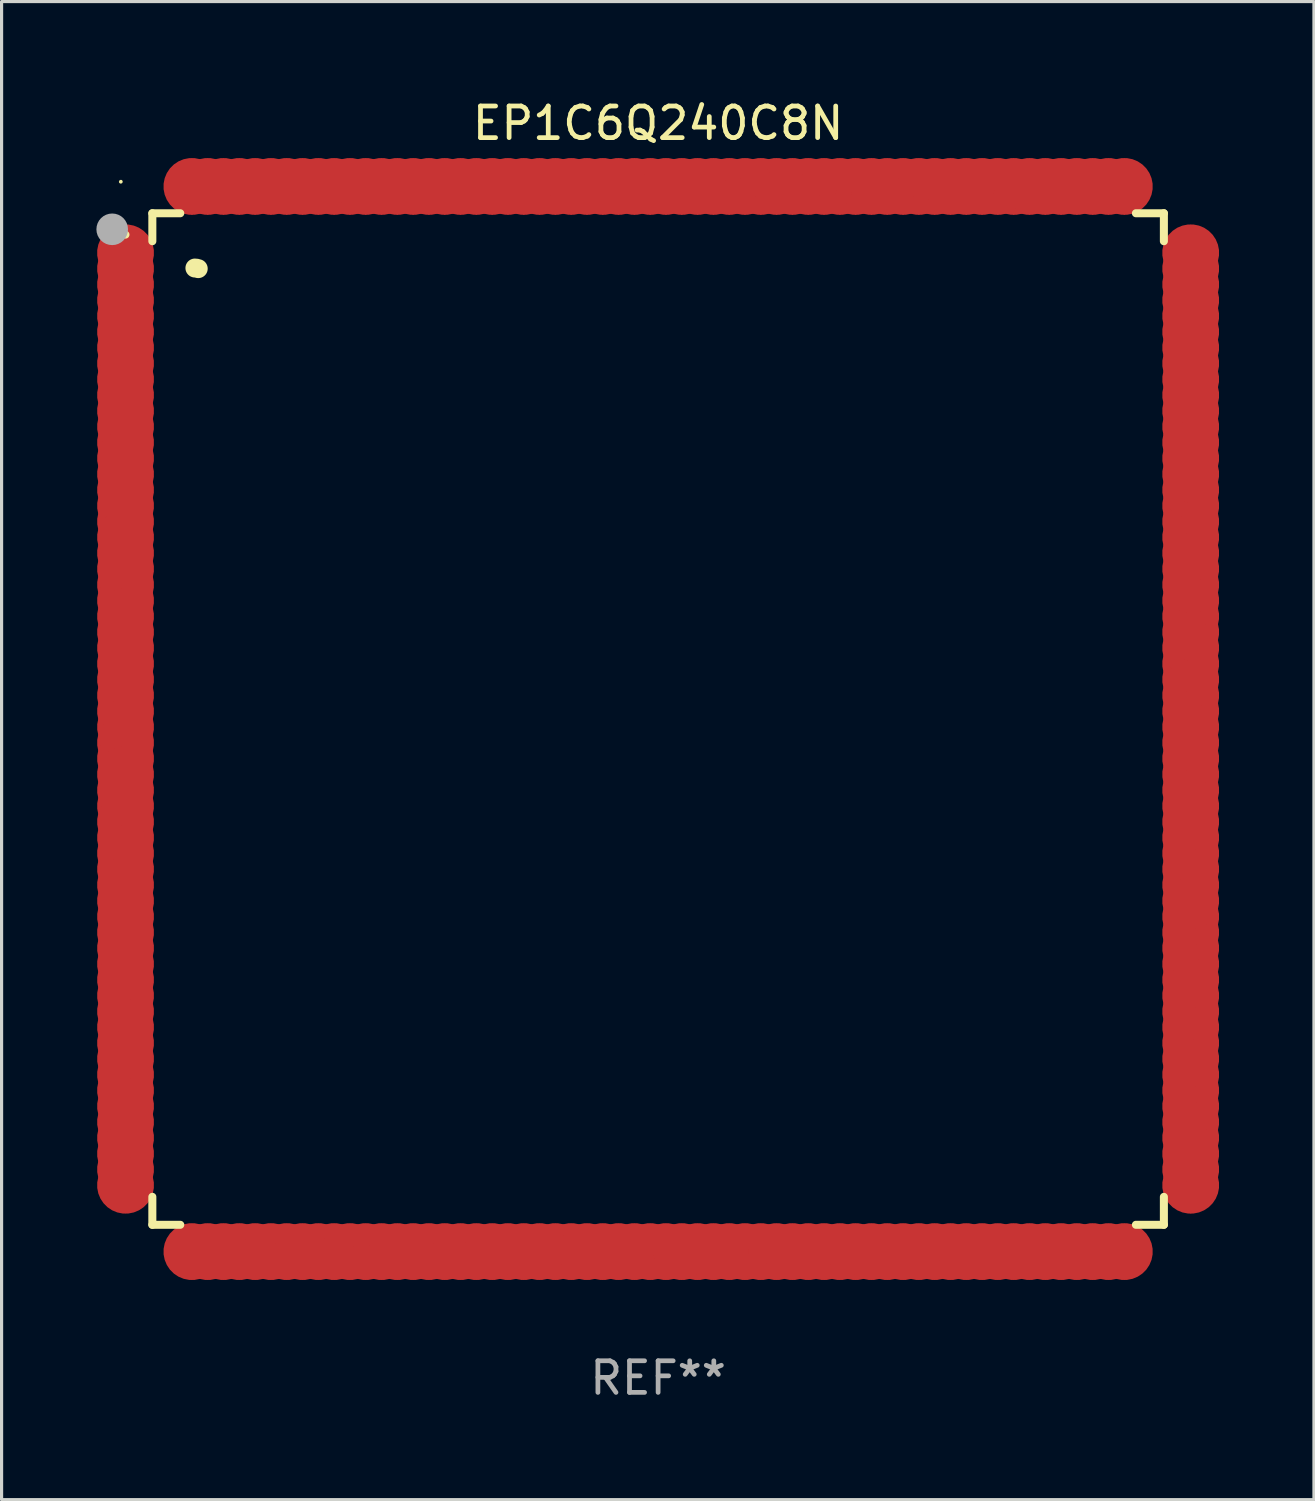
<source format=kicad_pcb>
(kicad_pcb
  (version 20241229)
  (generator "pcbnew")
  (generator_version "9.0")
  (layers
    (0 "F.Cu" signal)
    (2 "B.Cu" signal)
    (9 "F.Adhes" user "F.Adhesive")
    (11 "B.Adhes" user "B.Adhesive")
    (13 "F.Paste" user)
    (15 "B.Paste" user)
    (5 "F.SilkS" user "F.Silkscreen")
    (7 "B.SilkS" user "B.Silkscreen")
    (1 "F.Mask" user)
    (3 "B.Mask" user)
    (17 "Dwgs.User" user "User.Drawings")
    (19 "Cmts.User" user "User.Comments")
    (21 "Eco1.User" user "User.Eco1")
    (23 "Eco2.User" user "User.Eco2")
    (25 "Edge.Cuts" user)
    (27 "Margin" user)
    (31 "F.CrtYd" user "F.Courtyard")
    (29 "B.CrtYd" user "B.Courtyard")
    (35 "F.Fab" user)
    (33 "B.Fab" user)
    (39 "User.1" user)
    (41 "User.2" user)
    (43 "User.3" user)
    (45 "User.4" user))
  (footprint "EP1C6Q240C8N"
    (layer "F.Cu")
    (at 17.772 19.699)
    (property "Reference" "EP1C6Q240C8N" (at 0 -18.85 0) (layer "F.SilkS") (effects (font (size 1 1) (thickness 0.15))))
    (attr through_hole)
    (fp_line (start -16.002 -16.002) (end -15.118 -16.002) (stroke (width 0.254) (type solid)) (layer "F.SilkS"))
    (fp_line (start -16.002 -15.117) (end -16.002 -16.002) (stroke (width 0.254) (type solid)) (layer "F.SilkS"))
    (fp_line (start -16.002 16.002) (end -16.002 15.117) (stroke (width 0.254) (type solid)) (layer "F.SilkS"))
    (fp_line (start -15.118 16.002) (end -16.002 16.002) (stroke (width 0.254) (type solid)) (layer "F.SilkS"))
    (fp_line (start 15.117 -16.002) (end 16.002 -16.002) (stroke (width 0.254) (type solid)) (layer "F.SilkS"))
    (fp_line (start 16.002 -16.002) (end 16.002 -15.117) (stroke (width 0.254) (type solid)) (layer "F.SilkS"))
    (fp_line (start 16.002 15.118) (end 16.002 16.002) (stroke (width 0.254) (type solid)) (layer "F.SilkS"))
    (fp_line (start 16.002 16.002) (end 15.117 16.002) (stroke (width 0.254) (type solid)) (layer "F.SilkS"))
    (fp_arc (start -16.932207 -15.355321) (mid -16.888565 -15.347454) (end -16.850419 -15.324841) (stroke (width 0.249936) (type solid)) (layer "F.SilkS"))
    (fp_arc (start -14.655347 -14.268707) (mid -14.602053 -14.264012) (end -14.550445 -14.249911) (stroke (width 0.599949) (type solid)) (layer "F.SilkS"))
    (fp_circle (center -17 -17) (end -16.97 -17) (stroke (width 0.06) (type solid)) (fill no) (layer "F.SilkS"))
    (fp_circle (center -17.272 -15.494) (end -17.022 -15.494) (stroke (width 0.5) (type solid)) (fill no) (layer "F.Fab"))
    (fp_text user "REF**" (at 0 20.85 0) (layer "F.Fab") (effects (font (size 1 1) (thickness 0.15))))
    (pad "1" smd custom (at -16.85 -14.75 90) (size 1.8 0.3) (layers "F.Cu" "F.Mask" "F.Paste") (options (anchor circle)) (primitives (gr_poly (pts (xy 0.749 -0.15) (xy 0.795 -0.142) (xy 0.838 -0.122) (xy 0.871 -0.089) (xy 0.892 -0.046) (xy 0.899 0.000025) (xy 0.892 0.046) (xy 0.871 0.089) (xy 0.838 0.122) (xy 0.795 0.142) (xy 0.749 0.15) (xy -0.749 0.15) (xy -0.798 0.142) (xy -0.838 0.122) (xy -0.871 0.089) (xy -0.892 0.046) (xy -0.899 0.000025) (xy -0.892 -0.046) (xy -0.871 -0.089) (xy -0.838 -0.122) (xy -0.798 -0.142) (xy -0.749 -0.15)) (width 0) (fill yes))))
    (pad "2" smd custom (at -16.85 -14.249 90) (size 1.8 0.3) (layers "F.Cu" "F.Mask" "F.Paste") (options (anchor circle)) (primitives (gr_poly (pts (xy 0.749 -0.15) (xy 0.795 -0.142) (xy 0.838 -0.122) (xy 0.871 -0.089) (xy 0.892 -0.046) (xy 0.899 0.000025) (xy 0.892 0.046) (xy 0.871 0.089) (xy 0.838 0.122) (xy 0.795 0.142) (xy 0.749 0.15) (xy -0.749 0.15) (xy -0.798 0.142) (xy -0.838 0.122) (xy -0.871 0.089) (xy -0.892 0.046) (xy -0.899 0.000025) (xy -0.892 -0.046) (xy -0.871 -0.089) (xy -0.838 -0.122) (xy -0.798 -0.142) (xy -0.749 -0.15)) (width 0) (fill yes))))
    (pad "3" smd custom (at -16.85 -13.749 90) (size 1.8 0.3) (layers "F.Cu" "F.Mask" "F.Paste") (options (anchor circle)) (primitives (gr_poly (pts (xy 0.749 -0.15) (xy 0.795 -0.142) (xy 0.838 -0.122) (xy 0.871 -0.089) (xy 0.892 -0.046) (xy 0.899 0.000025) (xy 0.892 0.046) (xy 0.871 0.086) (xy 0.838 0.122) (xy 0.795 0.142) (xy 0.749 0.15) (xy -0.749 0.15) (xy -0.798 0.142) (xy -0.838 0.122) (xy -0.871 0.086) (xy -0.892 0.046) (xy -0.899 0.000025) (xy -0.892 -0.046) (xy -0.871 -0.089) (xy -0.838 -0.122) (xy -0.798 -0.142) (xy -0.749 -0.15)) (width 0) (fill yes))))
    (pad "4" smd custom (at -16.85 -13.249 90) (size 1.8 0.3) (layers "F.Cu" "F.Mask" "F.Paste") (options (anchor circle)) (primitives (gr_poly (pts (xy 0.749 -0.15) (xy 0.795 -0.145) (xy 0.838 -0.122) (xy 0.871 -0.089) (xy 0.892 -0.048) (xy 0.899 0.000025) (xy 0.892 0.046) (xy 0.871 0.086) (xy 0.838 0.119) (xy 0.795 0.142) (xy 0.749 0.15) (xy -0.749 0.15) (xy -0.798 0.142) (xy -0.838 0.119) (xy -0.871 0.086) (xy -0.892 0.046) (xy -0.899 0.000025) (xy -0.892 -0.048) (xy -0.871 -0.089) (xy -0.838 -0.122) (xy -0.798 -0.145) (xy -0.749 -0.15)) (width 0) (fill yes))))
    (pad "5" smd custom (at -16.85 -12.751 90) (size 1.8 0.3) (layers "F.Cu" "F.Mask" "F.Paste") (options (anchor circle)) (primitives (gr_poly (pts (xy 0.749 -0.15) (xy 0.795 -0.142) (xy 0.838 -0.119) (xy 0.871 -0.086) (xy 0.892 -0.046) (xy 0.899 0.000025) (xy 0.892 0.048) (xy 0.871 0.089) (xy 0.838 0.122) (xy 0.795 0.145) (xy 0.749 0.152) (xy -0.749 0.152) (xy -0.798 0.145) (xy -0.838 0.122) (xy -0.871 0.089) (xy -0.892 0.048) (xy -0.899 0.000025) (xy -0.892 -0.046) (xy -0.871 -0.086) (xy -0.838 -0.119) (xy -0.798 -0.142) (xy -0.749 -0.15)) (width 0) (fill yes))))
    (pad "6" smd custom (at -16.85 -12.25 90) (size 1.8 0.3) (layers "F.Cu" "F.Mask" "F.Paste") (options (anchor circle)) (primitives (gr_poly (pts (xy 0.749 -0.15) (xy 0.795 -0.142) (xy 0.838 -0.119) (xy 0.871 -0.086) (xy 0.892 -0.046) (xy 0.899 0.000025) (xy 0.892 0.048) (xy 0.871 0.089) (xy 0.838 0.122) (xy 0.795 0.142) (xy 0.749 0.15) (xy -0.749 0.15) (xy -0.798 0.142) (xy -0.838 0.122) (xy -0.871 0.089) (xy -0.892 0.048) (xy -0.899 0.000025) (xy -0.892 -0.046) (xy -0.871 -0.086) (xy -0.838 -0.119) (xy -0.798 -0.142) (xy -0.749 -0.15)) (width 0) (fill yes))))
    (pad "7" smd custom (at -16.85 -11.75 90) (size 1.8 0.3) (layers "F.Cu" "F.Mask" "F.Paste") (options (anchor circle)) (primitives (gr_poly (pts (xy 0.749 -0.15) (xy 0.795 -0.142) (xy 0.838 -0.122) (xy 0.871 -0.089) (xy 0.892 -0.046) (xy 0.899 0.000025) (xy 0.892 0.046) (xy 0.871 0.089) (xy 0.838 0.122) (xy 0.795 0.142) (xy 0.749 0.15) (xy -0.749 0.15) (xy -0.798 0.142) (xy -0.838 0.122) (xy -0.871 0.089) (xy -0.892 0.046) (xy -0.899 0.000025) (xy -0.892 -0.046) (xy -0.871 -0.089) (xy -0.838 -0.122) (xy -0.798 -0.142) (xy -0.749 -0.15)) (width 0) (fill yes))))
    (pad "8" smd custom (at -16.85 -11.25 90) (size 1.8 0.3) (layers "F.Cu" "F.Mask" "F.Paste") (options (anchor circle)) (primitives (gr_poly (pts (xy 0.749 -0.15) (xy 0.795 -0.142) (xy 0.838 -0.122) (xy 0.871 -0.089) (xy 0.892 -0.046) (xy 0.899 0.000025) (xy 0.892 0.046) (xy 0.871 0.089) (xy 0.838 0.122) (xy 0.795 0.142) (xy 0.749 0.15) (xy -0.749 0.15) (xy -0.798 0.142) (xy -0.838 0.122) (xy -0.871 0.089) (xy -0.892 0.046) (xy -0.899 0.000025) (xy -0.892 -0.046) (xy -0.871 -0.089) (xy -0.838 -0.122) (xy -0.798 -0.142) (xy -0.749 -0.15)) (width 0) (fill yes))))
    (pad "9" smd custom (at -16.85 -10.749 90) (size 1.8 0.3) (layers "F.Cu" "F.Mask" "F.Paste") (options (anchor circle)) (primitives (gr_poly (pts (xy 0.749 -0.15) (xy 0.795 -0.142) (xy 0.838 -0.122) (xy 0.871 -0.089) (xy 0.892 -0.046) (xy 0.899 0.000025) (xy 0.892 0.046) (xy 0.871 0.089) (xy 0.838 0.122) (xy 0.795 0.142) (xy 0.749 0.15) (xy -0.749 0.15) (xy -0.798 0.142) (xy -0.838 0.122) (xy -0.871 0.089) (xy -0.892 0.046) (xy -0.899 0.000025) (xy -0.892 -0.046) (xy -0.871 -0.089) (xy -0.838 -0.122) (xy -0.798 -0.142) (xy -0.749 -0.15)) (width 0) (fill yes))))
    (pad "10" smd custom (at -16.85 -10.249 90) (size 1.8 0.3) (layers "F.Cu" "F.Mask" "F.Paste") (options (anchor circle)) (primitives (gr_poly (pts (xy 0.749 -0.15) (xy 0.795 -0.142) (xy 0.838 -0.122) (xy 0.871 -0.089) (xy 0.892 -0.048) (xy 0.899 0.000025) (xy 0.892 0.046) (xy 0.871 0.086) (xy 0.838 0.119) (xy 0.795 0.142) (xy 0.749 0.15) (xy -0.749 0.15) (xy -0.798 0.142) (xy -0.838 0.119) (xy -0.871 0.086) (xy -0.892 0.046) (xy -0.899 0.000025) (xy -0.892 -0.048) (xy -0.871 -0.089) (xy -0.838 -0.122) (xy -0.798 -0.142) (xy -0.749 -0.15)) (width 0) (fill yes))))
    (pad "11" smd custom (at -16.85 -9.749 90) (size 1.8 0.3) (layers "F.Cu" "F.Mask" "F.Paste") (options (anchor circle)) (primitives (gr_poly (pts (xy 0.749 -0.152) (xy 0.795 -0.145) (xy 0.838 -0.122) (xy 0.871 -0.089) (xy 0.892 -0.048) (xy 0.899 0.000025) (xy 0.892 0.046) (xy 0.871 0.086) (xy 0.838 0.119) (xy 0.795 0.142) (xy 0.749 0.15) (xy -0.749 0.15) (xy -0.798 0.142) (xy -0.838 0.119) (xy -0.871 0.086) (xy -0.892 0.046) (xy -0.899 0.000025) (xy -0.892 -0.048) (xy -0.871 -0.089) (xy -0.838 -0.122) (xy -0.798 -0.145) (xy -0.749 -0.152)) (width 0) (fill yes))))
    (pad "12" smd custom (at -16.85 -9.251 90) (size 1.8 0.3) (layers "F.Cu" "F.Mask" "F.Paste") (options (anchor circle)) (primitives (gr_poly (pts (xy 0.749 -0.15) (xy 0.795 -0.142) (xy 0.838 -0.119) (xy 0.871 -0.086) (xy 0.892 -0.046) (xy 0.899 0.000025) (xy 0.892 0.048) (xy 0.871 0.089) (xy 0.838 0.122) (xy 0.795 0.145) (xy 0.749 0.15) (xy -0.749 0.15) (xy -0.798 0.145) (xy -0.838 0.122) (xy -0.871 0.089) (xy -0.892 0.048) (xy -0.899 0.000025) (xy -0.892 -0.046) (xy -0.871 -0.086) (xy -0.838 -0.119) (xy -0.798 -0.142) (xy -0.749 -0.15)) (width 0) (fill yes))))
    (pad "13" smd custom (at -16.85 -8.75 90) (size 1.8 0.3) (layers "F.Cu" "F.Mask" "F.Paste") (options (anchor circle)) (primitives (gr_poly (pts (xy 0.749 -0.15) (xy 0.795 -0.142) (xy 0.838 -0.122) (xy 0.871 -0.086) (xy 0.892 -0.046) (xy 0.899 0.000025) (xy 0.892 0.048) (xy 0.871 0.089) (xy 0.838 0.122) (xy 0.795 0.142) (xy 0.749 0.15) (xy -0.749 0.15) (xy -0.798 0.142) (xy -0.838 0.122) (xy -0.871 0.089) (xy -0.892 0.048) (xy -0.899 0.000025) (xy -0.892 -0.046) (xy -0.871 -0.086) (xy -0.838 -0.122) (xy -0.798 -0.142) (xy -0.749 -0.15)) (width 0) (fill yes))))
    (pad "14" smd custom (at -16.85 -8.25 90) (size 1.8 0.3) (layers "F.Cu" "F.Mask" "F.Paste") (options (anchor circle)) (primitives (gr_poly (pts (xy 0.749 -0.15) (xy 0.795 -0.142) (xy 0.838 -0.122) (xy 0.871 -0.089) (xy 0.892 -0.046) (xy 0.899 0.000025) (xy 0.892 0.046) (xy 0.871 0.089) (xy 0.838 0.122) (xy 0.795 0.142) (xy 0.749 0.15) (xy -0.749 0.15) (xy -0.798 0.142) (xy -0.838 0.122) (xy -0.871 0.089) (xy -0.892 0.046) (xy -0.899 0.000025) (xy -0.892 -0.046) (xy -0.871 -0.089) (xy -0.838 -0.122) (xy -0.798 -0.142) (xy -0.749 -0.15)) (width 0) (fill yes))))
    (pad "15" smd custom (at -16.85 -7.75 90) (size 1.8 0.3) (layers "F.Cu" "F.Mask" "F.Paste") (options (anchor circle)) (primitives (gr_poly (pts (xy 0.749 -0.15) (xy 0.795 -0.142) (xy 0.838 -0.122) (xy 0.871 -0.089) (xy 0.892 -0.046) (xy 0.899 0.000025) (xy 0.892 0.046) (xy 0.871 0.089) (xy 0.838 0.122) (xy 0.795 0.142) (xy 0.749 0.15) (xy -0.749 0.15) (xy -0.798 0.142) (xy -0.838 0.122) (xy -0.871 0.089) (xy -0.892 0.046) (xy -0.899 0.000025) (xy -0.892 -0.046) (xy -0.871 -0.089) (xy -0.838 -0.122) (xy -0.798 -0.142) (xy -0.749 -0.15)) (width 0) (fill yes))))
    (pad "16" smd custom (at -16.85 -7.249 90) (size 1.8 0.3) (layers "F.Cu" "F.Mask" "F.Paste") (options (anchor circle)) (primitives (gr_poly (pts (xy 0.749 -0.15) (xy 0.795 -0.142) (xy 0.838 -0.122) (xy 0.871 -0.089) (xy 0.892 -0.046) (xy 0.899 0.000025) (xy 0.892 0.046) (xy 0.871 0.089) (xy 0.838 0.122) (xy 0.795 0.142) (xy 0.749 0.15) (xy -0.749 0.15) (xy -0.798 0.142) (xy -0.838 0.122) (xy -0.871 0.089) (xy -0.892 0.046) (xy -0.899 0.000025) (xy -0.892 -0.046) (xy -0.871 -0.089) (xy -0.838 -0.122) (xy -0.798 -0.142) (xy -0.749 -0.15)) (width 0) (fill yes))))
    (pad "17" smd custom (at -16.85 -6.749 90) (size 1.8 0.3) (layers "F.Cu" "F.Mask" "F.Paste") (options (anchor circle)) (primitives (gr_poly (pts (xy 0.749 -0.15) (xy 0.795 -0.145) (xy 0.838 -0.122) (xy 0.871 -0.089) (xy 0.892 -0.048) (xy 0.899 0.000025) (xy 0.892 0.046) (xy 0.871 0.086) (xy 0.838 0.119) (xy 0.795 0.142) (xy 0.749 0.15) (xy -0.749 0.15) (xy -0.798 0.142) (xy -0.838 0.119) (xy -0.871 0.086) (xy -0.892 0.046) (xy -0.899 0.000025) (xy -0.892 -0.048) (xy -0.871 -0.089) (xy -0.838 -0.122) (xy -0.798 -0.145) (xy -0.749 -0.15)) (width 0) (fill yes))))
    (pad "18" smd custom (at -16.85 -6.248 90) (size 1.8 0.3) (layers "F.Cu" "F.Mask" "F.Paste") (options (anchor circle)) (primitives (gr_poly (pts (xy 0.749 -0.152) (xy 0.795 -0.145) (xy 0.838 -0.122) (xy 0.871 -0.089) (xy 0.892 -0.048) (xy 0.899 0.000025) (xy 0.892 0.046) (xy 0.871 0.086) (xy 0.838 0.119) (xy 0.795 0.142) (xy 0.749 0.15) (xy -0.749 0.15) (xy -0.798 0.142) (xy -0.838 0.119) (xy -0.871 0.086) (xy -0.892 0.046) (xy -0.899 0.000025) (xy -0.892 -0.048) (xy -0.871 -0.089) (xy -0.838 -0.122) (xy -0.798 -0.145) (xy -0.749 -0.152)) (width 0) (fill yes))))
    (pad "19" smd custom (at -16.85 -5.751 90) (size 1.8 0.3) (layers "F.Cu" "F.Mask" "F.Paste") (options (anchor circle)) (primitives (gr_poly (pts (xy 0.749 -0.15) (xy 0.795 -0.142) (xy 0.838 -0.119) (xy 0.871 -0.086) (xy 0.892 -0.046) (xy 0.899 0.000025) (xy 0.892 0.048) (xy 0.871 0.089) (xy 0.838 0.122) (xy 0.795 0.145) (xy 0.749 0.15) (xy -0.749 0.15) (xy -0.798 0.145) (xy -0.838 0.122) (xy -0.871 0.089) (xy -0.892 0.048) (xy -0.899 0.000025) (xy -0.892 -0.046) (xy -0.871 -0.086) (xy -0.838 -0.119) (xy -0.798 -0.142) (xy -0.749 -0.15)) (width 0) (fill yes))))
    (pad "20" smd custom (at -16.85 -5.25 90) (size 1.8 0.3) (layers "F.Cu" "F.Mask" "F.Paste") (options (anchor circle)) (primitives (gr_poly (pts (xy 0.749 -0.15) (xy 0.795 -0.142) (xy 0.838 -0.122) (xy 0.871 -0.089) (xy 0.892 -0.046) (xy 0.899 0.000025) (xy 0.892 0.046) (xy 0.871 0.089) (xy 0.838 0.122) (xy 0.795 0.142) (xy 0.749 0.15) (xy -0.749 0.15) (xy -0.798 0.142) (xy -0.838 0.122) (xy -0.871 0.089) (xy -0.892 0.046) (xy -0.899 0.000025) (xy -0.892 -0.046) (xy -0.871 -0.089) (xy -0.838 -0.122) (xy -0.798 -0.142) (xy -0.749 -0.15)) (width 0) (fill yes))))
    (pad "21" smd custom (at -16.85 -4.75 90) (size 1.8 0.3) (layers "F.Cu" "F.Mask" "F.Paste") (options (anchor circle)) (primitives (gr_poly (pts (xy 0.749 -0.15) (xy 0.795 -0.142) (xy 0.838 -0.122) (xy 0.871 -0.089) (xy 0.892 -0.046) (xy 0.899 0.000025) (xy 0.892 0.046) (xy 0.871 0.089) (xy 0.838 0.122) (xy 0.795 0.142) (xy 0.749 0.15) (xy -0.749 0.15) (xy -0.798 0.142) (xy -0.838 0.122) (xy -0.871 0.089) (xy -0.892 0.046) (xy -0.899 0.000025) (xy -0.892 -0.046) (xy -0.871 -0.089) (xy -0.838 -0.122) (xy -0.798 -0.142) (xy -0.749 -0.15)) (width 0) (fill yes))))
    (pad "22" smd custom (at -16.85 -4.249 90) (size 1.8 0.3) (layers "F.Cu" "F.Mask" "F.Paste") (options (anchor circle)) (primitives (gr_poly (pts (xy 0.749 -0.15) (xy 0.795 -0.142) (xy 0.838 -0.122) (xy 0.871 -0.089) (xy 0.892 -0.046) (xy 0.899 0.000025) (xy 0.892 0.046) (xy 0.871 0.089) (xy 0.838 0.122) (xy 0.795 0.142) (xy 0.749 0.15) (xy -0.749 0.15) (xy -0.798 0.142) (xy -0.838 0.122) (xy -0.871 0.089) (xy -0.892 0.046) (xy -0.899 0.000025) (xy -0.892 -0.046) (xy -0.871 -0.089) (xy -0.838 -0.122) (xy -0.798 -0.142) (xy -0.749 -0.15)) (width 0) (fill yes))))
    (pad "23" smd custom (at -16.85 -3.749 90) (size 1.8 0.3) (layers "F.Cu" "F.Mask" "F.Paste") (options (anchor circle)) (primitives (gr_poly (pts (xy 0.749 -0.15) (xy 0.795 -0.142) (xy 0.838 -0.122) (xy 0.871 -0.089) (xy 0.892 -0.046) (xy 0.899 0.000025) (xy 0.892 0.046) (xy 0.871 0.086) (xy 0.838 0.122) (xy 0.795 0.142) (xy 0.749 0.15) (xy -0.749 0.15) (xy -0.798 0.142) (xy -0.838 0.122) (xy -0.871 0.086) (xy -0.892 0.046) (xy -0.899 0.000025) (xy -0.892 -0.046) (xy -0.871 -0.089) (xy -0.838 -0.122) (xy -0.798 -0.142) (xy -0.749 -0.15)) (width 0) (fill yes))))
    (pad "24" smd custom (at -16.85 -3.249 90) (size 1.8 0.3) (layers "F.Cu" "F.Mask" "F.Paste") (options (anchor circle)) (primitives (gr_poly (pts (xy 0.749 -0.15) (xy 0.795 -0.145) (xy 0.838 -0.122) (xy 0.871 -0.089) (xy 0.892 -0.048) (xy 0.899 0.000025) (xy 0.892 0.046) (xy 0.871 0.086) (xy 0.838 0.119) (xy 0.795 0.142) (xy 0.749 0.15) (xy -0.749 0.15) (xy -0.798 0.142) (xy -0.838 0.119) (xy -0.871 0.086) (xy -0.892 0.046) (xy -0.899 0.000025) (xy -0.892 -0.048) (xy -0.871 -0.089) (xy -0.838 -0.122) (xy -0.798 -0.145) (xy -0.749 -0.15)) (width 0) (fill yes))))
    (pad "25" smd custom (at -16.85 -2.751 90) (size 1.8 0.3) (layers "F.Cu" "F.Mask" "F.Paste") (options (anchor circle)) (primitives (gr_poly (pts (xy 0.749 -0.15) (xy 0.795 -0.142) (xy 0.838 -0.119) (xy 0.871 -0.086) (xy 0.892 -0.046) (xy 0.899 0.000025) (xy 0.892 0.048) (xy 0.871 0.089) (xy 0.838 0.122) (xy 0.795 0.145) (xy 0.749 0.152) (xy -0.749 0.152) (xy -0.798 0.145) (xy -0.838 0.122) (xy -0.871 0.089) (xy -0.892 0.048) (xy -0.899 0.000025) (xy -0.892 -0.046) (xy -0.871 -0.086) (xy -0.838 -0.119) (xy -0.798 -0.142) (xy -0.749 -0.15)) (width 0) (fill yes))))
    (pad "26" smd custom (at -16.85 -2.25 90) (size 1.8 0.3) (layers "F.Cu" "F.Mask" "F.Paste") (options (anchor circle)) (primitives (gr_poly (pts (xy 0.749 -0.15) (xy 0.795 -0.142) (xy 0.838 -0.119) (xy 0.871 -0.086) (xy 0.892 -0.046) (xy 0.899 0.000025) (xy 0.892 0.048) (xy 0.871 0.089) (xy 0.838 0.122) (xy 0.795 0.142) (xy 0.749 0.15) (xy -0.749 0.15) (xy -0.798 0.142) (xy -0.838 0.122) (xy -0.871 0.089) (xy -0.892 0.048) (xy -0.899 0.000025) (xy -0.892 -0.046) (xy -0.871 -0.086) (xy -0.838 -0.119) (xy -0.798 -0.142) (xy -0.749 -0.15)) (width 0) (fill yes))))
    (pad "27" smd custom (at -16.85 -1.75 90) (size 1.8 0.3) (layers "F.Cu" "F.Mask" "F.Paste") (options (anchor circle)) (primitives (gr_poly (pts (xy 0.749 -0.15) (xy 0.795 -0.142) (xy 0.838 -0.122) (xy 0.871 -0.089) (xy 0.892 -0.046) (xy 0.899 0.000025) (xy 0.892 0.046) (xy 0.871 0.089) (xy 0.838 0.122) (xy 0.795 0.142) (xy 0.749 0.15) (xy -0.749 0.15) (xy -0.798 0.142) (xy -0.838 0.122) (xy -0.871 0.089) (xy -0.892 0.046) (xy -0.899 0.000025) (xy -0.892 -0.046) (xy -0.871 -0.089) (xy -0.838 -0.122) (xy -0.798 -0.142) (xy -0.749 -0.15)) (width 0) (fill yes))))
    (pad "28" smd custom (at -16.85 -1.25 90) (size 1.8 0.3) (layers "F.Cu" "F.Mask" "F.Paste") (options (anchor circle)) (primitives (gr_poly (pts (xy 0.749 -0.15) (xy 0.795 -0.142) (xy 0.838 -0.122) (xy 0.871 -0.089) (xy 0.892 -0.046) (xy 0.899 0.000025) (xy 0.892 0.046) (xy 0.871 0.089) (xy 0.838 0.122) (xy 0.795 0.142) (xy 0.749 0.15) (xy -0.749 0.15) (xy -0.798 0.142) (xy -0.838 0.122) (xy -0.871 0.089) (xy -0.892 0.046) (xy -0.899 0.000025) (xy -0.892 -0.046) (xy -0.871 -0.089) (xy -0.838 -0.122) (xy -0.798 -0.142) (xy -0.749 -0.15)) (width 0) (fill yes))))
    (pad "29" smd custom (at -16.85 -0.749 90) (size 1.8 0.3) (layers "F.Cu" "F.Mask" "F.Paste") (options (anchor circle)) (primitives (gr_poly (pts (xy 0.749 -0.15) (xy 0.795 -0.142) (xy 0.838 -0.122) (xy 0.871 -0.089) (xy 0.892 -0.046) (xy 0.899 0.000025) (xy 0.892 0.046) (xy 0.871 0.089) (xy 0.838 0.122) (xy 0.795 0.142) (xy 0.749 0.15) (xy -0.749 0.15) (xy -0.798 0.142) (xy -0.838 0.122) (xy -0.871 0.089) (xy -0.892 0.046) (xy -0.899 0.000025) (xy -0.892 -0.046) (xy -0.871 -0.089) (xy -0.838 -0.122) (xy -0.798 -0.142) (xy -0.749 -0.15)) (width 0) (fill yes))))
    (pad "30" smd custom (at -16.85 -0.249 90) (size 1.8 0.3) (layers "F.Cu" "F.Mask" "F.Paste") (options (anchor circle)) (primitives (gr_poly (pts (xy 0.749 -0.15) (xy 0.795 -0.142) (xy 0.838 -0.122) (xy 0.871 -0.089) (xy 0.892 -0.048) (xy 0.899 0.000025) (xy 0.892 0.046) (xy 0.871 0.086) (xy 0.838 0.119) (xy 0.795 0.142) (xy 0.749 0.15) (xy -0.749 0.15) (xy -0.798 0.142) (xy -0.838 0.119) (xy -0.871 0.086) (xy -0.892 0.046) (xy -0.899 0.000025) (xy -0.892 -0.048) (xy -0.871 -0.089) (xy -0.838 -0.122) (xy -0.798 -0.142) (xy -0.749 -0.15)) (width 0) (fill yes))))
    (pad "31" smd custom (at -16.85 0.251 90) (size 1.8 0.3) (layers "F.Cu" "F.Mask" "F.Paste") (options (anchor circle)) (primitives (gr_poly (pts (xy 0.749 -0.15) (xy 0.795 -0.145) (xy 0.838 -0.122) (xy 0.871 -0.089) (xy 0.892 -0.048) (xy 0.899 0.000025) (xy 0.892 0.046) (xy 0.871 0.086) (xy 0.838 0.119) (xy 0.795 0.142) (xy 0.749 0.15) (xy -0.749 0.15) (xy -0.798 0.142) (xy -0.838 0.119) (xy -0.871 0.086) (xy -0.892 0.046) (xy -0.899 0.000025) (xy -0.892 -0.048) (xy -0.871 -0.089) (xy -0.838 -0.122) (xy -0.798 -0.145) (xy -0.749 -0.15)) (width 0) (fill yes))))
    (pad "32" smd custom (at -16.85 0.749 90) (size 1.8 0.3) (layers "F.Cu" "F.Mask" "F.Paste") (options (anchor circle)) (primitives (gr_poly (pts (xy 0.749 -0.15) (xy 0.795 -0.142) (xy 0.838 -0.119) (xy 0.871 -0.086) (xy 0.892 -0.046) (xy 0.899 0.000025) (xy 0.892 0.048) (xy 0.871 0.089) (xy 0.838 0.122) (xy 0.795 0.145) (xy 0.749 0.15) (xy -0.749 0.15) (xy -0.798 0.145) (xy -0.838 0.122) (xy -0.871 0.089) (xy -0.892 0.048) (xy -0.899 0.000025) (xy -0.892 -0.046) (xy -0.871 -0.086) (xy -0.838 -0.119) (xy -0.798 -0.142) (xy -0.749 -0.15)) (width 0) (fill yes))))
    (pad "33" smd custom (at -16.85 1.25 90) (size 1.8 0.3) (layers "F.Cu" "F.Mask" "F.Paste") (options (anchor circle)) (primitives (gr_poly (pts (xy 0.749 -0.15) (xy 0.795 -0.142) (xy 0.838 -0.122) (xy 0.871 -0.086) (xy 0.892 -0.046) (xy 0.899 0.000025) (xy 0.892 0.048) (xy 0.871 0.089) (xy 0.838 0.122) (xy 0.795 0.142) (xy 0.749 0.15) (xy -0.749 0.15) (xy -0.798 0.142) (xy -0.838 0.122) (xy -0.871 0.089) (xy -0.892 0.048) (xy -0.899 0.000025) (xy -0.892 -0.046) (xy -0.871 -0.086) (xy -0.838 -0.122) (xy -0.798 -0.142) (xy -0.749 -0.15)) (width 0) (fill yes))))
    (pad "34" smd custom (at -16.85 1.75 90) (size 1.8 0.3) (layers "F.Cu" "F.Mask" "F.Paste") (options (anchor circle)) (primitives (gr_poly (pts (xy 0.749 -0.15) (xy 0.795 -0.142) (xy 0.838 -0.122) (xy 0.871 -0.089) (xy 0.892 -0.046) (xy 0.899 0.000025) (xy 0.892 0.046) (xy 0.871 0.089) (xy 0.838 0.122) (xy 0.795 0.142) (xy 0.749 0.15) (xy -0.749 0.15) (xy -0.798 0.142) (xy -0.838 0.122) (xy -0.871 0.089) (xy -0.892 0.046) (xy -0.899 0.000025) (xy -0.892 -0.046) (xy -0.871 -0.089) (xy -0.838 -0.122) (xy -0.798 -0.142) (xy -0.749 -0.15)) (width 0) (fill yes))))
    (pad "35" smd custom (at -16.85 2.25 90) (size 1.8 0.3) (layers "F.Cu" "F.Mask" "F.Paste") (options (anchor circle)) (primitives (gr_poly (pts (xy 0.749 -0.15) (xy 0.795 -0.142) (xy 0.838 -0.122) (xy 0.871 -0.089) (xy 0.892 -0.046) (xy 0.899 0.000025) (xy 0.892 0.046) (xy 0.871 0.089) (xy 0.838 0.122) (xy 0.795 0.142) (xy 0.749 0.15) (xy -0.749 0.15) (xy -0.798 0.142) (xy -0.838 0.122) (xy -0.871 0.089) (xy -0.892 0.046) (xy -0.899 0.000025) (xy -0.892 -0.046) (xy -0.871 -0.089) (xy -0.838 -0.122) (xy -0.798 -0.142) (xy -0.749 -0.15)) (width 0) (fill yes))))
    (pad "36" smd custom (at -16.85 2.751 90) (size 1.8 0.3) (layers "F.Cu" "F.Mask" "F.Paste") (options (anchor circle)) (primitives (gr_poly (pts (xy 0.749 -0.15) (xy 0.795 -0.142) (xy 0.838 -0.122) (xy 0.871 -0.089) (xy 0.892 -0.046) (xy 0.899 0.000025) (xy 0.892 0.046) (xy 0.871 0.089) (xy 0.838 0.122) (xy 0.795 0.142) (xy 0.749 0.15) (xy -0.749 0.15) (xy -0.798 0.142) (xy -0.838 0.122) (xy -0.871 0.089) (xy -0.892 0.046) (xy -0.899 0.000025) (xy -0.892 -0.046) (xy -0.871 -0.089) (xy -0.838 -0.122) (xy -0.798 -0.142) (xy -0.749 -0.15)) (width 0) (fill yes))))
    (pad "37" smd custom (at -16.85 3.251 90) (size 1.8 0.3) (layers "F.Cu" "F.Mask" "F.Paste") (options (anchor circle)) (primitives (gr_poly (pts (xy 0.749 -0.15) (xy 0.795 -0.145) (xy 0.838 -0.122) (xy 0.871 -0.089) (xy 0.892 -0.048) (xy 0.899 0.000025) (xy 0.892 0.046) (xy 0.871 0.086) (xy 0.838 0.119) (xy 0.795 0.142) (xy 0.749 0.15) (xy -0.749 0.15) (xy -0.798 0.142) (xy -0.838 0.119) (xy -0.871 0.086) (xy -0.892 0.046) (xy -0.899 0.000025) (xy -0.892 -0.048) (xy -0.871 -0.089) (xy -0.838 -0.122) (xy -0.798 -0.145) (xy -0.749 -0.15)) (width 0) (fill yes))))
    (pad "38" smd custom (at -16.85 3.752 90) (size 1.8 0.3) (layers "F.Cu" "F.Mask" "F.Paste") (options (anchor circle)) (primitives (gr_poly (pts (xy 0.749 -0.152) (xy 0.795 -0.145) (xy 0.838 -0.122) (xy 0.871 -0.089) (xy 0.892 -0.048) (xy 0.899 0.000025) (xy 0.892 0.046) (xy 0.871 0.086) (xy 0.838 0.119) (xy 0.795 0.142) (xy 0.749 0.15) (xy -0.749 0.15) (xy -0.798 0.142) (xy -0.838 0.119) (xy -0.871 0.086) (xy -0.892 0.046) (xy -0.899 0.000025) (xy -0.892 -0.048) (xy -0.871 -0.089) (xy -0.838 -0.122) (xy -0.798 -0.145) (xy -0.749 -0.152)) (width 0) (fill yes))))
    (pad "39" smd custom (at -16.85 4.249 90) (size 1.8 0.3) (layers "F.Cu" "F.Mask" "F.Paste") (options (anchor circle)) (primitives (gr_poly (pts (xy 0.749 -0.15) (xy 0.795 -0.142) (xy 0.838 -0.119) (xy 0.871 -0.086) (xy 0.892 -0.046) (xy 0.899 0.000025) (xy 0.892 0.048) (xy 0.871 0.089) (xy 0.838 0.122) (xy 0.795 0.145) (xy 0.749 0.15) (xy -0.749 0.15) (xy -0.798 0.145) (xy -0.838 0.122) (xy -0.871 0.089) (xy -0.892 0.048) (xy -0.899 0.000025) (xy -0.892 -0.046) (xy -0.871 -0.086) (xy -0.838 -0.119) (xy -0.798 -0.142) (xy -0.749 -0.15)) (width 0) (fill yes))))
    (pad "40" smd custom (at -16.85 4.75 90) (size 1.8 0.3) (layers "F.Cu" "F.Mask" "F.Paste") (options (anchor circle)) (primitives (gr_poly (pts (xy 0.749 -0.15) (xy 0.795 -0.142) (xy 0.838 -0.122) (xy 0.871 -0.086) (xy 0.892 -0.046) (xy 0.899 0.000025) (xy 0.892 0.046) (xy 0.871 0.089) (xy 0.838 0.122) (xy 0.795 0.142) (xy 0.749 0.15) (xy -0.749 0.15) (xy -0.798 0.142) (xy -0.838 0.122) (xy -0.871 0.089) (xy -0.892 0.046) (xy -0.899 0.000025) (xy -0.892 -0.046) (xy -0.871 -0.086) (xy -0.838 -0.122) (xy -0.798 -0.142) (xy -0.749 -0.15)) (width 0) (fill yes))))
    (pad "41" smd custom (at -16.85 5.25 90) (size 1.8 0.3) (layers "F.Cu" "F.Mask" "F.Paste") (options (anchor circle)) (primitives (gr_poly (pts (xy 0.749 -0.15) (xy 0.795 -0.142) (xy 0.838 -0.122) (xy 0.871 -0.089) (xy 0.892 -0.046) (xy 0.899 0.000025) (xy 0.892 0.046) (xy 0.871 0.089) (xy 0.838 0.122) (xy 0.795 0.142) (xy 0.749 0.15) (xy -0.749 0.15) (xy -0.798 0.142) (xy -0.838 0.122) (xy -0.871 0.089) (xy -0.892 0.046) (xy -0.899 0.000025) (xy -0.892 -0.046) (xy -0.871 -0.089) (xy -0.838 -0.122) (xy -0.798 -0.142) (xy -0.749 -0.15)) (width 0) (fill yes))))
    (pad "42" smd custom (at -16.85 5.751 90) (size 1.8 0.3) (layers "F.Cu" "F.Mask" "F.Paste") (options (anchor circle)) (primitives (gr_poly (pts (xy 0.749 -0.15) (xy 0.795 -0.142) (xy 0.838 -0.122) (xy 0.871 -0.089) (xy 0.892 -0.046) (xy 0.899 0.000025) (xy 0.892 0.046) (xy 0.871 0.089) (xy 0.838 0.122) (xy 0.795 0.142) (xy 0.749 0.15) (xy -0.749 0.15) (xy -0.798 0.142) (xy -0.838 0.122) (xy -0.871 0.089) (xy -0.892 0.046) (xy -0.899 0.000025) (xy -0.892 -0.046) (xy -0.871 -0.089) (xy -0.838 -0.122) (xy -0.798 -0.142) (xy -0.749 -0.15)) (width 0) (fill yes))))
    (pad "43" smd custom (at -16.85 6.251 90) (size 1.8 0.3) (layers "F.Cu" "F.Mask" "F.Paste") (options (anchor circle)) (primitives (gr_poly (pts (xy 0.749 -0.15) (xy 0.795 -0.142) (xy 0.838 -0.122) (xy 0.871 -0.089) (xy 0.892 -0.046) (xy 0.899 0.000025) (xy 0.892 0.046) (xy 0.871 0.086) (xy 0.838 0.122) (xy 0.795 0.142) (xy 0.749 0.15) (xy -0.749 0.15) (xy -0.798 0.142) (xy -0.838 0.122) (xy -0.871 0.086) (xy -0.892 0.046) (xy -0.899 0.000025) (xy -0.892 -0.046) (xy -0.871 -0.089) (xy -0.838 -0.122) (xy -0.798 -0.142) (xy -0.749 -0.15)) (width 0) (fill yes))))
    (pad "44" smd custom (at -16.85 6.751 90) (size 1.8 0.3) (layers "F.Cu" "F.Mask" "F.Paste") (options (anchor circle)) (primitives (gr_poly (pts (xy 0.749 -0.15) (xy 0.795 -0.145) (xy 0.838 -0.122) (xy 0.871 -0.089) (xy 0.892 -0.048) (xy 0.899 0.000025) (xy 0.892 0.046) (xy 0.871 0.086) (xy 0.838 0.119) (xy 0.795 0.142) (xy 0.749 0.15) (xy -0.749 0.15) (xy -0.798 0.142) (xy -0.838 0.119) (xy -0.871 0.086) (xy -0.892 0.046) (xy -0.899 0.000025) (xy -0.892 -0.048) (xy -0.871 -0.089) (xy -0.838 -0.122) (xy -0.798 -0.145) (xy -0.749 -0.15)) (width 0) (fill yes))))
    (pad "45" smd custom (at -16.85 7.249 90) (size 1.8 0.3) (layers "F.Cu" "F.Mask" "F.Paste") (options (anchor circle)) (primitives (gr_poly (pts (xy 0.749 -0.15) (xy 0.795 -0.142) (xy 0.838 -0.119) (xy 0.871 -0.086) (xy 0.892 -0.046) (xy 0.899 0.000025) (xy 0.892 0.048) (xy 0.871 0.089) (xy 0.838 0.122) (xy 0.795 0.145) (xy 0.749 0.152) (xy -0.749 0.152) (xy -0.798 0.145) (xy -0.838 0.122) (xy -0.871 0.089) (xy -0.892 0.048) (xy -0.899 0.000025) (xy -0.892 -0.046) (xy -0.871 -0.086) (xy -0.838 -0.119) (xy -0.798 -0.142) (xy -0.749 -0.15)) (width 0) (fill yes))))
    (pad "46" smd custom (at -16.85 7.75 90) (size 1.8 0.3) (layers "F.Cu" "F.Mask" "F.Paste") (options (anchor circle)) (primitives (gr_poly (pts (xy 0.749 -0.15) (xy 0.795 -0.142) (xy 0.838 -0.119) (xy 0.871 -0.086) (xy 0.892 -0.046) (xy 0.899 0.000025) (xy 0.892 0.048) (xy 0.871 0.089) (xy 0.838 0.122) (xy 0.795 0.142) (xy 0.749 0.15) (xy -0.749 0.15) (xy -0.798 0.142) (xy -0.838 0.122) (xy -0.871 0.089) (xy -0.892 0.048) (xy -0.899 0.000025) (xy -0.892 -0.046) (xy -0.871 -0.086) (xy -0.838 -0.119) (xy -0.798 -0.142) (xy -0.749 -0.15)) (width 0) (fill yes))))
    (pad "47" smd custom (at -16.85 8.25 90) (size 1.8 0.3) (layers "F.Cu" "F.Mask" "F.Paste") (options (anchor circle)) (primitives (gr_poly (pts (xy 0.749 -0.15) (xy 0.795 -0.142) (xy 0.838 -0.122) (xy 0.871 -0.089) (xy 0.892 -0.046) (xy 0.899 0.000025) (xy 0.892 0.046) (xy 0.871 0.089) (xy 0.838 0.122) (xy 0.795 0.142) (xy 0.749 0.15) (xy -0.749 0.15) (xy -0.798 0.142) (xy -0.838 0.122) (xy -0.871 0.089) (xy -0.892 0.046) (xy -0.899 0.000025) (xy -0.892 -0.046) (xy -0.871 -0.089) (xy -0.838 -0.122) (xy -0.798 -0.142) (xy -0.749 -0.15)) (width 0) (fill yes))))
    (pad "48" smd custom (at -16.85 8.75 90) (size 1.8 0.3) (layers "F.Cu" "F.Mask" "F.Paste") (options (anchor circle)) (primitives (gr_poly (pts (xy 0.749 -0.15) (xy 0.795 -0.142) (xy 0.838 -0.122) (xy 0.871 -0.089) (xy 0.892 -0.046) (xy 0.899 0.000025) (xy 0.892 0.046) (xy 0.871 0.089) (xy 0.838 0.122) (xy 0.795 0.142) (xy 0.749 0.15) (xy -0.749 0.15) (xy -0.798 0.142) (xy -0.838 0.122) (xy -0.871 0.089) (xy -0.892 0.046) (xy -0.899 0.000025) (xy -0.892 -0.046) (xy -0.871 -0.089) (xy -0.838 -0.122) (xy -0.798 -0.142) (xy -0.749 -0.15)) (width 0) (fill yes))))
    (pad "49" smd custom (at -16.85 9.251 90) (size 1.8 0.3) (layers "F.Cu" "F.Mask" "F.Paste") (options (anchor circle)) (primitives (gr_poly (pts (xy 0.749 -0.15) (xy 0.795 -0.142) (xy 0.838 -0.122) (xy 0.871 -0.089) (xy 0.892 -0.046) (xy 0.899 0.000025) (xy 0.892 0.046) (xy 0.871 0.089) (xy 0.838 0.122) (xy 0.795 0.142) (xy 0.749 0.15) (xy -0.749 0.15) (xy -0.798 0.142) (xy -0.838 0.122) (xy -0.871 0.089) (xy -0.892 0.046) (xy -0.899 0.000025) (xy -0.892 -0.046) (xy -0.871 -0.089) (xy -0.838 -0.122) (xy -0.798 -0.142) (xy -0.749 -0.15)) (width 0) (fill yes))))
    (pad "50" smd custom (at -16.85 9.751 90) (size 1.8 0.3) (layers "F.Cu" "F.Mask" "F.Paste") (options (anchor circle)) (primitives (gr_poly (pts (xy 0.749 -0.15) (xy 0.795 -0.142) (xy 0.838 -0.122) (xy 0.871 -0.089) (xy 0.892 -0.048) (xy 0.899 0.000025) (xy 0.892 0.046) (xy 0.871 0.086) (xy 0.838 0.119) (xy 0.795 0.142) (xy 0.749 0.15) (xy -0.749 0.15) (xy -0.798 0.142) (xy -0.838 0.119) (xy -0.871 0.086) (xy -0.892 0.046) (xy -0.899 0.000025) (xy -0.892 -0.048) (xy -0.871 -0.089) (xy -0.838 -0.122) (xy -0.798 -0.142) (xy -0.749 -0.15)) (width 0) (fill yes))))
    (pad "51" smd custom (at -16.85 10.251 90) (size 1.8 0.3) (layers "F.Cu" "F.Mask" "F.Paste") (options (anchor circle)) (primitives (gr_poly (pts (xy 0.749 -0.15) (xy 0.795 -0.145) (xy 0.838 -0.122) (xy 0.871 -0.089) (xy 0.892 -0.048) (xy 0.899 0.000025) (xy 0.892 0.046) (xy 0.871 0.086) (xy 0.838 0.119) (xy 0.795 0.142) (xy 0.749 0.15) (xy -0.749 0.15) (xy -0.798 0.142) (xy -0.838 0.119) (xy -0.871 0.086) (xy -0.892 0.046) (xy -0.899 0.000025) (xy -0.892 -0.048) (xy -0.871 -0.089) (xy -0.838 -0.122) (xy -0.798 -0.145) (xy -0.749 -0.15)) (width 0) (fill yes))))
    (pad "52" smd custom (at -16.85 10.749 90) (size 1.8 0.3) (layers "F.Cu" "F.Mask" "F.Paste") (options (anchor circle)) (primitives (gr_poly (pts (xy 0.749 -0.15) (xy 0.795 -0.142) (xy 0.838 -0.119) (xy 0.871 -0.086) (xy 0.892 -0.046) (xy 0.899 0.000025) (xy 0.892 0.048) (xy 0.871 0.089) (xy 0.838 0.122) (xy 0.795 0.145) (xy 0.749 0.15) (xy -0.749 0.15) (xy -0.798 0.145) (xy -0.838 0.122) (xy -0.871 0.089) (xy -0.892 0.048) (xy -0.899 0.000025) (xy -0.892 -0.046) (xy -0.871 -0.086) (xy -0.838 -0.119) (xy -0.798 -0.142) (xy -0.749 -0.15)) (width 0) (fill yes))))
    (pad "53" smd custom (at -16.85 11.25 90) (size 1.8 0.3) (layers "F.Cu" "F.Mask" "F.Paste") (options (anchor circle)) (primitives (gr_poly (pts (xy 0.749 -0.15) (xy 0.795 -0.142) (xy 0.838 -0.122) (xy 0.871 -0.086) (xy 0.892 -0.046) (xy 0.899 0.000025) (xy 0.892 0.048) (xy 0.871 0.089) (xy 0.838 0.122) (xy 0.795 0.142) (xy 0.749 0.15) (xy -0.749 0.15) (xy -0.798 0.142) (xy -0.838 0.122) (xy -0.871 0.089) (xy -0.892 0.048) (xy -0.899 0.000025) (xy -0.892 -0.046) (xy -0.871 -0.086) (xy -0.838 -0.122) (xy -0.798 -0.142) (xy -0.749 -0.15)) (width 0) (fill yes))))
    (pad "54" smd custom (at -16.85 11.75 90) (size 1.8 0.3) (layers "F.Cu" "F.Mask" "F.Paste") (options (anchor circle)) (primitives (gr_poly (pts (xy 0.749 -0.15) (xy 0.795 -0.142) (xy 0.838 -0.122) (xy 0.871 -0.089) (xy 0.892 -0.046) (xy 0.899 0.000025) (xy 0.892 0.046) (xy 0.871 0.089) (xy 0.838 0.122) (xy 0.795 0.142) (xy 0.749 0.15) (xy -0.749 0.15) (xy -0.798 0.142) (xy -0.838 0.122) (xy -0.871 0.089) (xy -0.892 0.046) (xy -0.899 0.000025) (xy -0.892 -0.046) (xy -0.871 -0.089) (xy -0.838 -0.122) (xy -0.798 -0.142) (xy -0.749 -0.15)) (width 0) (fill yes))))
    (pad "55" smd custom (at -16.85 12.25 90) (size 1.8 0.3) (layers "F.Cu" "F.Mask" "F.Paste") (options (anchor circle)) (primitives (gr_poly (pts (xy 0.749 -0.15) (xy 0.795 -0.142) (xy 0.838 -0.122) (xy 0.871 -0.089) (xy 0.892 -0.046) (xy 0.899 0.000025) (xy 0.892 0.046) (xy 0.871 0.089) (xy 0.838 0.122) (xy 0.795 0.142) (xy 0.749 0.15) (xy -0.749 0.15) (xy -0.798 0.142) (xy -0.838 0.122) (xy -0.871 0.089) (xy -0.892 0.046) (xy -0.899 0.000025) (xy -0.892 -0.046) (xy -0.871 -0.089) (xy -0.838 -0.122) (xy -0.798 -0.142) (xy -0.749 -0.15)) (width 0) (fill yes))))
    (pad "56" smd custom (at -16.85 12.751 90) (size 1.8 0.3) (layers "F.Cu" "F.Mask" "F.Paste") (options (anchor circle)) (primitives (gr_poly (pts (xy 0.749 -0.15) (xy 0.795 -0.142) (xy 0.838 -0.122) (xy 0.871 -0.089) (xy 0.892 -0.046) (xy 0.899 0.000025) (xy 0.892 0.046) (xy 0.871 0.089) (xy 0.838 0.122) (xy 0.795 0.142) (xy 0.749 0.15) (xy -0.749 0.15) (xy -0.798 0.142) (xy -0.838 0.122) (xy -0.871 0.089) (xy -0.892 0.046) (xy -0.899 0.000025) (xy -0.892 -0.046) (xy -0.871 -0.089) (xy -0.838 -0.122) (xy -0.798 -0.142) (xy -0.749 -0.15)) (width 0) (fill yes))))
    (pad "57" smd custom (at -16.85 13.251 90) (size 1.8 0.3) (layers "F.Cu" "F.Mask" "F.Paste") (options (anchor circle)) (primitives (gr_poly (pts (xy 0.749 -0.15) (xy 0.795 -0.142) (xy 0.838 -0.122) (xy 0.871 -0.089) (xy 0.892 -0.048) (xy 0.899 0.000025) (xy 0.892 0.046) (xy 0.871 0.086) (xy 0.838 0.119) (xy 0.795 0.142) (xy 0.749 0.15) (xy -0.749 0.15) (xy -0.798 0.142) (xy -0.838 0.119) (xy -0.871 0.086) (xy -0.892 0.046) (xy -0.899 0.000025) (xy -0.892 -0.048) (xy -0.871 -0.089) (xy -0.838 -0.122) (xy -0.798 -0.142) (xy -0.749 -0.15)) (width 0) (fill yes))))
    (pad "58" smd custom (at -16.85 13.752 90) (size 1.8 0.3) (layers "F.Cu" "F.Mask" "F.Paste") (options (anchor circle)) (primitives (gr_poly (pts (xy 0.749 -0.152) (xy 0.795 -0.145) (xy 0.838 -0.122) (xy 0.871 -0.089) (xy 0.892 -0.048) (xy 0.899 0.000025) (xy 0.892 0.046) (xy 0.871 0.086) (xy 0.838 0.119) (xy 0.795 0.142) (xy 0.749 0.15) (xy -0.749 0.15) (xy -0.798 0.142) (xy -0.838 0.119) (xy -0.871 0.086) (xy -0.892 0.046) (xy -0.899 0.000025) (xy -0.892 -0.048) (xy -0.871 -0.089) (xy -0.838 -0.122) (xy -0.798 -0.145) (xy -0.749 -0.152)) (width 0) (fill yes))))
    (pad "59" smd custom (at -16.85 14.249 90) (size 1.8 0.3) (layers "F.Cu" "F.Mask" "F.Paste") (options (anchor circle)) (primitives (gr_poly (pts (xy 0.749 -0.15) (xy 0.795 -0.142) (xy 0.838 -0.119) (xy 0.871 -0.086) (xy 0.892 -0.046) (xy 0.899 0.000025) (xy 0.892 0.048) (xy 0.871 0.089) (xy 0.838 0.122) (xy 0.795 0.145) (xy 0.749 0.15) (xy -0.749 0.15) (xy -0.798 0.145) (xy -0.838 0.122) (xy -0.871 0.089) (xy -0.892 0.048) (xy -0.899 0.000025) (xy -0.892 -0.046) (xy -0.871 -0.086) (xy -0.838 -0.119) (xy -0.798 -0.142) (xy -0.749 -0.15)) (width 0) (fill yes))))
    (pad "60" smd custom (at -16.85 14.75 90) (size 1.8 0.3) (layers "F.Cu" "F.Mask" "F.Paste") (options (anchor circle)) (primitives (gr_poly (pts (xy 0.749 -0.15) (xy 0.795 -0.142) (xy 0.838 -0.122) (xy 0.871 -0.086) (xy 0.892 -0.046) (xy 0.899 0.000025) (xy 0.892 0.046) (xy 0.871 0.089) (xy 0.838 0.122) (xy 0.795 0.142) (xy 0.749 0.15) (xy -0.749 0.15) (xy -0.798 0.142) (xy -0.838 0.122) (xy -0.871 0.089) (xy -0.892 0.046) (xy -0.899 0.000025) (xy -0.892 -0.046) (xy -0.871 -0.086) (xy -0.838 -0.122) (xy -0.798 -0.142) (xy -0.749 -0.15)) (width 0) (fill yes))))
    (pad "61" smd custom (at -14.75 16.85) (size 1.8 0.3) (layers "F.Cu" "F.Mask" "F.Paste") (options (anchor circle)) (primitives (gr_poly (pts (xy 0.15 0.749) (xy 0.142 0.798) (xy 0.119 0.838) (xy 0.086 0.871) (xy 0.046 0.892) (xy -0.000025 0.899) (xy -0.048 0.892) (xy -0.089 0.871) (xy -0.122 0.838) (xy -0.142 0.798) (xy -0.15 0.749) (xy -0.15 -0.749) (xy -0.142 -0.798) (xy -0.122 -0.838) (xy -0.089 -0.871) (xy -0.048 -0.892) (xy -0.000025 -0.899) (xy 0.046 -0.892) (xy 0.086 -0.871) (xy 0.119 -0.838) (xy 0.142 -0.798) (xy 0.15 -0.749)) (width 0) (fill yes))))
    (pad "62" smd custom (at -14.249 16.85) (size 1.8 0.3) (layers "F.Cu" "F.Mask" "F.Paste") (options (anchor circle)) (primitives (gr_poly (pts (xy 0.15 0.749) (xy 0.142 0.798) (xy 0.119 0.838) (xy 0.086 0.871) (xy 0.046 0.892) (xy -0.000025 0.899) (xy -0.048 0.892) (xy -0.089 0.871) (xy -0.122 0.838) (xy -0.145 0.798) (xy -0.15 0.749) (xy -0.15 -0.749) (xy -0.145 -0.798) (xy -0.122 -0.838) (xy -0.089 -0.871) (xy -0.048 -0.892) (xy -0.000025 -0.899) (xy 0.046 -0.892) (xy 0.086 -0.871) (xy 0.119 -0.838) (xy 0.142 -0.798) (xy 0.15 -0.749)) (width 0) (fill yes))))
    (pad "63" smd custom (at -13.752 16.85) (size 1.8 0.3) (layers "F.Cu" "F.Mask" "F.Paste") (options (anchor circle)) (primitives (gr_poly (pts (xy 0.15 0.749) (xy 0.145 0.798) (xy 0.122 0.838) (xy 0.089 0.871) (xy 0.048 0.892) (xy -0.000025 0.899) (xy -0.046 0.892) (xy -0.086 0.871) (xy -0.119 0.838) (xy -0.142 0.798) (xy -0.15 0.749) (xy -0.15 -0.749) (xy -0.142 -0.798) (xy -0.119 -0.838) (xy -0.086 -0.871) (xy -0.046 -0.892) (xy -0.000025 -0.899) (xy 0.048 -0.892) (xy 0.089 -0.871) (xy 0.122 -0.838) (xy 0.145 -0.798) (xy 0.15 -0.749)) (width 0) (fill yes))))
    (pad "64" smd custom (at -13.251 16.85) (size 1.8 0.3) (layers "F.Cu" "F.Mask" "F.Paste") (options (anchor circle)) (primitives (gr_poly (pts (xy 0.15 0.749) (xy 0.142 0.798) (xy 0.122 0.838) (xy 0.089 0.871) (xy 0.048 0.892) (xy -0.000025 0.899) (xy -0.046 0.892) (xy -0.086 0.871) (xy -0.122 0.838) (xy -0.142 0.798) (xy -0.15 0.749) (xy -0.15 -0.749) (xy -0.142 -0.798) (xy -0.122 -0.838) (xy -0.086 -0.871) (xy -0.046 -0.892) (xy -0.000025 -0.899) (xy 0.048 -0.892) (xy 0.089 -0.871) (xy 0.122 -0.838) (xy 0.142 -0.798) (xy 0.15 -0.749)) (width 0) (fill yes))))
    (pad "65" smd custom (at -12.751 16.85) (size 1.8 0.3) (layers "F.Cu" "F.Mask" "F.Paste") (options (anchor circle)) (primitives (gr_poly (pts (xy 0.15 0.749) (xy 0.142 0.798) (xy 0.122 0.838) (xy 0.089 0.871) (xy 0.046 0.892) (xy -0.000025 0.899) (xy -0.046 0.892) (xy -0.089 0.871) (xy -0.122 0.838) (xy -0.142 0.798) (xy -0.15 0.749) (xy -0.15 -0.749) (xy -0.142 -0.798) (xy -0.122 -0.838) (xy -0.089 -0.871) (xy -0.046 -0.892) (xy -0.000025 -0.899) (xy 0.046 -0.892) (xy 0.089 -0.871) (xy 0.122 -0.838) (xy 0.142 -0.798) (xy 0.15 -0.749)) (width 0) (fill yes))))
    (pad "66" smd custom (at -12.25 16.85) (size 1.8 0.3) (layers "F.Cu" "F.Mask" "F.Paste") (options (anchor circle)) (primitives (gr_poly (pts (xy 0.15 0.749) (xy 0.142 0.798) (xy 0.122 0.838) (xy 0.089 0.871) (xy 0.046 0.892) (xy -0.000025 0.899) (xy -0.046 0.892) (xy -0.089 0.871) (xy -0.122 0.838) (xy -0.142 0.798) (xy -0.15 0.749) (xy -0.15 -0.749) (xy -0.142 -0.798) (xy -0.122 -0.838) (xy -0.089 -0.871) (xy -0.046 -0.892) (xy -0.000025 -0.899) (xy 0.046 -0.892) (xy 0.089 -0.871) (xy 0.122 -0.838) (xy 0.142 -0.798) (xy 0.15 -0.749)) (width 0) (fill yes))))
    (pad "67" smd custom (at -11.75 16.85) (size 1.8 0.3) (layers "F.Cu" "F.Mask" "F.Paste") (options (anchor circle)) (primitives (gr_poly (pts (xy 0.15 0.749) (xy 0.142 0.798) (xy 0.122 0.838) (xy 0.089 0.871) (xy 0.046 0.892) (xy -0.000025 0.899) (xy -0.046 0.892) (xy -0.089 0.871) (xy -0.122 0.838) (xy -0.142 0.798) (xy -0.15 0.749) (xy -0.15 -0.749) (xy -0.142 -0.798) (xy -0.122 -0.838) (xy -0.089 -0.871) (xy -0.046 -0.892) (xy -0.000025 -0.899) (xy 0.046 -0.892) (xy 0.089 -0.871) (xy 0.122 -0.838) (xy 0.142 -0.798) (xy 0.15 -0.749)) (width 0) (fill yes))))
    (pad "68" smd custom (at -11.25 16.85) (size 1.8 0.3) (layers "F.Cu" "F.Mask" "F.Paste") (options (anchor circle)) (primitives (gr_poly (pts (xy 0.15 0.749) (xy 0.142 0.798) (xy 0.119 0.838) (xy 0.086 0.871) (xy 0.046 0.892) (xy -0.000025 0.899) (xy -0.048 0.892) (xy -0.089 0.871) (xy -0.122 0.838) (xy -0.142 0.798) (xy -0.15 0.749) (xy -0.15 -0.749) (xy -0.142 -0.798) (xy -0.122 -0.838) (xy -0.089 -0.871) (xy -0.048 -0.892) (xy -0.000025 -0.899) (xy 0.046 -0.892) (xy 0.086 -0.871) (xy 0.119 -0.838) (xy 0.142 -0.798) (xy 0.15 -0.749)) (width 0) (fill yes))))
    (pad "69" smd custom (at -10.749 16.85) (size 1.8 0.3) (layers "F.Cu" "F.Mask" "F.Paste") (options (anchor circle)) (primitives (gr_poly (pts (xy 0.15 0.749) (xy 0.142 0.798) (xy 0.119 0.838) (xy 0.086 0.871) (xy 0.046 0.892) (xy -0.000025 0.899) (xy -0.048 0.892) (xy -0.089 0.871) (xy -0.122 0.838) (xy -0.145 0.798) (xy -0.152 0.749) (xy -0.152 -0.749) (xy -0.145 -0.798) (xy -0.122 -0.838) (xy -0.089 -0.871) (xy -0.048 -0.892) (xy -0.000025 -0.899) (xy 0.046 -0.892) (xy 0.086 -0.871) (xy 0.119 -0.838) (xy 0.142 -0.798) (xy 0.15 -0.749)) (width 0) (fill yes))))
    (pad "70" smd custom (at -10.251 16.85) (size 1.8 0.3) (layers "F.Cu" "F.Mask" "F.Paste") (options (anchor circle)) (primitives (gr_poly (pts (xy 0.15 0.749) (xy 0.145 0.798) (xy 0.122 0.838) (xy 0.089 0.871) (xy 0.048 0.892) (xy -0.000025 0.899) (xy -0.046 0.892) (xy -0.086 0.871) (xy -0.119 0.838) (xy -0.142 0.798) (xy -0.15 0.749) (xy -0.15 -0.749) (xy -0.142 -0.798) (xy -0.119 -0.838) (xy -0.086 -0.871) (xy -0.046 -0.892) (xy -0.000025 -0.899) (xy 0.048 -0.892) (xy 0.089 -0.871) (xy 0.122 -0.838) (xy 0.145 -0.798) (xy 0.15 -0.749)) (width 0) (fill yes))))
    (pad "71" smd custom (at -9.751 16.85) (size 1.8 0.3) (layers "F.Cu" "F.Mask" "F.Paste") (options (anchor circle)) (primitives (gr_poly (pts (xy 0.15 0.749) (xy 0.142 0.798) (xy 0.122 0.838) (xy 0.089 0.871) (xy 0.046 0.892) (xy -0.000025 0.899) (xy -0.046 0.892) (xy -0.086 0.871) (xy -0.122 0.838) (xy -0.142 0.798) (xy -0.15 0.749) (xy -0.15 -0.749) (xy -0.142 -0.798) (xy -0.122 -0.838) (xy -0.086 -0.871) (xy -0.046 -0.892) (xy -0.000025 -0.899) (xy 0.046 -0.892) (xy 0.089 -0.871) (xy 0.122 -0.838) (xy 0.142 -0.798) (xy 0.15 -0.749)) (width 0) (fill yes))))
    (pad "72" smd custom (at -9.251 16.85) (size 1.8 0.3) (layers "F.Cu" "F.Mask" "F.Paste") (options (anchor circle)) (primitives (gr_poly (pts (xy 0.15 0.749) (xy 0.142 0.798) (xy 0.122 0.838) (xy 0.089 0.871) (xy 0.046 0.892) (xy -0.000025 0.899) (xy -0.046 0.892) (xy -0.089 0.871) (xy -0.122 0.838) (xy -0.142 0.798) (xy -0.15 0.749) (xy -0.15 -0.749) (xy -0.142 -0.798) (xy -0.122 -0.838) (xy -0.089 -0.871) (xy -0.046 -0.892) (xy -0.000025 -0.899) (xy 0.046 -0.892) (xy 0.089 -0.871) (xy 0.122 -0.838) (xy 0.142 -0.798) (xy 0.15 -0.749)) (width 0) (fill yes))))
    (pad "73" smd custom (at -8.75 16.85) (size 1.8 0.3) (layers "F.Cu" "F.Mask" "F.Paste") (options (anchor circle)) (primitives (gr_poly (pts (xy 0.15 0.749) (xy 0.142 0.798) (xy 0.122 0.838) (xy 0.089 0.871) (xy 0.046 0.892) (xy -0.000025 0.899) (xy -0.046 0.892) (xy -0.089 0.871) (xy -0.122 0.838) (xy -0.142 0.798) (xy -0.15 0.749) (xy -0.15 -0.749) (xy -0.142 -0.798) (xy -0.122 -0.838) (xy -0.089 -0.871) (xy -0.046 -0.892) (xy -0.000025 -0.899) (xy 0.046 -0.892) (xy 0.089 -0.871) (xy 0.122 -0.838) (xy 0.142 -0.798) (xy 0.15 -0.749)) (width 0) (fill yes))))
    (pad "74" smd custom (at -8.25 16.85) (size 1.8 0.3) (layers "F.Cu" "F.Mask" "F.Paste") (options (anchor circle)) (primitives (gr_poly (pts (xy 0.15 0.749) (xy 0.142 0.798) (xy 0.122 0.838) (xy 0.086 0.871) (xy 0.046 0.892) (xy -0.000025 0.899) (xy -0.046 0.892) (xy -0.089 0.871) (xy -0.122 0.838) (xy -0.142 0.798) (xy -0.15 0.749) (xy -0.15 -0.749) (xy -0.142 -0.798) (xy -0.122 -0.838) (xy -0.089 -0.871) (xy -0.046 -0.892) (xy -0.000025 -0.899) (xy 0.046 -0.892) (xy 0.086 -0.871) (xy 0.122 -0.838) (xy 0.142 -0.798) (xy 0.15 -0.749)) (width 0) (fill yes))))
    (pad "75" smd custom (at -7.75 16.85) (size 1.8 0.3) (layers "F.Cu" "F.Mask" "F.Paste") (options (anchor circle)) (primitives (gr_poly (pts (xy 0.15 0.749) (xy 0.142 0.798) (xy 0.119 0.838) (xy 0.086 0.871) (xy 0.046 0.892) (xy -0.000025 0.899) (xy -0.048 0.892) (xy -0.089 0.871) (xy -0.122 0.838) (xy -0.145 0.798) (xy -0.15 0.749) (xy -0.15 -0.749) (xy -0.145 -0.798) (xy -0.122 -0.838) (xy -0.089 -0.871) (xy -0.048 -0.892) (xy -0.000025 -0.899) (xy 0.046 -0.892) (xy 0.086 -0.871) (xy 0.119 -0.838) (xy 0.142 -0.798) (xy 0.15 -0.749)) (width 0) (fill yes))))
    (pad "76" smd custom (at -7.252 16.85) (size 1.8 0.3) (layers "F.Cu" "F.Mask" "F.Paste") (options (anchor circle)) (primitives (gr_poly (pts (xy 0.152 0.749) (xy 0.145 0.798) (xy 0.122 0.838) (xy 0.089 0.871) (xy 0.048 0.892) (xy -0.000025 0.899) (xy -0.046 0.892) (xy -0.086 0.871) (xy -0.119 0.838) (xy -0.142 0.798) (xy -0.15 0.749) (xy -0.15 -0.749) (xy -0.142 -0.798) (xy -0.119 -0.838) (xy -0.086 -0.871) (xy -0.046 -0.892) (xy -0.000025 -0.899) (xy 0.048 -0.892) (xy 0.089 -0.871) (xy 0.122 -0.838) (xy 0.145 -0.798) (xy 0.152 -0.749)) (width 0) (fill yes))))
    (pad "77" smd custom (at -6.751 16.85) (size 1.8 0.3) (layers "F.Cu" "F.Mask" "F.Paste") (options (anchor circle)) (primitives (gr_poly (pts (xy 0.15 0.749) (xy 0.142 0.798) (xy 0.122 0.838) (xy 0.089 0.871) (xy 0.048 0.892) (xy -0.000025 0.899) (xy -0.046 0.892) (xy -0.086 0.871) (xy -0.119 0.838) (xy -0.142 0.798) (xy -0.15 0.749) (xy -0.15 -0.749) (xy -0.142 -0.798) (xy -0.119 -0.838) (xy -0.086 -0.871) (xy -0.046 -0.892) (xy -0.000025 -0.899) (xy 0.048 -0.892) (xy 0.089 -0.871) (xy 0.122 -0.838) (xy 0.142 -0.798) (xy 0.15 -0.749)) (width 0) (fill yes))))
    (pad "78" smd custom (at -6.251 16.85) (size 1.8 0.3) (layers "F.Cu" "F.Mask" "F.Paste") (options (anchor circle)) (primitives (gr_poly (pts (xy 0.15 0.749) (xy 0.142 0.798) (xy 0.122 0.838) (xy 0.089 0.871) (xy 0.046 0.892) (xy -0.000025 0.899) (xy -0.046 0.892) (xy -0.089 0.871) (xy -0.122 0.838) (xy -0.142 0.798) (xy -0.15 0.749) (xy -0.15 -0.749) (xy -0.142 -0.798) (xy -0.122 -0.838) (xy -0.089 -0.871) (xy -0.046 -0.892) (xy -0.000025 -0.899) (xy 0.046 -0.892) (xy 0.089 -0.871) (xy 0.122 -0.838) (xy 0.142 -0.798) (xy 0.15 -0.749)) (width 0) (fill yes))))
    (pad "79" smd custom (at -5.751 16.85) (size 1.8 0.3) (layers "F.Cu" "F.Mask" "F.Paste") (options (anchor circle)) (primitives (gr_poly (pts (xy 0.15 0.749) (xy 0.142 0.798) (xy 0.122 0.838) (xy 0.089 0.871) (xy 0.046 0.892) (xy -0.000025 0.899) (xy -0.046 0.892) (xy -0.089 0.871) (xy -0.122 0.838) (xy -0.142 0.798) (xy -0.15 0.749) (xy -0.15 -0.749) (xy -0.142 -0.798) (xy -0.122 -0.838) (xy -0.089 -0.871) (xy -0.046 -0.892) (xy -0.000025 -0.899) (xy 0.046 -0.892) (xy 0.089 -0.871) (xy 0.122 -0.838) (xy 0.142 -0.798) (xy 0.15 -0.749)) (width 0) (fill yes))))
    (pad "80" smd custom (at -5.25 16.85) (size 1.8 0.3) (layers "F.Cu" "F.Mask" "F.Paste") (options (anchor circle)) (primitives (gr_poly (pts (xy 0.15 0.749) (xy 0.142 0.798) (xy 0.122 0.838) (xy 0.089 0.871) (xy 0.046 0.892) (xy -0.000025 0.899) (xy -0.046 0.892) (xy -0.089 0.871) (xy -0.122 0.838) (xy -0.142 0.798) (xy -0.15 0.749) (xy -0.15 -0.749) (xy -0.142 -0.798) (xy -0.122 -0.838) (xy -0.089 -0.871) (xy -0.046 -0.892) (xy -0.000025 -0.899) (xy 0.046 -0.892) (xy 0.089 -0.871) (xy 0.122 -0.838) (xy 0.142 -0.798) (xy 0.15 -0.749)) (width 0) (fill yes))))
    (pad "81" smd custom (at -4.75 16.85) (size 1.8 0.3) (layers "F.Cu" "F.Mask" "F.Paste") (options (anchor circle)) (primitives (gr_poly (pts (xy 0.15 0.749) (xy 0.142 0.798) (xy 0.122 0.838) (xy 0.086 0.871) (xy 0.046 0.892) (xy -0.000025 0.899) (xy -0.048 0.892) (xy -0.089 0.871) (xy -0.122 0.838) (xy -0.142 0.798) (xy -0.15 0.749) (xy -0.15 -0.749) (xy -0.142 -0.798) (xy -0.122 -0.838) (xy -0.089 -0.871) (xy -0.048 -0.892) (xy -0.000025 -0.899) (xy 0.046 -0.892) (xy 0.086 -0.871) (xy 0.122 -0.838) (xy 0.142 -0.798) (xy 0.15 -0.749)) (width 0) (fill yes))))
    (pad "82" smd custom (at -4.249 16.85) (size 1.8 0.3) (layers "F.Cu" "F.Mask" "F.Paste") (options (anchor circle)) (primitives (gr_poly (pts (xy 0.15 0.749) (xy 0.142 0.798) (xy 0.119 0.838) (xy 0.086 0.871) (xy 0.046 0.892) (xy -0.000025 0.899) (xy -0.048 0.892) (xy -0.089 0.871) (xy -0.122 0.838) (xy -0.145 0.798) (xy -0.15 0.749) (xy -0.15 -0.749) (xy -0.145 -0.798) (xy -0.122 -0.838) (xy -0.089 -0.871) (xy -0.048 -0.892) (xy -0.000025 -0.899) (xy 0.046 -0.892) (xy 0.086 -0.871) (xy 0.119 -0.838) (xy 0.142 -0.798) (xy 0.15 -0.749)) (width 0) (fill yes))))
    (pad "83" smd custom (at -3.752 16.85) (size 1.8 0.3) (layers "F.Cu" "F.Mask" "F.Paste") (options (anchor circle)) (primitives (gr_poly (pts (xy 0.15 0.749) (xy 0.145 0.798) (xy 0.122 0.838) (xy 0.089 0.871) (xy 0.048 0.892) (xy -0.000025 0.899) (xy -0.046 0.892) (xy -0.086 0.871) (xy -0.119 0.838) (xy -0.142 0.798) (xy -0.15 0.749) (xy -0.15 -0.749) (xy -0.142 -0.798) (xy -0.119 -0.838) (xy -0.086 -0.871) (xy -0.046 -0.892) (xy -0.000025 -0.899) (xy 0.048 -0.892) (xy 0.089 -0.871) (xy 0.122 -0.838) (xy 0.145 -0.798) (xy 0.15 -0.749)) (width 0) (fill yes))))
    (pad "84" smd custom (at -3.251 16.85) (size 1.8 0.3) (layers "F.Cu" "F.Mask" "F.Paste") (options (anchor circle)) (primitives (gr_poly (pts (xy 0.15 0.749) (xy 0.142 0.798) (xy 0.122 0.838) (xy 0.089 0.871) (xy 0.048 0.892) (xy -0.000025 0.899) (xy -0.046 0.892) (xy -0.086 0.871) (xy -0.119 0.838) (xy -0.142 0.798) (xy -0.15 0.749) (xy -0.15 -0.749) (xy -0.142 -0.798) (xy -0.119 -0.838) (xy -0.086 -0.871) (xy -0.046 -0.892) (xy -0.000025 -0.899) (xy 0.048 -0.892) (xy 0.089 -0.871) (xy 0.122 -0.838) (xy 0.142 -0.798) (xy 0.15 -0.749)) (width 0) (fill yes))))
    (pad "85" smd custom (at -2.751 16.85) (size 1.8 0.3) (layers "F.Cu" "F.Mask" "F.Paste") (options (anchor circle)) (primitives (gr_poly (pts (xy 0.15 0.749) (xy 0.142 0.798) (xy 0.122 0.838) (xy 0.089 0.871) (xy 0.046 0.892) (xy -0.000025 0.899) (xy -0.046 0.892) (xy -0.089 0.871) (xy -0.122 0.838) (xy -0.142 0.798) (xy -0.15 0.749) (xy -0.15 -0.749) (xy -0.142 -0.798) (xy -0.122 -0.838) (xy -0.089 -0.871) (xy -0.046 -0.892) (xy -0.000025 -0.899) (xy 0.046 -0.892) (xy 0.089 -0.871) (xy 0.122 -0.838) (xy 0.142 -0.798) (xy 0.15 -0.749)) (width 0) (fill yes))))
    (pad "86" smd custom (at -2.25 16.85) (size 1.8 0.3) (layers "F.Cu" "F.Mask" "F.Paste") (options (anchor circle)) (primitives (gr_poly (pts (xy 0.15 0.749) (xy 0.142 0.798) (xy 0.122 0.838) (xy 0.089 0.871) (xy 0.046 0.892) (xy -0.000025 0.899) (xy -0.046 0.892) (xy -0.089 0.871) (xy -0.122 0.838) (xy -0.142 0.798) (xy -0.15 0.749) (xy -0.15 -0.749) (xy -0.142 -0.798) (xy -0.122 -0.838) (xy -0.089 -0.871) (xy -0.046 -0.892) (xy -0.000025 -0.899) (xy 0.046 -0.892) (xy 0.089 -0.871) (xy 0.122 -0.838) (xy 0.142 -0.798) (xy 0.15 -0.749)) (width 0) (fill yes))))
    (pad "87" smd custom (at -1.75 16.85) (size 1.8 0.3) (layers "F.Cu" "F.Mask" "F.Paste") (options (anchor circle)) (primitives (gr_poly (pts (xy 0.15 0.749) (xy 0.142 0.798) (xy 0.122 0.838) (xy 0.089 0.871) (xy 0.046 0.892) (xy -0.000025 0.899) (xy -0.046 0.892) (xy -0.089 0.871) (xy -0.122 0.838) (xy -0.142 0.798) (xy -0.15 0.749) (xy -0.15 -0.749) (xy -0.142 -0.798) (xy -0.122 -0.838) (xy -0.089 -0.871) (xy -0.046 -0.892) (xy -0.000025 -0.899) (xy 0.046 -0.892) (xy 0.089 -0.871) (xy 0.122 -0.838) (xy 0.142 -0.798) (xy 0.15 -0.749)) (width 0) (fill yes))))
    (pad "88" smd custom (at -1.25 16.85) (size 1.8 0.3) (layers "F.Cu" "F.Mask" "F.Paste") (options (anchor circle)) (primitives (gr_poly (pts (xy 0.15 0.749) (xy 0.142 0.798) (xy 0.119 0.838) (xy 0.086 0.871) (xy 0.046 0.892) (xy -0.000025 0.899) (xy -0.048 0.892) (xy -0.089 0.871) (xy -0.122 0.838) (xy -0.142 0.798) (xy -0.15 0.749) (xy -0.15 -0.749) (xy -0.142 -0.798) (xy -0.122 -0.838) (xy -0.089 -0.871) (xy -0.048 -0.892) (xy -0.000025 -0.899) (xy 0.046 -0.892) (xy 0.086 -0.871) (xy 0.119 -0.838) (xy 0.142 -0.798) (xy 0.15 -0.749)) (width 0) (fill yes))))
    (pad "89" smd custom (at -0.749 16.85) (size 1.8 0.3) (layers "F.Cu" "F.Mask" "F.Paste") (options (anchor circle)) (primitives (gr_poly (pts (xy 0.15 0.749) (xy 0.142 0.798) (xy 0.119 0.838) (xy 0.086 0.871) (xy 0.046 0.892) (xy -0.000025 0.899) (xy -0.048 0.892) (xy -0.089 0.871) (xy -0.122 0.838) (xy -0.145 0.798) (xy -0.152 0.749) (xy -0.152 -0.749) (xy -0.145 -0.798) (xy -0.122 -0.838) (xy -0.089 -0.871) (xy -0.048 -0.892) (xy -0.000025 -0.899) (xy 0.046 -0.892) (xy 0.086 -0.871) (xy 0.119 -0.838) (xy 0.142 -0.798) (xy 0.15 -0.749)) (width 0) (fill yes))))
    (pad "90" smd custom (at -0.251 16.85) (size 1.8 0.3) (layers "F.Cu" "F.Mask" "F.Paste") (options (anchor circle)) (primitives (gr_poly (pts (xy 0.15 0.749) (xy 0.145 0.798) (xy 0.122 0.838) (xy 0.089 0.871) (xy 0.048 0.892) (xy -0.000025 0.899) (xy -0.046 0.892) (xy -0.086 0.871) (xy -0.119 0.838) (xy -0.142 0.798) (xy -0.15 0.749) (xy -0.15 -0.749) (xy -0.142 -0.798) (xy -0.119 -0.838) (xy -0.086 -0.871) (xy -0.046 -0.892) (xy -0.000025 -0.899) (xy 0.048 -0.892) (xy 0.089 -0.871) (xy 0.122 -0.838) (xy 0.145 -0.798) (xy 0.15 -0.749)) (width 0) (fill yes))))
    (pad "91" smd custom (at 0.249 16.85) (size 1.8 0.3) (layers "F.Cu" "F.Mask" "F.Paste") (options (anchor circle)) (primitives (gr_poly (pts (xy 0.15 0.749) (xy 0.142 0.798) (xy 0.122 0.838) (xy 0.089 0.871) (xy 0.046 0.892) (xy -0.000025 0.899) (xy -0.046 0.892) (xy -0.086 0.871) (xy -0.122 0.838) (xy -0.142 0.798) (xy -0.15 0.749) (xy -0.15 -0.749) (xy -0.142 -0.798) (xy -0.122 -0.838) (xy -0.086 -0.871) (xy -0.046 -0.892) (xy -0.000025 -0.899) (xy 0.046 -0.892) (xy 0.089 -0.871) (xy 0.122 -0.838) (xy 0.142 -0.798) (xy 0.15 -0.749)) (width 0) (fill yes))))
    (pad "92" smd custom (at 0.749 16.85) (size 1.8 0.3) (layers "F.Cu" "F.Mask" "F.Paste") (options (anchor circle)) (primitives (gr_poly (pts (xy 0.15 0.749) (xy 0.142 0.798) (xy 0.122 0.838) (xy 0.089 0.871) (xy 0.046 0.892) (xy -0.000025 0.899) (xy -0.046 0.892) (xy -0.089 0.871) (xy -0.122 0.838) (xy -0.142 0.798) (xy -0.15 0.749) (xy -0.15 -0.749) (xy -0.142 -0.798) (xy -0.122 -0.838) (xy -0.089 -0.871) (xy -0.046 -0.892) (xy -0.000025 -0.899) (xy 0.046 -0.892) (xy 0.089 -0.871) (xy 0.122 -0.838) (xy 0.142 -0.798) (xy 0.15 -0.749)) (width 0) (fill yes))))
    (pad "93" smd custom (at 1.25 16.85) (size 1.8 0.3) (layers "F.Cu" "F.Mask" "F.Paste") (options (anchor circle)) (primitives (gr_poly (pts (xy 0.15 0.749) (xy 0.142 0.798) (xy 0.122 0.838) (xy 0.089 0.871) (xy 0.046 0.892) (xy -0.000025 0.899) (xy -0.046 0.892) (xy -0.089 0.871) (xy -0.122 0.838) (xy -0.142 0.798) (xy -0.15 0.749) (xy -0.15 -0.749) (xy -0.142 -0.798) (xy -0.122 -0.838) (xy -0.089 -0.871) (xy -0.046 -0.892) (xy -0.000025 -0.899) (xy 0.046 -0.892) (xy 0.089 -0.871) (xy 0.122 -0.838) (xy 0.142 -0.798) (xy 0.15 -0.749)) (width 0) (fill yes))))
    (pad "94" smd custom (at 1.75 16.85) (size 1.8 0.3) (layers "F.Cu" "F.Mask" "F.Paste") (options (anchor circle)) (primitives (gr_poly (pts (xy 0.15 0.749) (xy 0.142 0.798) (xy 0.122 0.838) (xy 0.086 0.871) (xy 0.046 0.892) (xy -0.000025 0.899) (xy -0.046 0.892) (xy -0.089 0.871) (xy -0.122 0.838) (xy -0.142 0.798) (xy -0.15 0.749) (xy -0.15 -0.749) (xy -0.142 -0.798) (xy -0.122 -0.838) (xy -0.089 -0.871) (xy -0.046 -0.892) (xy -0.000025 -0.899) (xy 0.046 -0.892) (xy 0.086 -0.871) (xy 0.122 -0.838) (xy 0.142 -0.798) (xy 0.15 -0.749)) (width 0) (fill yes))))
    (pad "95" smd custom (at 2.25 16.85) (size 1.8 0.3) (layers "F.Cu" "F.Mask" "F.Paste") (options (anchor circle)) (primitives (gr_poly (pts (xy 0.15 0.749) (xy 0.142 0.798) (xy 0.119 0.838) (xy 0.086 0.871) (xy 0.046 0.892) (xy -0.000025 0.899) (xy -0.048 0.892) (xy -0.089 0.871) (xy -0.122 0.838) (xy -0.145 0.798) (xy -0.15 0.749) (xy -0.15 -0.749) (xy -0.145 -0.798) (xy -0.122 -0.838) (xy -0.089 -0.871) (xy -0.048 -0.892) (xy -0.000025 -0.899) (xy 0.046 -0.892) (xy 0.086 -0.871) (xy 0.119 -0.838) (xy 0.142 -0.798) (xy 0.15 -0.749)) (width 0) (fill yes))))
    (pad "96" smd custom (at 2.748 16.85) (size 1.8 0.3) (layers "F.Cu" "F.Mask" "F.Paste") (options (anchor circle)) (primitives (gr_poly (pts (xy 0.152 0.749) (xy 0.145 0.798) (xy 0.122 0.838) (xy 0.089 0.871) (xy 0.048 0.892) (xy -0.000025 0.899) (xy -0.046 0.892) (xy -0.086 0.871) (xy -0.119 0.838) (xy -0.142 0.798) (xy -0.15 0.749) (xy -0.15 -0.749) (xy -0.142 -0.798) (xy -0.119 -0.838) (xy -0.086 -0.871) (xy -0.046 -0.892) (xy -0.000025 -0.899) (xy 0.048 -0.892) (xy 0.089 -0.871) (xy 0.122 -0.838) (xy 0.145 -0.798) (xy 0.152 -0.749)) (width 0) (fill yes))))
    (pad "97" smd custom (at 3.249 16.85) (size 1.8 0.3) (layers "F.Cu" "F.Mask" "F.Paste") (options (anchor circle)) (primitives (gr_poly (pts (xy 0.15 0.749) (xy 0.145 0.798) (xy 0.122 0.838) (xy 0.089 0.871) (xy 0.048 0.892) (xy -0.000025 0.899) (xy -0.046 0.892) (xy -0.086 0.871) (xy -0.119 0.838) (xy -0.142 0.798) (xy -0.15 0.749) (xy -0.15 -0.749) (xy -0.142 -0.798) (xy -0.119 -0.838) (xy -0.086 -0.871) (xy -0.046 -0.892) (xy -0.000025 -0.899) (xy 0.048 -0.892) (xy 0.089 -0.871) (xy 0.122 -0.838) (xy 0.145 -0.798) (xy 0.15 -0.749)) (width 0) (fill yes))))
    (pad "98" smd custom (at 3.749 16.85) (size 1.8 0.3) (layers "F.Cu" "F.Mask" "F.Paste") (options (anchor circle)) (primitives (gr_poly (pts (xy 0.15 0.749) (xy 0.142 0.798) (xy 0.122 0.838) (xy 0.089 0.871) (xy 0.046 0.892) (xy -0.000025 0.899) (xy -0.046 0.892) (xy -0.089 0.871) (xy -0.122 0.838) (xy -0.142 0.798) (xy -0.15 0.749) (xy -0.15 -0.749) (xy -0.142 -0.798) (xy -0.122 -0.838) (xy -0.089 -0.871) (xy -0.046 -0.892) (xy -0.000025 -0.899) (xy 0.046 -0.892) (xy 0.089 -0.871) (xy 0.122 -0.838) (xy 0.142 -0.798) (xy 0.15 -0.749)) (width 0) (fill yes))))
    (pad "99" smd custom (at 4.249 16.85) (size 1.8 0.3) (layers "F.Cu" "F.Mask" "F.Paste") (options (anchor circle)) (primitives (gr_poly (pts (xy 0.15 0.749) (xy 0.142 0.798) (xy 0.122 0.838) (xy 0.089 0.871) (xy 0.046 0.892) (xy -0.000025 0.899) (xy -0.046 0.892) (xy -0.089 0.871) (xy -0.122 0.838) (xy -0.142 0.798) (xy -0.15 0.749) (xy -0.15 -0.749) (xy -0.142 -0.798) (xy -0.122 -0.838) (xy -0.089 -0.871) (xy -0.046 -0.892) (xy -0.000025 -0.899) (xy 0.046 -0.892) (xy 0.089 -0.871) (xy 0.122 -0.838) (xy 0.142 -0.798) (xy 0.15 -0.749)) (width 0) (fill yes))))
    (pad "100" smd custom (at 4.75 16.85) (size 1.8 0.3) (layers "F.Cu" "F.Mask" "F.Paste") (options (anchor circle)) (primitives (gr_poly (pts (xy 0.15 0.749) (xy 0.142 0.798) (xy 0.122 0.838) (xy 0.089 0.871) (xy 0.046 0.892) (xy -0.000025 0.899) (xy -0.046 0.892) (xy -0.089 0.871) (xy -0.122 0.838) (xy -0.142 0.798) (xy -0.15 0.749) (xy -0.15 -0.749) (xy -0.142 -0.798) (xy -0.122 -0.838) (xy -0.089 -0.871) (xy -0.046 -0.892) (xy -0.000025 -0.899) (xy 0.046 -0.892) (xy 0.089 -0.871) (xy 0.122 -0.838) (xy 0.142 -0.798) (xy 0.15 -0.749)) (width 0) (fill yes))))
    (pad "101" smd custom (at 5.25 16.85) (size 1.8 0.3) (layers "F.Cu" "F.Mask" "F.Paste") (options (anchor circle)) (primitives (gr_poly (pts (xy 0.15 0.749) (xy 0.142 0.798) (xy 0.122 0.838) (xy 0.086 0.871) (xy 0.046 0.892) (xy -0.000025 0.899) (xy -0.048 0.892) (xy -0.089 0.871) (xy -0.122 0.838) (xy -0.142 0.798) (xy -0.15 0.749) (xy -0.15 -0.749) (xy -0.142 -0.798) (xy -0.122 -0.838) (xy -0.089 -0.871) (xy -0.048 -0.892) (xy -0.000025 -0.899) (xy 0.046 -0.892) (xy 0.086 -0.871) (xy 0.122 -0.838) (xy 0.142 -0.798) (xy 0.15 -0.749)) (width 0) (fill yes))))
    (pad "102" smd custom (at 5.751 16.85) (size 1.8 0.3) (layers "F.Cu" "F.Mask" "F.Paste") (options (anchor circle)) (primitives (gr_poly (pts (xy 0.15 0.749) (xy 0.142 0.798) (xy 0.119 0.838) (xy 0.086 0.871) (xy 0.046 0.892) (xy -0.000025 0.899) (xy -0.048 0.892) (xy -0.089 0.871) (xy -0.122 0.838) (xy -0.145 0.798) (xy -0.15 0.749) (xy -0.15 -0.749) (xy -0.145 -0.798) (xy -0.122 -0.838) (xy -0.089 -0.871) (xy -0.048 -0.892) (xy -0.000025 -0.899) (xy 0.046 -0.892) (xy 0.086 -0.871) (xy 0.119 -0.838) (xy 0.142 -0.798) (xy 0.15 -0.749)) (width 0) (fill yes))))
    (pad "103" smd custom (at 6.248 16.85) (size 1.8 0.3) (layers "F.Cu" "F.Mask" "F.Paste") (options (anchor circle)) (primitives (gr_poly (pts (xy 0.15 0.749) (xy 0.145 0.798) (xy 0.122 0.838) (xy 0.089 0.871) (xy 0.048 0.892) (xy -0.000025 0.899) (xy -0.046 0.892) (xy -0.086 0.871) (xy -0.119 0.838) (xy -0.142 0.798) (xy -0.15 0.749) (xy -0.15 -0.749) (xy -0.142 -0.798) (xy -0.119 -0.838) (xy -0.086 -0.871) (xy -0.046 -0.892) (xy -0.000025 -0.899) (xy 0.048 -0.892) (xy 0.089 -0.871) (xy 0.122 -0.838) (xy 0.145 -0.798) (xy 0.15 -0.749)) (width 0) (fill yes))))
    (pad "104" smd custom (at 6.749 16.85) (size 1.8 0.3) (layers "F.Cu" "F.Mask" "F.Paste") (options (anchor circle)) (primitives (gr_poly (pts (xy 0.15 0.749) (xy 0.142 0.798) (xy 0.122 0.838) (xy 0.089 0.871) (xy 0.048 0.892) (xy -0.000025 0.899) (xy -0.046 0.892) (xy -0.086 0.871) (xy -0.119 0.838) (xy -0.142 0.798) (xy -0.15 0.749) (xy -0.15 -0.749) (xy -0.142 -0.798) (xy -0.119 -0.838) (xy -0.086 -0.871) (xy -0.046 -0.892) (xy -0.000025 -0.899) (xy 0.048 -0.892) (xy 0.089 -0.871) (xy 0.122 -0.838) (xy 0.142 -0.798) (xy 0.15 -0.749)) (width 0) (fill yes))))
    (pad "105" smd custom (at 7.249 16.85) (size 1.8 0.3) (layers "F.Cu" "F.Mask" "F.Paste") (options (anchor circle)) (primitives (gr_poly (pts (xy 0.15 0.749) (xy 0.142 0.798) (xy 0.122 0.838) (xy 0.089 0.871) (xy 0.046 0.892) (xy -0.000025 0.899) (xy -0.046 0.892) (xy -0.089 0.871) (xy -0.122 0.838) (xy -0.142 0.798) (xy -0.15 0.749) (xy -0.15 -0.749) (xy -0.142 -0.798) (xy -0.122 -0.838) (xy -0.089 -0.871) (xy -0.046 -0.892) (xy -0.000025 -0.899) (xy 0.046 -0.892) (xy 0.089 -0.871) (xy 0.122 -0.838) (xy 0.142 -0.798) (xy 0.15 -0.749)) (width 0) (fill yes))))
    (pad "106" smd custom (at 7.75 16.85) (size 1.8 0.3) (layers "F.Cu" "F.Mask" "F.Paste") (options (anchor circle)) (primitives (gr_poly (pts (xy 0.15 0.749) (xy 0.142 0.798) (xy 0.122 0.838) (xy 0.089 0.871) (xy 0.046 0.892) (xy -0.000025 0.899) (xy -0.046 0.892) (xy -0.089 0.871) (xy -0.122 0.838) (xy -0.142 0.798) (xy -0.15 0.749) (xy -0.15 -0.749) (xy -0.142 -0.798) (xy -0.122 -0.838) (xy -0.089 -0.871) (xy -0.046 -0.892) (xy -0.000025 -0.899) (xy 0.046 -0.892) (xy 0.089 -0.871) (xy 0.122 -0.838) (xy 0.142 -0.798) (xy 0.15 -0.749)) (width 0) (fill yes))))
    (pad "107" smd custom (at 8.25 16.85) (size 1.8 0.3) (layers "F.Cu" "F.Mask" "F.Paste") (options (anchor circle)) (primitives (gr_poly (pts (xy 0.15 0.749) (xy 0.142 0.798) (xy 0.122 0.838) (xy 0.089 0.871) (xy 0.046 0.892) (xy -0.000025 0.899) (xy -0.046 0.892) (xy -0.089 0.871) (xy -0.122 0.838) (xy -0.142 0.798) (xy -0.15 0.749) (xy -0.15 -0.749) (xy -0.142 -0.798) (xy -0.122 -0.838) (xy -0.089 -0.871) (xy -0.046 -0.892) (xy -0.000025 -0.899) (xy 0.046 -0.892) (xy 0.089 -0.871) (xy 0.122 -0.838) (xy 0.142 -0.798) (xy 0.15 -0.749)) (width 0) (fill yes))))
    (pad "108" smd custom (at 8.75 16.85) (size 1.8 0.3) (layers "F.Cu" "F.Mask" "F.Paste") (options (anchor circle)) (primitives (gr_poly (pts (xy 0.15 0.749) (xy 0.142 0.798) (xy 0.119 0.838) (xy 0.086 0.871) (xy 0.046 0.892) (xy -0.000025 0.899) (xy -0.048 0.892) (xy -0.089 0.871) (xy -0.122 0.838) (xy -0.142 0.798) (xy -0.15 0.749) (xy -0.15 -0.749) (xy -0.142 -0.798) (xy -0.122 -0.838) (xy -0.089 -0.871) (xy -0.048 -0.892) (xy -0.000025 -0.899) (xy 0.046 -0.892) (xy 0.086 -0.871) (xy 0.119 -0.838) (xy 0.142 -0.798) (xy 0.15 -0.749)) (width 0) (fill yes))))
    (pad "109" smd custom (at 9.251 16.85) (size 1.8 0.3) (layers "F.Cu" "F.Mask" "F.Paste") (options (anchor circle)) (primitives (gr_poly (pts (xy 0.15 0.749) (xy 0.142 0.798) (xy 0.119 0.838) (xy 0.086 0.871) (xy 0.046 0.892) (xy -0.000025 0.899) (xy -0.048 0.892) (xy -0.089 0.871) (xy -0.122 0.838) (xy -0.145 0.798) (xy -0.152 0.749) (xy -0.152 -0.749) (xy -0.145 -0.798) (xy -0.122 -0.838) (xy -0.089 -0.871) (xy -0.048 -0.892) (xy -0.000025 -0.899) (xy 0.046 -0.892) (xy 0.086 -0.871) (xy 0.119 -0.838) (xy 0.142 -0.798) (xy 0.15 -0.749)) (width 0) (fill yes))))
    (pad "110" smd custom (at 9.749 16.85) (size 1.8 0.3) (layers "F.Cu" "F.Mask" "F.Paste") (options (anchor circle)) (primitives (gr_poly (pts (xy 0.15 0.749) (xy 0.145 0.798) (xy 0.122 0.838) (xy 0.089 0.871) (xy 0.048 0.892) (xy -0.000025 0.899) (xy -0.046 0.892) (xy -0.086 0.871) (xy -0.119 0.838) (xy -0.142 0.798) (xy -0.15 0.749) (xy -0.15 -0.749) (xy -0.142 -0.798) (xy -0.119 -0.838) (xy -0.086 -0.871) (xy -0.046 -0.892) (xy -0.000025 -0.899) (xy 0.048 -0.892) (xy 0.089 -0.871) (xy 0.122 -0.838) (xy 0.145 -0.798) (xy 0.15 -0.749)) (width 0) (fill yes))))
    (pad "111" smd custom (at 10.249 16.85) (size 1.8 0.3) (layers "F.Cu" "F.Mask" "F.Paste") (options (anchor circle)) (primitives (gr_poly (pts (xy 0.15 0.749) (xy 0.142 0.798) (xy 0.122 0.838) (xy 0.089 0.871) (xy 0.046 0.892) (xy -0.000025 0.899) (xy -0.046 0.892) (xy -0.086 0.871) (xy -0.122 0.838) (xy -0.142 0.798) (xy -0.15 0.749) (xy -0.15 -0.749) (xy -0.142 -0.798) (xy -0.122 -0.838) (xy -0.086 -0.871) (xy -0.046 -0.892) (xy -0.000025 -0.899) (xy 0.046 -0.892) (xy 0.089 -0.871) (xy 0.122 -0.838) (xy 0.142 -0.798) (xy 0.15 -0.749)) (width 0) (fill yes))))
    (pad "112" smd custom (at 10.749 16.85) (size 1.8 0.3) (layers "F.Cu" "F.Mask" "F.Paste") (options (anchor circle)) (primitives (gr_poly (pts (xy 0.15 0.749) (xy 0.142 0.798) (xy 0.122 0.838) (xy 0.089 0.871) (xy 0.046 0.892) (xy -0.000025 0.899) (xy -0.046 0.892) (xy -0.089 0.871) (xy -0.122 0.838) (xy -0.142 0.798) (xy -0.15 0.749) (xy -0.15 -0.749) (xy -0.142 -0.798) (xy -0.122 -0.838) (xy -0.089 -0.871) (xy -0.046 -0.892) (xy -0.000025 -0.899) (xy 0.046 -0.892) (xy 0.089 -0.871) (xy 0.122 -0.838) (xy 0.142 -0.798) (xy 0.15 -0.749)) (width 0) (fill yes))))
    (pad "113" smd custom (at 11.25 16.85) (size 1.8 0.3) (layers "F.Cu" "F.Mask" "F.Paste") (options (anchor circle)) (primitives (gr_poly (pts (xy 0.15 0.749) (xy 0.142 0.798) (xy 0.122 0.838) (xy 0.089 0.871) (xy 0.046 0.892) (xy -0.000025 0.899) (xy -0.046 0.892) (xy -0.089 0.871) (xy -0.122 0.838) (xy -0.142 0.798) (xy -0.15 0.749) (xy -0.15 -0.749) (xy -0.142 -0.798) (xy -0.122 -0.838) (xy -0.089 -0.871) (xy -0.046 -0.892) (xy -0.000025 -0.899) (xy 0.046 -0.892) (xy 0.089 -0.871) (xy 0.122 -0.838) (xy 0.142 -0.798) (xy 0.15 -0.749)) (width 0) (fill yes))))
    (pad "114" smd custom (at 11.75 16.85) (size 1.8 0.3) (layers "F.Cu" "F.Mask" "F.Paste") (options (anchor circle)) (primitives (gr_poly (pts (xy 0.15 0.749) (xy 0.142 0.798) (xy 0.122 0.838) (xy 0.089 0.871) (xy 0.046 0.892) (xy -0.000025 0.899) (xy -0.046 0.892) (xy -0.089 0.871) (xy -0.122 0.838) (xy -0.142 0.798) (xy -0.15 0.749) (xy -0.15 -0.749) (xy -0.142 -0.798) (xy -0.122 -0.838) (xy -0.089 -0.871) (xy -0.046 -0.892) (xy -0.000025 -0.899) (xy 0.046 -0.892) (xy 0.089 -0.871) (xy 0.122 -0.838) (xy 0.142 -0.798) (xy 0.15 -0.749)) (width 0) (fill yes))))
    (pad "115" smd custom (at 12.25 16.85) (size 1.8 0.3) (layers "F.Cu" "F.Mask" "F.Paste") (options (anchor circle)) (primitives (gr_poly (pts (xy 0.15 0.749) (xy 0.142 0.798) (xy 0.119 0.838) (xy 0.086 0.871) (xy 0.046 0.892) (xy -0.000025 0.899) (xy -0.048 0.892) (xy -0.089 0.871) (xy -0.122 0.838) (xy -0.145 0.798) (xy -0.15 0.749) (xy -0.15 -0.749) (xy -0.145 -0.798) (xy -0.122 -0.838) (xy -0.089 -0.871) (xy -0.048 -0.892) (xy -0.000025 -0.899) (xy 0.046 -0.892) (xy 0.086 -0.871) (xy 0.119 -0.838) (xy 0.142 -0.798) (xy 0.15 -0.749)) (width 0) (fill yes))))
    (pad "116" smd custom (at 12.748 16.85) (size 1.8 0.3) (layers "F.Cu" "F.Mask" "F.Paste") (options (anchor circle)) (primitives (gr_poly (pts (xy 0.152 0.749) (xy 0.145 0.798) (xy 0.122 0.838) (xy 0.089 0.871) (xy 0.048 0.892) (xy -0.000025 0.899) (xy -0.046 0.892) (xy -0.086 0.871) (xy -0.119 0.838) (xy -0.142 0.798) (xy -0.15 0.749) (xy -0.15 -0.749) (xy -0.142 -0.798) (xy -0.119 -0.838) (xy -0.086 -0.871) (xy -0.046 -0.892) (xy -0.000025 -0.899) (xy 0.048 -0.892) (xy 0.089 -0.871) (xy 0.122 -0.838) (xy 0.145 -0.798) (xy 0.152 -0.749)) (width 0) (fill yes))))
    (pad "117" smd custom (at 13.249 16.85) (size 1.8 0.3) (layers "F.Cu" "F.Mask" "F.Paste") (options (anchor circle)) (primitives (gr_poly (pts (xy 0.15 0.749) (xy 0.145 0.798) (xy 0.122 0.838) (xy 0.089 0.871) (xy 0.048 0.892) (xy -0.000025 0.899) (xy -0.046 0.892) (xy -0.086 0.871) (xy -0.119 0.838) (xy -0.142 0.798) (xy -0.15 0.749) (xy -0.15 -0.749) (xy -0.142 -0.798) (xy -0.119 -0.838) (xy -0.086 -0.871) (xy -0.046 -0.892) (xy -0.000025 -0.899) (xy 0.048 -0.892) (xy 0.089 -0.871) (xy 0.122 -0.838) (xy 0.145 -0.798) (xy 0.15 -0.749)) (width 0) (fill yes))))
    (pad "118" smd custom (at 13.749 16.85) (size 1.8 0.3) (layers "F.Cu" "F.Mask" "F.Paste") (options (anchor circle)) (primitives (gr_poly (pts (xy 0.15 0.749) (xy 0.142 0.798) (xy 0.122 0.838) (xy 0.089 0.871) (xy 0.046 0.892) (xy -0.000025 0.899) (xy -0.046 0.892) (xy -0.089 0.871) (xy -0.122 0.838) (xy -0.142 0.798) (xy -0.15 0.749) (xy -0.15 -0.749) (xy -0.142 -0.798) (xy -0.122 -0.838) (xy -0.089 -0.871) (xy -0.046 -0.892) (xy -0.000025 -0.899) (xy 0.046 -0.892) (xy 0.089 -0.871) (xy 0.122 -0.838) (xy 0.142 -0.798) (xy 0.15 -0.749)) (width 0) (fill yes))))
    (pad "119" smd custom (at 14.249 16.85) (size 1.8 0.3) (layers "F.Cu" "F.Mask" "F.Paste") (options (anchor circle)) (primitives (gr_poly (pts (xy 0.15 0.749) (xy 0.142 0.798) (xy 0.122 0.838) (xy 0.089 0.871) (xy 0.046 0.892) (xy -0.000025 0.899) (xy -0.046 0.892) (xy -0.089 0.871) (xy -0.122 0.838) (xy -0.142 0.798) (xy -0.15 0.749) (xy -0.15 -0.749) (xy -0.142 -0.798) (xy -0.122 -0.838) (xy -0.089 -0.871) (xy -0.046 -0.892) (xy -0.000025 -0.899) (xy 0.046 -0.892) (xy 0.089 -0.871) (xy 0.122 -0.838) (xy 0.142 -0.798) (xy 0.15 -0.749)) (width 0) (fill yes))))
    (pad "120" smd custom (at 14.75 16.85) (size 1.8 0.3) (layers "F.Cu" "F.Mask" "F.Paste") (options (anchor circle)) (primitives (gr_poly (pts (xy 0.15 0.749) (xy 0.142 0.798) (xy 0.122 0.838) (xy 0.089 0.871) (xy 0.046 0.892) (xy -0.000025 0.899) (xy -0.046 0.892) (xy -0.089 0.871) (xy -0.122 0.838) (xy -0.142 0.798) (xy -0.15 0.749) (xy -0.15 -0.749) (xy -0.142 -0.798) (xy -0.122 -0.838) (xy -0.089 -0.871) (xy -0.046 -0.892) (xy -0.000025 -0.899) (xy 0.046 -0.892) (xy 0.089 -0.871) (xy 0.122 -0.838) (xy 0.142 -0.798) (xy 0.15 -0.749)) (width 0) (fill yes))))
    (pad "121" smd custom (at 16.85 14.75 90) (size 1.8 0.3) (layers "F.Cu" "F.Mask" "F.Paste") (options (anchor circle)) (primitives (gr_poly (pts (xy 0.749 -0.15) (xy 0.795 -0.142) (xy 0.838 -0.122) (xy 0.871 -0.086) (xy 0.892 -0.046) (xy 0.899 0.000025) (xy 0.892 0.046) (xy 0.871 0.089) (xy 0.838 0.122) (xy 0.795 0.142) (xy 0.749 0.15) (xy -0.752 0.15) (xy -0.798 0.142) (xy -0.838 0.122) (xy -0.871 0.089) (xy -0.894 0.046) (xy -0.902 0.000025) (xy -0.894 -0.046) (xy -0.871 -0.086) (xy -0.838 -0.122) (xy -0.798 -0.142) (xy -0.752 -0.15)) (width 0) (fill yes))))
    (pad "122" smd custom (at 16.85 14.249 90) (size 1.8 0.3) (layers "F.Cu" "F.Mask" "F.Paste") (options (anchor circle)) (primitives (gr_poly (pts (xy 0.749 -0.15) (xy 0.795 -0.142) (xy 0.838 -0.119) (xy 0.871 -0.086) (xy 0.892 -0.046) (xy 0.899 0.000025) (xy 0.892 0.048) (xy 0.871 0.089) (xy 0.838 0.122) (xy 0.795 0.145) (xy 0.749 0.15) (xy -0.752 0.15) (xy -0.798 0.145) (xy -0.838 0.122) (xy -0.871 0.089) (xy -0.894 0.048) (xy -0.902 0.000025) (xy -0.894 -0.046) (xy -0.871 -0.086) (xy -0.838 -0.119) (xy -0.798 -0.142) (xy -0.752 -0.15)) (width 0) (fill yes))))
    (pad "123" smd custom (at 16.85 13.752 90) (size 1.8 0.3) (layers "F.Cu" "F.Mask" "F.Paste") (options (anchor circle)) (primitives (gr_poly (pts (xy 0.749 -0.152) (xy 0.795 -0.145) (xy 0.838 -0.122) (xy 0.871 -0.089) (xy 0.892 -0.048) (xy 0.899 0.000025) (xy 0.892 0.046) (xy 0.871 0.086) (xy 0.838 0.119) (xy 0.795 0.142) (xy 0.749 0.15) (xy -0.752 0.15) (xy -0.798 0.142) (xy -0.838 0.119) (xy -0.871 0.086) (xy -0.894 0.046) (xy -0.902 0.000025) (xy -0.894 -0.048) (xy -0.871 -0.089) (xy -0.838 -0.122) (xy -0.798 -0.145) (xy -0.752 -0.152)) (width 0) (fill yes))))
    (pad "124" smd custom (at 16.85 13.251 90) (size 1.8 0.3) (layers "F.Cu" "F.Mask" "F.Paste") (options (anchor circle)) (primitives (gr_poly (pts (xy 0.749 -0.15) (xy 0.795 -0.142) (xy 0.838 -0.122) (xy 0.871 -0.089) (xy 0.892 -0.048) (xy 0.899 0.000025) (xy 0.892 0.046) (xy 0.871 0.086) (xy 0.838 0.119) (xy 0.795 0.142) (xy 0.749 0.15) (xy -0.752 0.15) (xy -0.798 0.142) (xy -0.838 0.119) (xy -0.871 0.086) (xy -0.894 0.046) (xy -0.902 0.000025) (xy -0.894 -0.048) (xy -0.871 -0.089) (xy -0.838 -0.122) (xy -0.798 -0.142) (xy -0.752 -0.15)) (width 0) (fill yes))))
    (pad "125" smd custom (at 16.85 12.751 90) (size 1.8 0.3) (layers "F.Cu" "F.Mask" "F.Paste") (options (anchor circle)) (primitives (gr_poly (pts (xy 0.749 -0.15) (xy 0.795 -0.142) (xy 0.838 -0.122) (xy 0.871 -0.089) (xy 0.892 -0.046) (xy 0.899 0.000025) (xy 0.892 0.046) (xy 0.871 0.089) (xy 0.838 0.122) (xy 0.795 0.142) (xy 0.749 0.15) (xy -0.752 0.15) (xy -0.798 0.142) (xy -0.838 0.122) (xy -0.871 0.089) (xy -0.894 0.046) (xy -0.902 0.000025) (xy -0.894 -0.046) (xy -0.871 -0.089) (xy -0.838 -0.122) (xy -0.798 -0.142) (xy -0.752 -0.15)) (width 0) (fill yes))))
    (pad "126" smd custom (at 16.85 12.25 90) (size 1.8 0.3) (layers "F.Cu" "F.Mask" "F.Paste") (options (anchor circle)) (primitives (gr_poly (pts (xy 0.749 -0.15) (xy 0.795 -0.142) (xy 0.838 -0.122) (xy 0.871 -0.089) (xy 0.892 -0.046) (xy 0.899 0.000025) (xy 0.892 0.046) (xy 0.871 0.089) (xy 0.838 0.122) (xy 0.795 0.142) (xy 0.749 0.15) (xy -0.752 0.15) (xy -0.798 0.142) (xy -0.838 0.122) (xy -0.871 0.089) (xy -0.894 0.046) (xy -0.902 0.000025) (xy -0.894 -0.046) (xy -0.871 -0.089) (xy -0.838 -0.122) (xy -0.798 -0.142) (xy -0.752 -0.15)) (width 0) (fill yes))))
    (pad "127" smd custom (at 16.85 11.75 90) (size 1.8 0.3) (layers "F.Cu" "F.Mask" "F.Paste") (options (anchor circle)) (primitives (gr_poly (pts (xy 0.749 -0.15) (xy 0.795 -0.142) (xy 0.838 -0.122) (xy 0.871 -0.089) (xy 0.892 -0.046) (xy 0.899 0.000025) (xy 0.892 0.046) (xy 0.871 0.089) (xy 0.838 0.122) (xy 0.795 0.142) (xy 0.749 0.15) (xy -0.752 0.15) (xy -0.798 0.142) (xy -0.838 0.122) (xy -0.871 0.089) (xy -0.894 0.046) (xy -0.902 0.000025) (xy -0.894 -0.046) (xy -0.871 -0.089) (xy -0.838 -0.122) (xy -0.798 -0.142) (xy -0.752 -0.15)) (width 0) (fill yes))))
    (pad "128" smd custom (at 16.85 11.25 90) (size 1.8 0.3) (layers "F.Cu" "F.Mask" "F.Paste") (options (anchor circle)) (primitives (gr_poly (pts (xy 0.749 -0.15) (xy 0.795 -0.142) (xy 0.838 -0.122) (xy 0.871 -0.086) (xy 0.892 -0.046) (xy 0.899 0.000025) (xy 0.892 0.048) (xy 0.871 0.089) (xy 0.838 0.122) (xy 0.795 0.142) (xy 0.749 0.15) (xy -0.752 0.15) (xy -0.798 0.142) (xy -0.838 0.122) (xy -0.871 0.089) (xy -0.894 0.048) (xy -0.902 0.000025) (xy -0.894 -0.046) (xy -0.871 -0.086) (xy -0.838 -0.122) (xy -0.798 -0.142) (xy -0.752 -0.15)) (width 0) (fill yes))))
    (pad "129" smd custom (at 16.85 10.749 90) (size 1.8 0.3) (layers "F.Cu" "F.Mask" "F.Paste") (options (anchor circle)) (primitives (gr_poly (pts (xy 0.749 -0.15) (xy 0.795 -0.142) (xy 0.838 -0.119) (xy 0.871 -0.086) (xy 0.892 -0.046) (xy 0.899 0.000025) (xy 0.892 0.048) (xy 0.871 0.089) (xy 0.838 0.122) (xy 0.795 0.145) (xy 0.749 0.15) (xy -0.752 0.15) (xy -0.798 0.145) (xy -0.838 0.122) (xy -0.871 0.089) (xy -0.894 0.048) (xy -0.902 0.000025) (xy -0.894 -0.046) (xy -0.871 -0.086) (xy -0.838 -0.119) (xy -0.798 -0.142) (xy -0.752 -0.15)) (width 0) (fill yes))))
    (pad "130" smd custom (at 16.85 10.251 90) (size 1.8 0.3) (layers "F.Cu" "F.Mask" "F.Paste") (options (anchor circle)) (primitives (gr_poly (pts (xy 0.749 -0.15) (xy 0.795 -0.145) (xy 0.838 -0.122) (xy 0.871 -0.089) (xy 0.892 -0.048) (xy 0.899 0.000025) (xy 0.892 0.046) (xy 0.871 0.086) (xy 0.838 0.119) (xy 0.795 0.142) (xy 0.749 0.15) (xy -0.752 0.15) (xy -0.798 0.142) (xy -0.838 0.119) (xy -0.871 0.086) (xy -0.894 0.046) (xy -0.902 0.000025) (xy -0.894 -0.048) (xy -0.871 -0.089) (xy -0.838 -0.122) (xy -0.798 -0.145) (xy -0.752 -0.15)) (width 0) (fill yes))))
    (pad "131" smd custom (at 16.85 9.751 90) (size 1.8 0.3) (layers "F.Cu" "F.Mask" "F.Paste") (options (anchor circle)) (primitives (gr_poly (pts (xy 0.749 -0.15) (xy 0.795 -0.142) (xy 0.838 -0.122) (xy 0.871 -0.089) (xy 0.892 -0.048) (xy 0.899 0.000025) (xy 0.892 0.046) (xy 0.871 0.086) (xy 0.838 0.119) (xy 0.795 0.142) (xy 0.749 0.15) (xy -0.752 0.15) (xy -0.798 0.142) (xy -0.838 0.119) (xy -0.871 0.086) (xy -0.894 0.046) (xy -0.902 0.000025) (xy -0.894 -0.048) (xy -0.871 -0.089) (xy -0.838 -0.122) (xy -0.798 -0.142) (xy -0.752 -0.15)) (width 0) (fill yes))))
    (pad "132" smd custom (at 16.85 9.251 90) (size 1.8 0.3) (layers "F.Cu" "F.Mask" "F.Paste") (options (anchor circle)) (primitives (gr_poly (pts (xy 0.749 -0.15) (xy 0.795 -0.142) (xy 0.838 -0.122) (xy 0.871 -0.089) (xy 0.892 -0.046) (xy 0.899 0.000025) (xy 0.892 0.046) (xy 0.871 0.089) (xy 0.838 0.122) (xy 0.795 0.142) (xy 0.749 0.15) (xy -0.752 0.15) (xy -0.798 0.142) (xy -0.838 0.122) (xy -0.871 0.089) (xy -0.894 0.046) (xy -0.902 0.000025) (xy -0.894 -0.046) (xy -0.871 -0.089) (xy -0.838 -0.122) (xy -0.798 -0.142) (xy -0.752 -0.15)) (width 0) (fill yes))))
    (pad "133" smd custom (at 16.85 8.75 90) (size 1.8 0.3) (layers "F.Cu" "F.Mask" "F.Paste") (options (anchor circle)) (primitives (gr_poly (pts (xy 0.749 -0.15) (xy 0.795 -0.142) (xy 0.838 -0.122) (xy 0.871 -0.089) (xy 0.892 -0.046) (xy 0.899 0.000025) (xy 0.892 0.046) (xy 0.871 0.089) (xy 0.838 0.122) (xy 0.795 0.142) (xy 0.749 0.15) (xy -0.752 0.15) (xy -0.798 0.142) (xy -0.838 0.122) (xy -0.871 0.089) (xy -0.894 0.046) (xy -0.902 0.000025) (xy -0.894 -0.046) (xy -0.871 -0.089) (xy -0.838 -0.122) (xy -0.798 -0.142) (xy -0.752 -0.15)) (width 0) (fill yes))))
    (pad "134" smd custom (at 16.85 8.25 90) (size 1.8 0.3) (layers "F.Cu" "F.Mask" "F.Paste") (options (anchor circle)) (primitives (gr_poly (pts (xy 0.749 -0.15) (xy 0.795 -0.142) (xy 0.838 -0.122) (xy 0.871 -0.089) (xy 0.892 -0.046) (xy 0.899 0.000025) (xy 0.892 0.046) (xy 0.871 0.089) (xy 0.838 0.122) (xy 0.795 0.142) (xy 0.749 0.15) (xy -0.752 0.15) (xy -0.798 0.142) (xy -0.838 0.122) (xy -0.871 0.089) (xy -0.894 0.046) (xy -0.902 0.000025) (xy -0.894 -0.046) (xy -0.871 -0.089) (xy -0.838 -0.122) (xy -0.798 -0.142) (xy -0.752 -0.15)) (width 0) (fill yes))))
    (pad "135" smd custom (at 16.85 7.75 90) (size 1.8 0.3) (layers "F.Cu" "F.Mask" "F.Paste") (options (anchor circle)) (primitives (gr_poly (pts (xy 0.749 -0.15) (xy 0.795 -0.142) (xy 0.838 -0.119) (xy 0.871 -0.086) (xy 0.892 -0.046) (xy 0.899 0.000025) (xy 0.892 0.048) (xy 0.871 0.089) (xy 0.838 0.122) (xy 0.795 0.142) (xy 0.749 0.15) (xy -0.752 0.15) (xy -0.798 0.142) (xy -0.838 0.122) (xy -0.871 0.089) (xy -0.894 0.048) (xy -0.902 0.000025) (xy -0.894 -0.046) (xy -0.871 -0.086) (xy -0.838 -0.119) (xy -0.798 -0.142) (xy -0.752 -0.15)) (width 0) (fill yes))))
    (pad "136" smd custom (at 16.85 7.249 90) (size 1.8 0.3) (layers "F.Cu" "F.Mask" "F.Paste") (options (anchor circle)) (primitives (gr_poly (pts (xy 0.749 -0.15) (xy 0.795 -0.142) (xy 0.838 -0.119) (xy 0.871 -0.086) (xy 0.892 -0.046) (xy 0.899 0.000025) (xy 0.892 0.048) (xy 0.871 0.089) (xy 0.838 0.122) (xy 0.795 0.145) (xy 0.749 0.152) (xy -0.752 0.152) (xy -0.798 0.145) (xy -0.838 0.122) (xy -0.871 0.089) (xy -0.894 0.048) (xy -0.902 0.000025) (xy -0.894 -0.046) (xy -0.871 -0.086) (xy -0.838 -0.119) (xy -0.798 -0.142) (xy -0.752 -0.15)) (width 0) (fill yes))))
    (pad "137" smd custom (at 16.85 6.751 90) (size 1.8 0.3) (layers "F.Cu" "F.Mask" "F.Paste") (options (anchor circle)) (primitives (gr_poly (pts (xy 0.749 -0.15) (xy 0.795 -0.145) (xy 0.838 -0.122) (xy 0.871 -0.089) (xy 0.892 -0.048) (xy 0.899 0.000025) (xy 0.892 0.046) (xy 0.871 0.086) (xy 0.838 0.119) (xy 0.795 0.142) (xy 0.749 0.15) (xy -0.752 0.15) (xy -0.798 0.142) (xy -0.838 0.119) (xy -0.871 0.086) (xy -0.894 0.046) (xy -0.902 0.000025) (xy -0.894 -0.048) (xy -0.871 -0.089) (xy -0.838 -0.122) (xy -0.798 -0.145) (xy -0.752 -0.15)) (width 0) (fill yes))))
    (pad "138" smd custom (at 16.85 6.251 90) (size 1.8 0.3) (layers "F.Cu" "F.Mask" "F.Paste") (options (anchor circle)) (primitives (gr_poly (pts (xy 0.749 -0.15) (xy 0.795 -0.142) (xy 0.838 -0.122) (xy 0.871 -0.089) (xy 0.892 -0.046) (xy 0.899 0.000025) (xy 0.892 0.046) (xy 0.871 0.086) (xy 0.838 0.122) (xy 0.795 0.142) (xy 0.749 0.15) (xy -0.752 0.15) (xy -0.798 0.142) (xy -0.838 0.122) (xy -0.871 0.086) (xy -0.894 0.046) (xy -0.902 0.000025) (xy -0.894 -0.046) (xy -0.871 -0.089) (xy -0.838 -0.122) (xy -0.798 -0.142) (xy -0.752 -0.15)) (width 0) (fill yes))))
    (pad "139" smd custom (at 16.85 5.751 90) (size 1.8 0.3) (layers "F.Cu" "F.Mask" "F.Paste") (options (anchor circle)) (primitives (gr_poly (pts (xy 0.749 -0.15) (xy 0.795 -0.142) (xy 0.838 -0.122) (xy 0.871 -0.089) (xy 0.892 -0.046) (xy 0.899 0.000025) (xy 0.892 0.046) (xy 0.871 0.089) (xy 0.838 0.122) (xy 0.795 0.142) (xy 0.749 0.15) (xy -0.752 0.15) (xy -0.798 0.142) (xy -0.838 0.122) (xy -0.871 0.089) (xy -0.894 0.046) (xy -0.902 0.000025) (xy -0.894 -0.046) (xy -0.871 -0.089) (xy -0.838 -0.122) (xy -0.798 -0.142) (xy -0.752 -0.15)) (width 0) (fill yes))))
    (pad "140" smd custom (at 16.85 5.25 90) (size 1.8 0.3) (layers "F.Cu" "F.Mask" "F.Paste") (options (anchor circle)) (primitives (gr_poly (pts (xy 0.749 -0.15) (xy 0.795 -0.142) (xy 0.838 -0.122) (xy 0.871 -0.089) (xy 0.892 -0.046) (xy 0.899 0.000025) (xy 0.892 0.046) (xy 0.871 0.089) (xy 0.838 0.122) (xy 0.795 0.142) (xy 0.749 0.15) (xy -0.752 0.15) (xy -0.798 0.142) (xy -0.838 0.122) (xy -0.871 0.089) (xy -0.894 0.046) (xy -0.902 0.000025) (xy -0.894 -0.046) (xy -0.871 -0.089) (xy -0.838 -0.122) (xy -0.798 -0.142) (xy -0.752 -0.15)) (width 0) (fill yes))))
    (pad "141" smd custom (at 16.85 4.75 90) (size 1.8 0.3) (layers "F.Cu" "F.Mask" "F.Paste") (options (anchor circle)) (primitives (gr_poly (pts (xy 0.749 -0.15) (xy 0.795 -0.142) (xy 0.838 -0.122) (xy 0.871 -0.086) (xy 0.892 -0.046) (xy 0.899 0.000025) (xy 0.892 0.046) (xy 0.871 0.089) (xy 0.838 0.122) (xy 0.795 0.142) (xy 0.749 0.15) (xy -0.752 0.15) (xy -0.798 0.142) (xy -0.838 0.122) (xy -0.871 0.089) (xy -0.894 0.046) (xy -0.902 0.000025) (xy -0.894 -0.046) (xy -0.871 -0.086) (xy -0.838 -0.122) (xy -0.798 -0.142) (xy -0.752 -0.15)) (width 0) (fill yes))))
    (pad "142" smd custom (at 16.85 4.249 90) (size 1.8 0.3) (layers "F.Cu" "F.Mask" "F.Paste") (options (anchor circle)) (primitives (gr_poly (pts (xy 0.749 -0.15) (xy 0.795 -0.142) (xy 0.838 -0.119) (xy 0.871 -0.086) (xy 0.892 -0.046) (xy 0.899 0.000025) (xy 0.892 0.048) (xy 0.871 0.089) (xy 0.838 0.122) (xy 0.795 0.145) (xy 0.749 0.15) (xy -0.752 0.15) (xy -0.798 0.145) (xy -0.838 0.122) (xy -0.871 0.089) (xy -0.894 0.048) (xy -0.902 0.000025) (xy -0.894 -0.046) (xy -0.871 -0.086) (xy -0.838 -0.119) (xy -0.798 -0.142) (xy -0.752 -0.15)) (width 0) (fill yes))))
    (pad "143" smd custom (at 16.85 3.752 90) (size 1.8 0.3) (layers "F.Cu" "F.Mask" "F.Paste") (options (anchor circle)) (primitives (gr_poly (pts (xy 0.749 -0.152) (xy 0.795 -0.145) (xy 0.838 -0.122) (xy 0.871 -0.089) (xy 0.892 -0.048) (xy 0.899 0.000025) (xy 0.892 0.046) (xy 0.871 0.086) (xy 0.838 0.119) (xy 0.795 0.142) (xy 0.749 0.15) (xy -0.752 0.15) (xy -0.798 0.142) (xy -0.838 0.119) (xy -0.871 0.086) (xy -0.894 0.046) (xy -0.902 0.000025) (xy -0.894 -0.048) (xy -0.871 -0.089) (xy -0.838 -0.122) (xy -0.798 -0.145) (xy -0.752 -0.152)) (width 0) (fill yes))))
    (pad "144" smd custom (at 16.85 3.251 90) (size 1.8 0.3) (layers "F.Cu" "F.Mask" "F.Paste") (options (anchor circle)) (primitives (gr_poly (pts (xy 0.749 -0.15) (xy 0.795 -0.145) (xy 0.838 -0.122) (xy 0.871 -0.089) (xy 0.892 -0.048) (xy 0.899 0.000025) (xy 0.892 0.046) (xy 0.871 0.086) (xy 0.838 0.119) (xy 0.795 0.142) (xy 0.749 0.15) (xy -0.752 0.15) (xy -0.798 0.142) (xy -0.838 0.119) (xy -0.871 0.086) (xy -0.894 0.046) (xy -0.902 0.000025) (xy -0.894 -0.048) (xy -0.871 -0.089) (xy -0.838 -0.122) (xy -0.798 -0.145) (xy -0.752 -0.15)) (width 0) (fill yes))))
    (pad "145" smd custom (at 16.85 2.751 90) (size 1.8 0.3) (layers "F.Cu" "F.Mask" "F.Paste") (options (anchor circle)) (primitives (gr_poly (pts (xy 0.749 -0.15) (xy 0.795 -0.142) (xy 0.838 -0.122) (xy 0.871 -0.089) (xy 0.892 -0.046) (xy 0.899 0.000025) (xy 0.892 0.046) (xy 0.871 0.089) (xy 0.838 0.122) (xy 0.795 0.142) (xy 0.749 0.15) (xy -0.752 0.15) (xy -0.798 0.142) (xy -0.838 0.122) (xy -0.871 0.089) (xy -0.894 0.046) (xy -0.902 0.000025) (xy -0.894 -0.046) (xy -0.871 -0.089) (xy -0.838 -0.122) (xy -0.798 -0.142) (xy -0.752 -0.15)) (width 0) (fill yes))))
    (pad "146" smd custom (at 16.85 2.25 90) (size 1.8 0.3) (layers "F.Cu" "F.Mask" "F.Paste") (options (anchor circle)) (primitives (gr_poly (pts (xy 0.749 -0.15) (xy 0.795 -0.142) (xy 0.838 -0.122) (xy 0.871 -0.089) (xy 0.892 -0.046) (xy 0.899 0.000025) (xy 0.892 0.046) (xy 0.871 0.089) (xy 0.838 0.122) (xy 0.795 0.142) (xy 0.749 0.15) (xy -0.752 0.15) (xy -0.798 0.142) (xy -0.838 0.122) (xy -0.871 0.089) (xy -0.894 0.046) (xy -0.902 0.000025) (xy -0.894 -0.046) (xy -0.871 -0.089) (xy -0.838 -0.122) (xy -0.798 -0.142) (xy -0.752 -0.15)) (width 0) (fill yes))))
    (pad "147" smd custom (at 16.85 1.75 90) (size 1.8 0.3) (layers "F.Cu" "F.Mask" "F.Paste") (options (anchor circle)) (primitives (gr_poly (pts (xy 0.749 -0.15) (xy 0.795 -0.142) (xy 0.838 -0.122) (xy 0.871 -0.089) (xy 0.892 -0.046) (xy 0.899 0.000025) (xy 0.892 0.046) (xy 0.871 0.089) (xy 0.838 0.122) (xy 0.795 0.142) (xy 0.749 0.15) (xy -0.752 0.15) (xy -0.798 0.142) (xy -0.838 0.122) (xy -0.871 0.089) (xy -0.894 0.046) (xy -0.902 0.000025) (xy -0.894 -0.046) (xy -0.871 -0.089) (xy -0.838 -0.122) (xy -0.798 -0.142) (xy -0.752 -0.15)) (width 0) (fill yes))))
    (pad "148" smd custom (at 16.85 1.25 90) (size 1.8 0.3) (layers "F.Cu" "F.Mask" "F.Paste") (options (anchor circle)) (primitives (gr_poly (pts (xy 0.749 -0.15) (xy 0.795 -0.142) (xy 0.838 -0.122) (xy 0.871 -0.086) (xy 0.892 -0.046) (xy 0.899 0.000025) (xy 0.892 0.048) (xy 0.871 0.089) (xy 0.838 0.122) (xy 0.795 0.142) (xy 0.749 0.15) (xy -0.752 0.15) (xy -0.798 0.142) (xy -0.838 0.122) (xy -0.871 0.089) (xy -0.894 0.048) (xy -0.902 0.000025) (xy -0.894 -0.046) (xy -0.871 -0.086) (xy -0.838 -0.122) (xy -0.798 -0.142) (xy -0.752 -0.15)) (width 0) (fill yes))))
    (pad "149" smd custom (at 16.85 0.749 90) (size 1.8 0.3) (layers "F.Cu" "F.Mask" "F.Paste") (options (anchor circle)) (primitives (gr_poly (pts (xy 0.749 -0.15) (xy 0.795 -0.142) (xy 0.838 -0.119) (xy 0.871 -0.086) (xy 0.892 -0.046) (xy 0.899 0.000025) (xy 0.892 0.048) (xy 0.871 0.089) (xy 0.838 0.122) (xy 0.795 0.145) (xy 0.749 0.15) (xy -0.752 0.15) (xy -0.798 0.145) (xy -0.838 0.122) (xy -0.871 0.089) (xy -0.894 0.048) (xy -0.902 0.000025) (xy -0.894 -0.046) (xy -0.871 -0.086) (xy -0.838 -0.119) (xy -0.798 -0.142) (xy -0.752 -0.15)) (width 0) (fill yes))))
    (pad "150" smd custom (at 16.85 0.251 90) (size 1.8 0.3) (layers "F.Cu" "F.Mask" "F.Paste") (options (anchor circle)) (primitives (gr_poly (pts (xy 0.749 -0.15) (xy 0.795 -0.145) (xy 0.838 -0.122) (xy 0.871 -0.089) (xy 0.892 -0.048) (xy 0.899 0.000025) (xy 0.892 0.046) (xy 0.871 0.086) (xy 0.838 0.119) (xy 0.795 0.142) (xy 0.749 0.15) (xy -0.752 0.15) (xy -0.798 0.142) (xy -0.838 0.119) (xy -0.871 0.086) (xy -0.894 0.046) (xy -0.902 0.000025) (xy -0.894 -0.048) (xy -0.871 -0.089) (xy -0.838 -0.122) (xy -0.798 -0.145) (xy -0.752 -0.15)) (width 0) (fill yes))))
    (pad "151" smd custom (at 16.85 -0.249 90) (size 1.8 0.3) (layers "F.Cu" "F.Mask" "F.Paste") (options (anchor circle)) (primitives (gr_poly (pts (xy 0.749 -0.15) (xy 0.795 -0.142) (xy 0.838 -0.122) (xy 0.871 -0.089) (xy 0.892 -0.048) (xy 0.899 0.000025) (xy 0.892 0.046) (xy 0.871 0.086) (xy 0.838 0.119) (xy 0.795 0.142) (xy 0.749 0.15) (xy -0.752 0.15) (xy -0.798 0.142) (xy -0.838 0.119) (xy -0.871 0.086) (xy -0.894 0.046) (xy -0.902 0.000025) (xy -0.894 -0.048) (xy -0.871 -0.089) (xy -0.838 -0.122) (xy -0.798 -0.142) (xy -0.752 -0.15)) (width 0) (fill yes))))
    (pad "152" smd custom (at 16.85 -0.749 90) (size 1.8 0.3) (layers "F.Cu" "F.Mask" "F.Paste") (options (anchor circle)) (primitives (gr_poly (pts (xy 0.749 -0.15) (xy 0.795 -0.142) (xy 0.838 -0.122) (xy 0.871 -0.089) (xy 0.892 -0.046) (xy 0.899 0.000025) (xy 0.892 0.046) (xy 0.871 0.089) (xy 0.838 0.122) (xy 0.795 0.142) (xy 0.749 0.15) (xy -0.752 0.15) (xy -0.798 0.142) (xy -0.838 0.122) (xy -0.871 0.089) (xy -0.894 0.046) (xy -0.902 0.000025) (xy -0.894 -0.046) (xy -0.871 -0.089) (xy -0.838 -0.122) (xy -0.798 -0.142) (xy -0.752 -0.15)) (width 0) (fill yes))))
    (pad "153" smd custom (at 16.85 -1.25 90) (size 1.8 0.3) (layers "F.Cu" "F.Mask" "F.Paste") (options (anchor circle)) (primitives (gr_poly (pts (xy 0.749 -0.15) (xy 0.795 -0.142) (xy 0.838 -0.122) (xy 0.871 -0.089) (xy 0.892 -0.046) (xy 0.899 0.000025) (xy 0.892 0.046) (xy 0.871 0.089) (xy 0.838 0.122) (xy 0.795 0.142) (xy 0.749 0.15) (xy -0.752 0.15) (xy -0.798 0.142) (xy -0.838 0.122) (xy -0.871 0.089) (xy -0.894 0.046) (xy -0.902 0.000025) (xy -0.894 -0.046) (xy -0.871 -0.089) (xy -0.838 -0.122) (xy -0.798 -0.142) (xy -0.752 -0.15)) (width 0) (fill yes))))
    (pad "154" smd custom (at 16.85 -1.75 90) (size 1.8 0.3) (layers "F.Cu" "F.Mask" "F.Paste") (options (anchor circle)) (primitives (gr_poly (pts (xy 0.749 -0.15) (xy 0.795 -0.142) (xy 0.838 -0.122) (xy 0.871 -0.089) (xy 0.892 -0.046) (xy 0.899 0.000025) (xy 0.892 0.046) (xy 0.871 0.089) (xy 0.838 0.122) (xy 0.795 0.142) (xy 0.749 0.15) (xy -0.752 0.15) (xy -0.798 0.142) (xy -0.838 0.122) (xy -0.871 0.089) (xy -0.894 0.046) (xy -0.902 0.000025) (xy -0.894 -0.046) (xy -0.871 -0.089) (xy -0.838 -0.122) (xy -0.798 -0.142) (xy -0.752 -0.15)) (width 0) (fill yes))))
    (pad "155" smd custom (at 16.85 -2.25 90) (size 1.8 0.3) (layers "F.Cu" "F.Mask" "F.Paste") (options (anchor circle)) (primitives (gr_poly (pts (xy 0.749 -0.15) (xy 0.795 -0.142) (xy 0.838 -0.119) (xy 0.871 -0.086) (xy 0.892 -0.046) (xy 0.899 0.000025) (xy 0.892 0.048) (xy 0.871 0.089) (xy 0.838 0.122) (xy 0.795 0.142) (xy 0.749 0.15) (xy -0.752 0.15) (xy -0.798 0.142) (xy -0.838 0.122) (xy -0.871 0.089) (xy -0.894 0.048) (xy -0.902 0.000025) (xy -0.894 -0.046) (xy -0.871 -0.086) (xy -0.838 -0.119) (xy -0.798 -0.142) (xy -0.752 -0.15)) (width 0) (fill yes))))
    (pad "156" smd custom (at 16.85 -2.751 90) (size 1.8 0.3) (layers "F.Cu" "F.Mask" "F.Paste") (options (anchor circle)) (primitives (gr_poly (pts (xy 0.749 -0.15) (xy 0.795 -0.142) (xy 0.838 -0.119) (xy 0.871 -0.086) (xy 0.892 -0.046) (xy 0.899 0.000025) (xy 0.892 0.048) (xy 0.871 0.089) (xy 0.838 0.122) (xy 0.795 0.145) (xy 0.749 0.152) (xy -0.752 0.152) (xy -0.798 0.145) (xy -0.838 0.122) (xy -0.871 0.089) (xy -0.894 0.048) (xy -0.902 0.000025) (xy -0.894 -0.046) (xy -0.871 -0.086) (xy -0.838 -0.119) (xy -0.798 -0.142) (xy -0.752 -0.15)) (width 0) (fill yes))))
    (pad "157" smd custom (at 16.85 -3.249 90) (size 1.8 0.3) (layers "F.Cu" "F.Mask" "F.Paste") (options (anchor circle)) (primitives (gr_poly (pts (xy 0.749 -0.15) (xy 0.795 -0.145) (xy 0.838 -0.122) (xy 0.871 -0.089) (xy 0.892 -0.048) (xy 0.899 0.000025) (xy 0.892 0.046) (xy 0.871 0.086) (xy 0.838 0.119) (xy 0.795 0.142) (xy 0.749 0.15) (xy -0.752 0.15) (xy -0.798 0.142) (xy -0.838 0.119) (xy -0.871 0.086) (xy -0.894 0.046) (xy -0.902 0.000025) (xy -0.894 -0.048) (xy -0.871 -0.089) (xy -0.838 -0.122) (xy -0.798 -0.145) (xy -0.752 -0.15)) (width 0) (fill yes))))
    (pad "158" smd custom (at 16.85 -3.749 90) (size 1.8 0.3) (layers "F.Cu" "F.Mask" "F.Paste") (options (anchor circle)) (primitives (gr_poly (pts (xy 0.749 -0.15) (xy 0.795 -0.142) (xy 0.838 -0.122) (xy 0.871 -0.089) (xy 0.892 -0.046) (xy 0.899 0.000025) (xy 0.892 0.046) (xy 0.871 0.086) (xy 0.838 0.122) (xy 0.795 0.142) (xy 0.749 0.15) (xy -0.752 0.15) (xy -0.798 0.142) (xy -0.838 0.122) (xy -0.871 0.086) (xy -0.894 0.046) (xy -0.902 0.000025) (xy -0.894 -0.046) (xy -0.871 -0.089) (xy -0.838 -0.122) (xy -0.798 -0.142) (xy -0.752 -0.15)) (width 0) (fill yes))))
    (pad "159" smd custom (at 16.85 -4.249 90) (size 1.8 0.3) (layers "F.Cu" "F.Mask" "F.Paste") (options (anchor circle)) (primitives (gr_poly (pts (xy 0.749 -0.15) (xy 0.795 -0.142) (xy 0.838 -0.122) (xy 0.871 -0.089) (xy 0.892 -0.046) (xy 0.899 0.000025) (xy 0.892 0.046) (xy 0.871 0.089) (xy 0.838 0.122) (xy 0.795 0.142) (xy 0.749 0.15) (xy -0.752 0.15) (xy -0.798 0.142) (xy -0.838 0.122) (xy -0.871 0.089) (xy -0.894 0.046) (xy -0.902 0.000025) (xy -0.894 -0.046) (xy -0.871 -0.089) (xy -0.838 -0.122) (xy -0.798 -0.142) (xy -0.752 -0.15)) (width 0) (fill yes))))
    (pad "160" smd custom (at 16.85 -4.75 90) (size 1.8 0.3) (layers "F.Cu" "F.Mask" "F.Paste") (options (anchor circle)) (primitives (gr_poly (pts (xy 0.749 -0.15) (xy 0.795 -0.142) (xy 0.838 -0.122) (xy 0.871 -0.089) (xy 0.892 -0.046) (xy 0.899 0.000025) (xy 0.892 0.046) (xy 0.871 0.089) (xy 0.838 0.122) (xy 0.795 0.142) (xy 0.749 0.15) (xy -0.752 0.15) (xy -0.798 0.142) (xy -0.838 0.122) (xy -0.871 0.089) (xy -0.894 0.046) (xy -0.902 0.000025) (xy -0.894 -0.046) (xy -0.871 -0.089) (xy -0.838 -0.122) (xy -0.798 -0.142) (xy -0.752 -0.15)) (width 0) (fill yes))))
    (pad "161" smd custom (at 16.85 -5.25 90) (size 1.8 0.3) (layers "F.Cu" "F.Mask" "F.Paste") (options (anchor circle)) (primitives (gr_poly (pts (xy 0.749 -0.15) (xy 0.795 -0.142) (xy 0.838 -0.122) (xy 0.871 -0.089) (xy 0.892 -0.046) (xy 0.899 0.000025) (xy 0.892 0.046) (xy 0.871 0.089) (xy 0.838 0.122) (xy 0.795 0.142) (xy 0.749 0.15) (xy -0.752 0.15) (xy -0.798 0.142) (xy -0.838 0.122) (xy -0.871 0.089) (xy -0.894 0.046) (xy -0.902 0.000025) (xy -0.894 -0.046) (xy -0.871 -0.089) (xy -0.838 -0.122) (xy -0.798 -0.142) (xy -0.752 -0.15)) (width 0) (fill yes))))
    (pad "162" smd custom (at 16.85 -5.751 90) (size 1.8 0.3) (layers "F.Cu" "F.Mask" "F.Paste") (options (anchor circle)) (primitives (gr_poly (pts (xy 0.749 -0.15) (xy 0.795 -0.142) (xy 0.838 -0.119) (xy 0.871 -0.086) (xy 0.892 -0.046) (xy 0.899 0.000025) (xy 0.892 0.048) (xy 0.871 0.089) (xy 0.838 0.122) (xy 0.795 0.145) (xy 0.749 0.15) (xy -0.752 0.15) (xy -0.798 0.145) (xy -0.838 0.122) (xy -0.871 0.089) (xy -0.894 0.048) (xy -0.902 0.000025) (xy -0.894 -0.046) (xy -0.871 -0.086) (xy -0.838 -0.119) (xy -0.798 -0.142) (xy -0.752 -0.15)) (width 0) (fill yes))))
    (pad "163" smd custom (at 16.85 -6.248 90) (size 1.8 0.3) (layers "F.Cu" "F.Mask" "F.Paste") (options (anchor circle)) (primitives (gr_poly (pts (xy 0.749 -0.152) (xy 0.795 -0.145) (xy 0.838 -0.122) (xy 0.871 -0.089) (xy 0.892 -0.048) (xy 0.899 0.000025) (xy 0.892 0.046) (xy 0.871 0.086) (xy 0.838 0.119) (xy 0.795 0.142) (xy 0.749 0.15) (xy -0.752 0.15) (xy -0.798 0.142) (xy -0.838 0.119) (xy -0.871 0.086) (xy -0.894 0.046) (xy -0.902 0.000025) (xy -0.894 -0.048) (xy -0.871 -0.089) (xy -0.838 -0.122) (xy -0.798 -0.145) (xy -0.752 -0.152)) (width 0) (fill yes))))
    (pad "164" smd custom (at 16.85 -6.749 90) (size 1.8 0.3) (layers "F.Cu" "F.Mask" "F.Paste") (options (anchor circle)) (primitives (gr_poly (pts (xy 0.749 -0.15) (xy 0.795 -0.145) (xy 0.838 -0.122) (xy 0.871 -0.089) (xy 0.892 -0.048) (xy 0.899 0.000025) (xy 0.892 0.046) (xy 0.871 0.086) (xy 0.838 0.119) (xy 0.795 0.142) (xy 0.749 0.15) (xy -0.752 0.15) (xy -0.798 0.142) (xy -0.838 0.119) (xy -0.871 0.086) (xy -0.894 0.046) (xy -0.902 0.000025) (xy -0.894 -0.048) (xy -0.871 -0.089) (xy -0.838 -0.122) (xy -0.798 -0.145) (xy -0.752 -0.15)) (width 0) (fill yes))))
    (pad "165" smd custom (at 16.85 -7.249 90) (size 1.8 0.3) (layers "F.Cu" "F.Mask" "F.Paste") (options (anchor circle)) (primitives (gr_poly (pts (xy 0.749 -0.15) (xy 0.795 -0.142) (xy 0.838 -0.122) (xy 0.871 -0.089) (xy 0.892 -0.046) (xy 0.899 0.000025) (xy 0.892 0.046) (xy 0.871 0.089) (xy 0.838 0.122) (xy 0.795 0.142) (xy 0.749 0.15) (xy -0.752 0.15) (xy -0.798 0.142) (xy -0.838 0.122) (xy -0.871 0.089) (xy -0.894 0.046) (xy -0.902 0.000025) (xy -0.894 -0.046) (xy -0.871 -0.089) (xy -0.838 -0.122) (xy -0.798 -0.142) (xy -0.752 -0.15)) (width 0) (fill yes))))
    (pad "166" smd custom (at 16.85 -7.75 90) (size 1.8 0.3) (layers "F.Cu" "F.Mask" "F.Paste") (options (anchor circle)) (primitives (gr_poly (pts (xy 0.749 -0.15) (xy 0.795 -0.142) (xy 0.838 -0.122) (xy 0.871 -0.089) (xy 0.892 -0.046) (xy 0.899 0.000025) (xy 0.892 0.046) (xy 0.871 0.089) (xy 0.838 0.122) (xy 0.795 0.142) (xy 0.749 0.15) (xy -0.752 0.15) (xy -0.798 0.142) (xy -0.838 0.122) (xy -0.871 0.089) (xy -0.894 0.046) (xy -0.902 0.000025) (xy -0.894 -0.046) (xy -0.871 -0.089) (xy -0.838 -0.122) (xy -0.798 -0.142) (xy -0.752 -0.15)) (width 0) (fill yes))))
    (pad "167" smd custom (at 16.85 -8.25 90) (size 1.8 0.3) (layers "F.Cu" "F.Mask" "F.Paste") (options (anchor circle)) (primitives (gr_poly (pts (xy 0.749 -0.15) (xy 0.795 -0.142) (xy 0.838 -0.122) (xy 0.871 -0.089) (xy 0.892 -0.046) (xy 0.899 0.000025) (xy 0.892 0.046) (xy 0.871 0.089) (xy 0.838 0.122) (xy 0.795 0.142) (xy 0.749 0.15) (xy -0.752 0.15) (xy -0.798 0.142) (xy -0.838 0.122) (xy -0.871 0.089) (xy -0.894 0.046) (xy -0.902 0.000025) (xy -0.894 -0.046) (xy -0.871 -0.089) (xy -0.838 -0.122) (xy -0.798 -0.142) (xy -0.752 -0.15)) (width 0) (fill yes))))
    (pad "168" smd custom (at 16.85 -8.75 90) (size 1.8 0.3) (layers "F.Cu" "F.Mask" "F.Paste") (options (anchor circle)) (primitives (gr_poly (pts (xy 0.749 -0.15) (xy 0.795 -0.142) (xy 0.838 -0.122) (xy 0.871 -0.086) (xy 0.892 -0.046) (xy 0.899 0.000025) (xy 0.892 0.048) (xy 0.871 0.089) (xy 0.838 0.122) (xy 0.795 0.142) (xy 0.749 0.15) (xy -0.752 0.15) (xy -0.798 0.142) (xy -0.838 0.122) (xy -0.871 0.089) (xy -0.894 0.048) (xy -0.902 0.000025) (xy -0.894 -0.046) (xy -0.871 -0.086) (xy -0.838 -0.122) (xy -0.798 -0.142) (xy -0.752 -0.15)) (width 0) (fill yes))))
    (pad "169" smd custom (at 16.85 -9.251 90) (size 1.8 0.3) (layers "F.Cu" "F.Mask" "F.Paste") (options (anchor circle)) (primitives (gr_poly (pts (xy 0.749 -0.15) (xy 0.795 -0.142) (xy 0.838 -0.119) (xy 0.871 -0.086) (xy 0.892 -0.046) (xy 0.899 0.000025) (xy 0.892 0.048) (xy 0.871 0.089) (xy 0.838 0.122) (xy 0.795 0.145) (xy 0.749 0.15) (xy -0.752 0.15) (xy -0.798 0.145) (xy -0.838 0.122) (xy -0.871 0.089) (xy -0.894 0.048) (xy -0.902 0.000025) (xy -0.894 -0.046) (xy -0.871 -0.086) (xy -0.838 -0.119) (xy -0.798 -0.142) (xy -0.752 -0.15)) (width 0) (fill yes))))
    (pad "170" smd custom (at 16.85 -9.749 90) (size 1.8 0.3) (layers "F.Cu" "F.Mask" "F.Paste") (options (anchor circle)) (primitives (gr_poly (pts (xy 0.749 -0.152) (xy 0.795 -0.145) (xy 0.838 -0.122) (xy 0.871 -0.089) (xy 0.892 -0.048) (xy 0.899 0.000025) (xy 0.892 0.046) (xy 0.871 0.086) (xy 0.838 0.119) (xy 0.795 0.142) (xy 0.749 0.15) (xy -0.752 0.15) (xy -0.798 0.142) (xy -0.838 0.119) (xy -0.871 0.086) (xy -0.894 0.046) (xy -0.902 0.000025) (xy -0.894 -0.048) (xy -0.871 -0.089) (xy -0.838 -0.122) (xy -0.798 -0.145) (xy -0.752 -0.152)) (width 0) (fill yes))))
    (pad "171" smd custom (at 16.85 -10.249 90) (size 1.8 0.3) (layers "F.Cu" "F.Mask" "F.Paste") (options (anchor circle)) (primitives (gr_poly (pts (xy 0.749 -0.15) (xy 0.795 -0.142) (xy 0.838 -0.122) (xy 0.871 -0.089) (xy 0.892 -0.048) (xy 0.899 0.000025) (xy 0.892 0.046) (xy 0.871 0.086) (xy 0.838 0.119) (xy 0.795 0.142) (xy 0.749 0.15) (xy -0.752 0.15) (xy -0.798 0.142) (xy -0.838 0.119) (xy -0.871 0.086) (xy -0.894 0.046) (xy -0.902 0.000025) (xy -0.894 -0.048) (xy -0.871 -0.089) (xy -0.838 -0.122) (xy -0.798 -0.142) (xy -0.752 -0.15)) (width 0) (fill yes))))
    (pad "172" smd custom (at 16.85 -10.749 90) (size 1.8 0.3) (layers "F.Cu" "F.Mask" "F.Paste") (options (anchor circle)) (primitives (gr_poly (pts (xy 0.749 -0.15) (xy 0.795 -0.142) (xy 0.838 -0.122) (xy 0.871 -0.089) (xy 0.892 -0.046) (xy 0.899 0.000025) (xy 0.892 0.046) (xy 0.871 0.089) (xy 0.838 0.122) (xy 0.795 0.142) (xy 0.749 0.15) (xy -0.752 0.15) (xy -0.798 0.142) (xy -0.838 0.122) (xy -0.871 0.089) (xy -0.894 0.046) (xy -0.902 0.000025) (xy -0.894 -0.046) (xy -0.871 -0.089) (xy -0.838 -0.122) (xy -0.798 -0.142) (xy -0.752 -0.15)) (width 0) (fill yes))))
    (pad "173" smd custom (at 16.85 -11.25 90) (size 1.8 0.3) (layers "F.Cu" "F.Mask" "F.Paste") (options (anchor circle)) (primitives (gr_poly (pts (xy 0.749 -0.15) (xy 0.795 -0.142) (xy 0.838 -0.122) (xy 0.871 -0.089) (xy 0.892 -0.046) (xy 0.899 0.000025) (xy 0.892 0.046) (xy 0.871 0.089) (xy 0.838 0.122) (xy 0.795 0.142) (xy 0.749 0.15) (xy -0.752 0.15) (xy -0.798 0.142) (xy -0.838 0.122) (xy -0.871 0.089) (xy -0.894 0.046) (xy -0.902 0.000025) (xy -0.894 -0.046) (xy -0.871 -0.089) (xy -0.838 -0.122) (xy -0.798 -0.142) (xy -0.752 -0.15)) (width 0) (fill yes))))
    (pad "174" smd custom (at 16.85 -11.75 90) (size 1.8 0.3) (layers "F.Cu" "F.Mask" "F.Paste") (options (anchor circle)) (primitives (gr_poly (pts (xy 0.749 -0.15) (xy 0.795 -0.142) (xy 0.838 -0.122) (xy 0.871 -0.089) (xy 0.892 -0.046) (xy 0.899 0.000025) (xy 0.892 0.046) (xy 0.871 0.089) (xy 0.838 0.122) (xy 0.795 0.142) (xy 0.749 0.15) (xy -0.752 0.15) (xy -0.798 0.142) (xy -0.838 0.122) (xy -0.871 0.089) (xy -0.894 0.046) (xy -0.902 0.000025) (xy -0.894 -0.046) (xy -0.871 -0.089) (xy -0.838 -0.122) (xy -0.798 -0.142) (xy -0.752 -0.15)) (width 0) (fill yes))))
    (pad "175" smd custom (at 16.85 -12.25 90) (size 1.8 0.3) (layers "F.Cu" "F.Mask" "F.Paste") (options (anchor circle)) (primitives (gr_poly (pts (xy 0.749 -0.15) (xy 0.795 -0.142) (xy 0.838 -0.119) (xy 0.871 -0.086) (xy 0.892 -0.046) (xy 0.899 0.000025) (xy 0.892 0.048) (xy 0.871 0.089) (xy 0.838 0.122) (xy 0.795 0.142) (xy 0.749 0.15) (xy -0.752 0.15) (xy -0.798 0.142) (xy -0.838 0.122) (xy -0.871 0.089) (xy -0.894 0.048) (xy -0.902 0.000025) (xy -0.894 -0.046) (xy -0.871 -0.086) (xy -0.838 -0.119) (xy -0.798 -0.142) (xy -0.752 -0.15)) (width 0) (fill yes))))
    (pad "176" smd custom (at 16.85 -12.751 90) (size 1.8 0.3) (layers "F.Cu" "F.Mask" "F.Paste") (options (anchor circle)) (primitives (gr_poly (pts (xy 0.749 -0.15) (xy 0.795 -0.142) (xy 0.838 -0.119) (xy 0.871 -0.086) (xy 0.892 -0.046) (xy 0.899 0.000025) (xy 0.892 0.048) (xy 0.871 0.089) (xy 0.838 0.122) (xy 0.795 0.145) (xy 0.749 0.152) (xy -0.752 0.152) (xy -0.798 0.145) (xy -0.838 0.122) (xy -0.871 0.089) (xy -0.894 0.048) (xy -0.902 0.000025) (xy -0.894 -0.046) (xy -0.871 -0.086) (xy -0.838 -0.119) (xy -0.798 -0.142) (xy -0.752 -0.15)) (width 0) (fill yes))))
    (pad "177" smd custom (at 16.85 -13.249 90) (size 1.8 0.3) (layers "F.Cu" "F.Mask" "F.Paste") (options (anchor circle)) (primitives (gr_poly (pts (xy 0.749 -0.15) (xy 0.795 -0.145) (xy 0.838 -0.122) (xy 0.871 -0.089) (xy 0.892 -0.048) (xy 0.899 0.000025) (xy 0.892 0.046) (xy 0.871 0.086) (xy 0.838 0.119) (xy 0.795 0.142) (xy 0.749 0.15) (xy -0.752 0.15) (xy -0.798 0.142) (xy -0.838 0.119) (xy -0.871 0.086) (xy -0.894 0.046) (xy -0.902 0.000025) (xy -0.894 -0.048) (xy -0.871 -0.089) (xy -0.838 -0.122) (xy -0.798 -0.145) (xy -0.752 -0.15)) (width 0) (fill yes))))
    (pad "178" smd custom (at 16.85 -13.749 90) (size 1.8 0.3) (layers "F.Cu" "F.Mask" "F.Paste") (options (anchor circle)) (primitives (gr_poly (pts (xy 0.749 -0.15) (xy 0.795 -0.142) (xy 0.838 -0.122) (xy 0.871 -0.089) (xy 0.892 -0.046) (xy 0.899 0.000025) (xy 0.892 0.046) (xy 0.871 0.086) (xy 0.838 0.122) (xy 0.795 0.142) (xy 0.749 0.15) (xy -0.752 0.15) (xy -0.798 0.142) (xy -0.838 0.122) (xy -0.871 0.086) (xy -0.894 0.046) (xy -0.902 0.000025) (xy -0.894 -0.046) (xy -0.871 -0.089) (xy -0.838 -0.122) (xy -0.798 -0.142) (xy -0.752 -0.15)) (width 0) (fill yes))))
    (pad "179" smd custom (at 16.85 -14.249 90) (size 1.8 0.3) (layers "F.Cu" "F.Mask" "F.Paste") (options (anchor circle)) (primitives (gr_poly (pts (xy 0.749 -0.15) (xy 0.795 -0.142) (xy 0.838 -0.122) (xy 0.871 -0.089) (xy 0.892 -0.046) (xy 0.899 0.000025) (xy 0.892 0.046) (xy 0.871 0.089) (xy 0.838 0.122) (xy 0.795 0.142) (xy 0.749 0.15) (xy -0.752 0.15) (xy -0.798 0.142) (xy -0.838 0.122) (xy -0.871 0.089) (xy -0.894 0.046) (xy -0.902 0.000025) (xy -0.894 -0.046) (xy -0.871 -0.089) (xy -0.838 -0.122) (xy -0.798 -0.142) (xy -0.752 -0.15)) (width 0) (fill yes))))
    (pad "180" smd custom (at 16.85 -14.75 90) (size 1.8 0.3) (layers "F.Cu" "F.Mask" "F.Paste") (options (anchor circle)) (primitives (gr_poly (pts (xy 0.749 -0.15) (xy 0.795 -0.142) (xy 0.838 -0.122) (xy 0.871 -0.089) (xy 0.892 -0.046) (xy 0.899 0.000025) (xy 0.892 0.046) (xy 0.871 0.089) (xy 0.838 0.122) (xy 0.795 0.142) (xy 0.749 0.15) (xy -0.752 0.15) (xy -0.798 0.142) (xy -0.838 0.122) (xy -0.871 0.089) (xy -0.894 0.046) (xy -0.902 0.000025) (xy -0.894 -0.046) (xy -0.871 -0.089) (xy -0.838 -0.122) (xy -0.798 -0.142) (xy -0.752 -0.15)) (width 0) (fill yes))))
    (pad "181" smd custom (at 14.75 -16.85) (size 1.8 0.3) (layers "F.Cu" "F.Mask" "F.Paste") (options (anchor circle)) (primitives (gr_poly (pts (xy 0.15 0.752) (xy 0.142 0.798) (xy 0.122 0.838) (xy 0.089 0.871) (xy 0.046 0.894) (xy -0.000025 0.902) (xy -0.046 0.894) (xy -0.089 0.871) (xy -0.122 0.838) (xy -0.142 0.798) (xy -0.15 0.752) (xy -0.15 -0.749) (xy -0.142 -0.795) (xy -0.122 -0.838) (xy -0.089 -0.871) (xy -0.046 -0.892) (xy -0.000025 -0.899) (xy 0.046 -0.892) (xy 0.089 -0.871) (xy 0.122 -0.838) (xy 0.142 -0.795) (xy 0.15 -0.749)) (width 0) (fill yes))))
    (pad "182" smd custom (at 14.249 -16.85) (size 1.8 0.3) (layers "F.Cu" "F.Mask" "F.Paste") (options (anchor circle)) (primitives (gr_poly (pts (xy 0.15 0.752) (xy 0.142 0.798) (xy 0.122 0.838) (xy 0.089 0.871) (xy 0.046 0.894) (xy -0.000025 0.902) (xy -0.046 0.894) (xy -0.089 0.871) (xy -0.122 0.838) (xy -0.142 0.798) (xy -0.15 0.752) (xy -0.15 -0.749) (xy -0.142 -0.795) (xy -0.122 -0.838) (xy -0.089 -0.871) (xy -0.046 -0.892) (xy -0.000025 -0.899) (xy 0.046 -0.892) (xy 0.089 -0.871) (xy 0.122 -0.838) (xy 0.142 -0.795) (xy 0.15 -0.749)) (width 0) (fill yes))))
    (pad "183" smd custom (at 13.749 -16.85) (size 1.8 0.3) (layers "F.Cu" "F.Mask" "F.Paste") (options (anchor circle)) (primitives (gr_poly (pts (xy 0.15 0.752) (xy 0.142 0.798) (xy 0.122 0.838) (xy 0.089 0.871) (xy 0.046 0.894) (xy -0.000025 0.902) (xy -0.046 0.894) (xy -0.089 0.871) (xy -0.122 0.838) (xy -0.142 0.798) (xy -0.15 0.752) (xy -0.15 -0.749) (xy -0.142 -0.795) (xy -0.122 -0.838) (xy -0.089 -0.871) (xy -0.046 -0.892) (xy -0.000025 -0.899) (xy 0.046 -0.892) (xy 0.089 -0.871) (xy 0.122 -0.838) (xy 0.142 -0.795) (xy 0.15 -0.749)) (width 0) (fill yes))))
    (pad "184" smd custom (at 13.249 -16.85) (size 1.8 0.3) (layers "F.Cu" "F.Mask" "F.Paste") (options (anchor circle)) (primitives (gr_poly (pts (xy 0.15 0.752) (xy 0.145 0.798) (xy 0.122 0.838) (xy 0.089 0.871) (xy 0.048 0.894) (xy -0.000025 0.902) (xy -0.046 0.894) (xy -0.086 0.871) (xy -0.119 0.838) (xy -0.142 0.798) (xy -0.15 0.752) (xy -0.15 -0.749) (xy -0.142 -0.795) (xy -0.119 -0.838) (xy -0.086 -0.871) (xy -0.046 -0.892) (xy -0.000025 -0.899) (xy 0.048 -0.892) (xy 0.089 -0.871) (xy 0.122 -0.838) (xy 0.145 -0.795) (xy 0.15 -0.749)) (width 0) (fill yes))))
    (pad "185" smd custom (at 12.748 -16.85) (size 1.8 0.3) (layers "F.Cu" "F.Mask" "F.Paste") (options (anchor circle)) (primitives (gr_poly (pts (xy 0.152 0.752) (xy 0.145 0.798) (xy 0.122 0.838) (xy 0.089 0.871) (xy 0.048 0.894) (xy -0.000025 0.902) (xy -0.046 0.894) (xy -0.086 0.871) (xy -0.119 0.838) (xy -0.142 0.798) (xy -0.15 0.752) (xy -0.15 -0.749) (xy -0.142 -0.795) (xy -0.119 -0.838) (xy -0.086 -0.871) (xy -0.046 -0.892) (xy -0.000025 -0.899) (xy 0.048 -0.892) (xy 0.089 -0.871) (xy 0.122 -0.838) (xy 0.145 -0.795) (xy 0.152 -0.749)) (width 0) (fill yes))))
    (pad "186" smd custom (at 12.25 -16.85) (size 1.8 0.3) (layers "F.Cu" "F.Mask" "F.Paste") (options (anchor circle)) (primitives (gr_poly (pts (xy 0.15 0.752) (xy 0.142 0.798) (xy 0.119 0.838) (xy 0.086 0.871) (xy 0.046 0.894) (xy -0.000025 0.902) (xy -0.048 0.894) (xy -0.089 0.871) (xy -0.122 0.838) (xy -0.145 0.798) (xy -0.15 0.752) (xy -0.15 -0.749) (xy -0.145 -0.795) (xy -0.122 -0.838) (xy -0.089 -0.871) (xy -0.048 -0.892) (xy -0.000025 -0.899) (xy 0.046 -0.892) (xy 0.086 -0.871) (xy 0.119 -0.838) (xy 0.142 -0.795) (xy 0.15 -0.749)) (width 0) (fill yes))))
    (pad "187" smd custom (at 11.75 -16.85) (size 1.8 0.3) (layers "F.Cu" "F.Mask" "F.Paste") (options (anchor circle)) (primitives (gr_poly (pts (xy 0.15 0.752) (xy 0.142 0.798) (xy 0.122 0.838) (xy 0.089 0.871) (xy 0.046 0.894) (xy -0.000025 0.902) (xy -0.046 0.894) (xy -0.089 0.871) (xy -0.122 0.838) (xy -0.142 0.798) (xy -0.15 0.752) (xy -0.15 -0.749) (xy -0.142 -0.795) (xy -0.122 -0.838) (xy -0.089 -0.871) (xy -0.046 -0.892) (xy -0.000025 -0.899) (xy 0.046 -0.892) (xy 0.089 -0.871) (xy 0.122 -0.838) (xy 0.142 -0.795) (xy 0.15 -0.749)) (width 0) (fill yes))))
    (pad "188" smd custom (at 11.25 -16.85) (size 1.8 0.3) (layers "F.Cu" "F.Mask" "F.Paste") (options (anchor circle)) (primitives (gr_poly (pts (xy 0.15 0.752) (xy 0.142 0.798) (xy 0.122 0.838) (xy 0.089 0.871) (xy 0.046 0.894) (xy -0.000025 0.902) (xy -0.046 0.894) (xy -0.089 0.871) (xy -0.122 0.838) (xy -0.142 0.798) (xy -0.15 0.752) (xy -0.15 -0.749) (xy -0.142 -0.795) (xy -0.122 -0.838) (xy -0.089 -0.871) (xy -0.046 -0.892) (xy -0.000025 -0.899) (xy 0.046 -0.892) (xy 0.089 -0.871) (xy 0.122 -0.838) (xy 0.142 -0.795) (xy 0.15 -0.749)) (width 0) (fill yes))))
    (pad "189" smd custom (at 10.749 -16.85) (size 1.8 0.3) (layers "F.Cu" "F.Mask" "F.Paste") (options (anchor circle)) (primitives (gr_poly (pts (xy 0.15 0.752) (xy 0.142 0.798) (xy 0.122 0.838) (xy 0.089 0.871) (xy 0.046 0.894) (xy -0.000025 0.902) (xy -0.046 0.894) (xy -0.089 0.871) (xy -0.122 0.838) (xy -0.142 0.798) (xy -0.15 0.752) (xy -0.15 -0.749) (xy -0.142 -0.795) (xy -0.122 -0.838) (xy -0.089 -0.871) (xy -0.046 -0.892) (xy -0.000025 -0.899) (xy 0.046 -0.892) (xy 0.089 -0.871) (xy 0.122 -0.838) (xy 0.142 -0.795) (xy 0.15 -0.749)) (width 0) (fill yes))))
    (pad "190" smd custom (at 10.249 -16.85) (size 1.8 0.3) (layers "F.Cu" "F.Mask" "F.Paste") (options (anchor circle)) (primitives (gr_poly (pts (xy 0.15 0.752) (xy 0.142 0.798) (xy 0.122 0.838) (xy 0.089 0.871) (xy 0.046 0.894) (xy -0.000025 0.902) (xy -0.046 0.894) (xy -0.086 0.871) (xy -0.122 0.838) (xy -0.142 0.798) (xy -0.15 0.752) (xy -0.15 -0.749) (xy -0.142 -0.795) (xy -0.122 -0.838) (xy -0.086 -0.871) (xy -0.046 -0.892) (xy -0.000025 -0.899) (xy 0.046 -0.892) (xy 0.089 -0.871) (xy 0.122 -0.838) (xy 0.142 -0.795) (xy 0.15 -0.749)) (width 0) (fill yes))))
    (pad "191" smd custom (at 9.749 -16.85) (size 1.8 0.3) (layers "F.Cu" "F.Mask" "F.Paste") (options (anchor circle)) (primitives (gr_poly (pts (xy 0.15 0.752) (xy 0.145 0.798) (xy 0.122 0.838) (xy 0.089 0.871) (xy 0.048 0.894) (xy -0.000025 0.902) (xy -0.046 0.894) (xy -0.086 0.871) (xy -0.119 0.838) (xy -0.142 0.798) (xy -0.15 0.752) (xy -0.15 -0.749) (xy -0.142 -0.795) (xy -0.119 -0.838) (xy -0.086 -0.871) (xy -0.046 -0.892) (xy -0.000025 -0.899) (xy 0.048 -0.892) (xy 0.089 -0.871) (xy 0.122 -0.838) (xy 0.145 -0.795) (xy 0.15 -0.749)) (width 0) (fill yes))))
    (pad "192" smd custom (at 9.251 -16.85) (size 1.8 0.3) (layers "F.Cu" "F.Mask" "F.Paste") (options (anchor circle)) (primitives (gr_poly (pts (xy 0.15 0.752) (xy 0.142 0.798) (xy 0.119 0.838) (xy 0.086 0.871) (xy 0.046 0.894) (xy -0.000025 0.902) (xy -0.048 0.894) (xy -0.089 0.871) (xy -0.122 0.838) (xy -0.145 0.798) (xy -0.152 0.752) (xy -0.152 -0.749) (xy -0.145 -0.795) (xy -0.122 -0.838) (xy -0.089 -0.871) (xy -0.048 -0.892) (xy -0.000025 -0.899) (xy 0.046 -0.892) (xy 0.086 -0.871) (xy 0.119 -0.838) (xy 0.142 -0.795) (xy 0.15 -0.749)) (width 0) (fill yes))))
    (pad "193" smd custom (at 8.75 -16.85) (size 1.8 0.3) (layers "F.Cu" "F.Mask" "F.Paste") (options (anchor circle)) (primitives (gr_poly (pts (xy 0.15 0.752) (xy 0.142 0.798) (xy 0.119 0.838) (xy 0.086 0.871) (xy 0.046 0.894) (xy -0.000025 0.902) (xy -0.048 0.894) (xy -0.089 0.871) (xy -0.122 0.838) (xy -0.142 0.798) (xy -0.15 0.752) (xy -0.15 -0.749) (xy -0.142 -0.795) (xy -0.122 -0.838) (xy -0.089 -0.871) (xy -0.048 -0.892) (xy -0.000025 -0.899) (xy 0.046 -0.892) (xy 0.086 -0.871) (xy 0.119 -0.838) (xy 0.142 -0.795) (xy 0.15 -0.749)) (width 0) (fill yes))))
    (pad "194" smd custom (at 8.25 -16.85) (size 1.8 0.3) (layers "F.Cu" "F.Mask" "F.Paste") (options (anchor circle)) (primitives (gr_poly (pts (xy 0.15 0.752) (xy 0.142 0.798) (xy 0.122 0.838) (xy 0.089 0.871) (xy 0.046 0.894) (xy -0.000025 0.902) (xy -0.046 0.894) (xy -0.089 0.871) (xy -0.122 0.838) (xy -0.142 0.798) (xy -0.15 0.752) (xy -0.15 -0.749) (xy -0.142 -0.795) (xy -0.122 -0.838) (xy -0.089 -0.871) (xy -0.046 -0.892) (xy -0.000025 -0.899) (xy 0.046 -0.892) (xy 0.089 -0.871) (xy 0.122 -0.838) (xy 0.142 -0.795) (xy 0.15 -0.749)) (width 0) (fill yes))))
    (pad "195" smd custom (at 7.75 -16.85) (size 1.8 0.3) (layers "F.Cu" "F.Mask" "F.Paste") (options (anchor circle)) (primitives (gr_poly (pts (xy 0.15 0.752) (xy 0.142 0.798) (xy 0.122 0.838) (xy 0.089 0.871) (xy 0.046 0.894) (xy -0.000025 0.902) (xy -0.046 0.894) (xy -0.089 0.871) (xy -0.122 0.838) (xy -0.142 0.798) (xy -0.15 0.752) (xy -0.15 -0.749) (xy -0.142 -0.795) (xy -0.122 -0.838) (xy -0.089 -0.871) (xy -0.046 -0.892) (xy -0.000025 -0.899) (xy 0.046 -0.892) (xy 0.089 -0.871) (xy 0.122 -0.838) (xy 0.142 -0.795) (xy 0.15 -0.749)) (width 0) (fill yes))))
    (pad "196" smd custom (at 7.249 -16.85) (size 1.8 0.3) (layers "F.Cu" "F.Mask" "F.Paste") (options (anchor circle)) (primitives (gr_poly (pts (xy 0.15 0.752) (xy 0.142 0.798) (xy 0.122 0.838) (xy 0.089 0.871) (xy 0.046 0.894) (xy -0.000025 0.902) (xy -0.046 0.894) (xy -0.089 0.871) (xy -0.122 0.838) (xy -0.142 0.798) (xy -0.15 0.752) (xy -0.15 -0.749) (xy -0.142 -0.795) (xy -0.122 -0.838) (xy -0.089 -0.871) (xy -0.046 -0.892) (xy -0.000025 -0.899) (xy 0.046 -0.892) (xy 0.089 -0.871) (xy 0.122 -0.838) (xy 0.142 -0.795) (xy 0.15 -0.749)) (width 0) (fill yes))))
    (pad "197" smd custom (at 6.749 -16.85) (size 1.8 0.3) (layers "F.Cu" "F.Mask" "F.Paste") (options (anchor circle)) (primitives (gr_poly (pts (xy 0.15 0.752) (xy 0.142 0.798) (xy 0.122 0.838) (xy 0.089 0.871) (xy 0.048 0.894) (xy -0.000025 0.902) (xy -0.046 0.894) (xy -0.086 0.871) (xy -0.119 0.838) (xy -0.142 0.798) (xy -0.15 0.752) (xy -0.15 -0.749) (xy -0.142 -0.795) (xy -0.119 -0.838) (xy -0.086 -0.871) (xy -0.046 -0.892) (xy -0.000025 -0.899) (xy 0.048 -0.892) (xy 0.089 -0.871) (xy 0.122 -0.838) (xy 0.142 -0.795) (xy 0.15 -0.749)) (width 0) (fill yes))))
    (pad "198" smd custom (at 6.248 -16.85) (size 1.8 0.3) (layers "F.Cu" "F.Mask" "F.Paste") (options (anchor circle)) (primitives (gr_poly (pts (xy 0.15 0.752) (xy 0.145 0.798) (xy 0.122 0.838) (xy 0.089 0.871) (xy 0.048 0.894) (xy -0.000025 0.902) (xy -0.046 0.894) (xy -0.086 0.871) (xy -0.119 0.838) (xy -0.142 0.798) (xy -0.15 0.752) (xy -0.15 -0.749) (xy -0.142 -0.795) (xy -0.119 -0.838) (xy -0.086 -0.871) (xy -0.046 -0.892) (xy -0.000025 -0.899) (xy 0.048 -0.892) (xy 0.089 -0.871) (xy 0.122 -0.838) (xy 0.145 -0.795) (xy 0.15 -0.749)) (width 0) (fill yes))))
    (pad "199" smd custom (at 5.751 -16.85) (size 1.8 0.3) (layers "F.Cu" "F.Mask" "F.Paste") (options (anchor circle)) (primitives (gr_poly (pts (xy 0.15 0.752) (xy 0.142 0.798) (xy 0.119 0.838) (xy 0.086 0.871) (xy 0.046 0.894) (xy -0.000025 0.902) (xy -0.048 0.894) (xy -0.089 0.871) (xy -0.122 0.838) (xy -0.145 0.798) (xy -0.15 0.752) (xy -0.15 -0.749) (xy -0.145 -0.795) (xy -0.122 -0.838) (xy -0.089 -0.871) (xy -0.048 -0.892) (xy -0.000025 -0.899) (xy 0.046 -0.892) (xy 0.086 -0.871) (xy 0.119 -0.838) (xy 0.142 -0.795) (xy 0.15 -0.749)) (width 0) (fill yes))))
    (pad "200" smd custom (at 5.25 -16.85) (size 1.8 0.3) (layers "F.Cu" "F.Mask" "F.Paste") (options (anchor circle)) (primitives (gr_poly (pts (xy 0.15 0.752) (xy 0.142 0.798) (xy 0.122 0.838) (xy 0.086 0.871) (xy 0.046 0.894) (xy -0.000025 0.902) (xy -0.048 0.894) (xy -0.089 0.871) (xy -0.122 0.838) (xy -0.142 0.798) (xy -0.15 0.752) (xy -0.15 -0.749) (xy -0.142 -0.795) (xy -0.122 -0.838) (xy -0.089 -0.871) (xy -0.048 -0.892) (xy -0.000025 -0.899) (xy 0.046 -0.892) (xy 0.086 -0.871) (xy 0.122 -0.838) (xy 0.142 -0.795) (xy 0.15 -0.749)) (width 0) (fill yes))))
    (pad "201" smd custom (at 4.75 -16.85) (size 1.8 0.3) (layers "F.Cu" "F.Mask" "F.Paste") (options (anchor circle)) (primitives (gr_poly (pts (xy 0.15 0.752) (xy 0.142 0.798) (xy 0.122 0.838) (xy 0.089 0.871) (xy 0.046 0.894) (xy -0.000025 0.902) (xy -0.046 0.894) (xy -0.089 0.871) (xy -0.122 0.838) (xy -0.142 0.798) (xy -0.15 0.752) (xy -0.15 -0.749) (xy -0.142 -0.795) (xy -0.122 -0.838) (xy -0.089 -0.871) (xy -0.046 -0.892) (xy -0.000025 -0.899) (xy 0.046 -0.892) (xy 0.089 -0.871) (xy 0.122 -0.838) (xy 0.142 -0.795) (xy 0.15 -0.749)) (width 0) (fill yes))))
    (pad "202" smd custom (at 4.249 -16.85) (size 1.8 0.3) (layers "F.Cu" "F.Mask" "F.Paste") (options (anchor circle)) (primitives (gr_poly (pts (xy 0.15 0.752) (xy 0.142 0.798) (xy 0.122 0.838) (xy 0.089 0.871) (xy 0.046 0.894) (xy -0.000025 0.902) (xy -0.046 0.894) (xy -0.089 0.871) (xy -0.122 0.838) (xy -0.142 0.798) (xy -0.15 0.752) (xy -0.15 -0.749) (xy -0.142 -0.795) (xy -0.122 -0.838) (xy -0.089 -0.871) (xy -0.046 -0.892) (xy -0.000025 -0.899) (xy 0.046 -0.892) (xy 0.089 -0.871) (xy 0.122 -0.838) (xy 0.142 -0.795) (xy 0.15 -0.749)) (width 0) (fill yes))))
    (pad "203" smd custom (at 3.749 -16.85) (size 1.8 0.3) (layers "F.Cu" "F.Mask" "F.Paste") (options (anchor circle)) (primitives (gr_poly (pts (xy 0.15 0.752) (xy 0.142 0.798) (xy 0.122 0.838) (xy 0.089 0.871) (xy 0.046 0.894) (xy -0.000025 0.902) (xy -0.046 0.894) (xy -0.089 0.871) (xy -0.122 0.838) (xy -0.142 0.798) (xy -0.15 0.752) (xy -0.15 -0.749) (xy -0.142 -0.795) (xy -0.122 -0.838) (xy -0.089 -0.871) (xy -0.046 -0.892) (xy -0.000025 -0.899) (xy 0.046 -0.892) (xy 0.089 -0.871) (xy 0.122 -0.838) (xy 0.142 -0.795) (xy 0.15 -0.749)) (width 0) (fill yes))))
    (pad "204" smd custom (at 3.249 -16.85) (size 1.8 0.3) (layers "F.Cu" "F.Mask" "F.Paste") (options (anchor circle)) (primitives (gr_poly (pts (xy 0.15 0.752) (xy 0.145 0.798) (xy 0.122 0.838) (xy 0.089 0.871) (xy 0.048 0.894) (xy -0.000025 0.902) (xy -0.046 0.894) (xy -0.086 0.871) (xy -0.119 0.838) (xy -0.142 0.798) (xy -0.15 0.752) (xy -0.15 -0.749) (xy -0.142 -0.795) (xy -0.119 -0.838) (xy -0.086 -0.871) (xy -0.046 -0.892) (xy -0.000025 -0.899) (xy 0.048 -0.892) (xy 0.089 -0.871) (xy 0.122 -0.838) (xy 0.145 -0.795) (xy 0.15 -0.749)) (width 0) (fill yes))))
    (pad "205" smd custom (at 2.748 -16.85) (size 1.8 0.3) (layers "F.Cu" "F.Mask" "F.Paste") (options (anchor circle)) (primitives (gr_poly (pts (xy 0.152 0.752) (xy 0.145 0.798) (xy 0.122 0.838) (xy 0.089 0.871) (xy 0.048 0.894) (xy -0.000025 0.902) (xy -0.046 0.894) (xy -0.086 0.871) (xy -0.119 0.838) (xy -0.142 0.798) (xy -0.15 0.752) (xy -0.15 -0.749) (xy -0.142 -0.795) (xy -0.119 -0.838) (xy -0.086 -0.871) (xy -0.046 -0.892) (xy -0.000025 -0.899) (xy 0.048 -0.892) (xy 0.089 -0.871) (xy 0.122 -0.838) (xy 0.145 -0.795) (xy 0.152 -0.749)) (width 0) (fill yes))))
    (pad "206" smd custom (at 2.25 -16.85) (size 1.8 0.3) (layers "F.Cu" "F.Mask" "F.Paste") (options (anchor circle)) (primitives (gr_poly (pts (xy 0.15 0.752) (xy 0.142 0.798) (xy 0.119 0.838) (xy 0.086 0.871) (xy 0.046 0.894) (xy -0.000025 0.902) (xy -0.048 0.894) (xy -0.089 0.871) (xy -0.122 0.838) (xy -0.145 0.798) (xy -0.15 0.752) (xy -0.15 -0.749) (xy -0.145 -0.795) (xy -0.122 -0.838) (xy -0.089 -0.871) (xy -0.048 -0.892) (xy -0.000025 -0.899) (xy 0.046 -0.892) (xy 0.086 -0.871) (xy 0.119 -0.838) (xy 0.142 -0.795) (xy 0.15 -0.749)) (width 0) (fill yes))))
    (pad "207" smd custom (at 1.75 -16.85) (size 1.8 0.3) (layers "F.Cu" "F.Mask" "F.Paste") (options (anchor circle)) (primitives (gr_poly (pts (xy 0.15 0.752) (xy 0.142 0.798) (xy 0.122 0.838) (xy 0.086 0.871) (xy 0.046 0.894) (xy -0.000025 0.902) (xy -0.046 0.894) (xy -0.089 0.871) (xy -0.122 0.838) (xy -0.142 0.798) (xy -0.15 0.752) (xy -0.15 -0.749) (xy -0.142 -0.795) (xy -0.122 -0.838) (xy -0.089 -0.871) (xy -0.046 -0.892) (xy -0.000025 -0.899) (xy 0.046 -0.892) (xy 0.086 -0.871) (xy 0.122 -0.838) (xy 0.142 -0.795) (xy 0.15 -0.749)) (width 0) (fill yes))))
    (pad "208" smd custom (at 1.25 -16.85) (size 1.8 0.3) (layers "F.Cu" "F.Mask" "F.Paste") (options (anchor circle)) (primitives (gr_poly (pts (xy 0.15 0.752) (xy 0.142 0.798) (xy 0.122 0.838) (xy 0.089 0.871) (xy 0.046 0.894) (xy -0.000025 0.902) (xy -0.046 0.894) (xy -0.089 0.871) (xy -0.122 0.838) (xy -0.142 0.798) (xy -0.15 0.752) (xy -0.15 -0.749) (xy -0.142 -0.795) (xy -0.122 -0.838) (xy -0.089 -0.871) (xy -0.046 -0.892) (xy -0.000025 -0.899) (xy 0.046 -0.892) (xy 0.089 -0.871) (xy 0.122 -0.838) (xy 0.142 -0.795) (xy 0.15 -0.749)) (width 0) (fill yes))))
    (pad "209" smd custom (at 0.749 -16.85) (size 1.8 0.3) (layers "F.Cu" "F.Mask" "F.Paste") (options (anchor circle)) (primitives (gr_poly (pts (xy 0.15 0.752) (xy 0.142 0.798) (xy 0.122 0.838) (xy 0.089 0.871) (xy 0.046 0.894) (xy -0.000025 0.902) (xy -0.046 0.894) (xy -0.089 0.871) (xy -0.122 0.838) (xy -0.142 0.798) (xy -0.15 0.752) (xy -0.15 -0.749) (xy -0.142 -0.795) (xy -0.122 -0.838) (xy -0.089 -0.871) (xy -0.046 -0.892) (xy -0.000025 -0.899) (xy 0.046 -0.892) (xy 0.089 -0.871) (xy 0.122 -0.838) (xy 0.142 -0.795) (xy 0.15 -0.749)) (width 0) (fill yes))))
    (pad "210" smd custom (at 0.249 -16.85) (size 1.8 0.3) (layers "F.Cu" "F.Mask" "F.Paste") (options (anchor circle)) (primitives (gr_poly (pts (xy 0.15 0.752) (xy 0.142 0.798) (xy 0.122 0.838) (xy 0.089 0.871) (xy 0.046 0.894) (xy -0.000025 0.902) (xy -0.046 0.894) (xy -0.086 0.871) (xy -0.122 0.838) (xy -0.142 0.798) (xy -0.15 0.752) (xy -0.15 -0.749) (xy -0.142 -0.795) (xy -0.122 -0.838) (xy -0.086 -0.871) (xy -0.046 -0.892) (xy -0.000025 -0.899) (xy 0.046 -0.892) (xy 0.089 -0.871) (xy 0.122 -0.838) (xy 0.142 -0.795) (xy 0.15 -0.749)) (width 0) (fill yes))))
    (pad "211" smd custom (at -0.251 -16.85) (size 1.8 0.3) (layers "F.Cu" "F.Mask" "F.Paste") (options (anchor circle)) (primitives (gr_poly (pts (xy 0.15 0.752) (xy 0.145 0.798) (xy 0.122 0.838) (xy 0.089 0.871) (xy 0.048 0.894) (xy -0.000025 0.902) (xy -0.046 0.894) (xy -0.086 0.871) (xy -0.119 0.838) (xy -0.142 0.798) (xy -0.15 0.752) (xy -0.15 -0.749) (xy -0.142 -0.795) (xy -0.119 -0.838) (xy -0.086 -0.871) (xy -0.046 -0.892) (xy -0.000025 -0.899) (xy 0.048 -0.892) (xy 0.089 -0.871) (xy 0.122 -0.838) (xy 0.145 -0.795) (xy 0.15 -0.749)) (width 0) (fill yes))))
    (pad "212" smd custom (at -0.749 -16.85) (size 1.8 0.3) (layers "F.Cu" "F.Mask" "F.Paste") (options (anchor circle)) (primitives (gr_poly (pts (xy 0.15 0.752) (xy 0.142 0.798) (xy 0.119 0.838) (xy 0.086 0.871) (xy 0.046 0.894) (xy -0.000025 0.902) (xy -0.048 0.894) (xy -0.089 0.871) (xy -0.122 0.838) (xy -0.145 0.798) (xy -0.152 0.752) (xy -0.152 -0.749) (xy -0.145 -0.795) (xy -0.122 -0.838) (xy -0.089 -0.871) (xy -0.048 -0.892) (xy -0.000025 -0.899) (xy 0.046 -0.892) (xy 0.086 -0.871) (xy 0.119 -0.838) (xy 0.142 -0.795) (xy 0.15 -0.749)) (width 0) (fill yes))))
    (pad "213" smd custom (at -1.25 -16.85) (size 1.8 0.3) (layers "F.Cu" "F.Mask" "F.Paste") (options (anchor circle)) (primitives (gr_poly (pts (xy 0.15 0.752) (xy 0.142 0.798) (xy 0.119 0.838) (xy 0.086 0.871) (xy 0.046 0.894) (xy -0.000025 0.902) (xy -0.048 0.894) (xy -0.089 0.871) (xy -0.122 0.838) (xy -0.142 0.798) (xy -0.15 0.752) (xy -0.15 -0.749) (xy -0.142 -0.795) (xy -0.122 -0.838) (xy -0.089 -0.871) (xy -0.048 -0.892) (xy -0.000025 -0.899) (xy 0.046 -0.892) (xy 0.086 -0.871) (xy 0.119 -0.838) (xy 0.142 -0.795) (xy 0.15 -0.749)) (width 0) (fill yes))))
    (pad "214" smd custom (at -1.75 -16.85) (size 1.8 0.3) (layers "F.Cu" "F.Mask" "F.Paste") (options (anchor circle)) (primitives (gr_poly (pts (xy 0.15 0.752) (xy 0.142 0.798) (xy 0.122 0.838) (xy 0.089 0.871) (xy 0.046 0.894) (xy -0.000025 0.902) (xy -0.046 0.894) (xy -0.089 0.871) (xy -0.122 0.838) (xy -0.142 0.798) (xy -0.15 0.752) (xy -0.15 -0.749) (xy -0.142 -0.795) (xy -0.122 -0.838) (xy -0.089 -0.871) (xy -0.046 -0.892) (xy -0.000025 -0.899) (xy 0.046 -0.892) (xy 0.089 -0.871) (xy 0.122 -0.838) (xy 0.142 -0.795) (xy 0.15 -0.749)) (width 0) (fill yes))))
    (pad "215" smd custom (at -2.25 -16.85) (size 1.8 0.3) (layers "F.Cu" "F.Mask" "F.Paste") (options (anchor circle)) (primitives (gr_poly (pts (xy 0.15 0.752) (xy 0.142 0.798) (xy 0.122 0.838) (xy 0.089 0.871) (xy 0.046 0.894) (xy -0.000025 0.902) (xy -0.046 0.894) (xy -0.089 0.871) (xy -0.122 0.838) (xy -0.142 0.798) (xy -0.15 0.752) (xy -0.15 -0.749) (xy -0.142 -0.795) (xy -0.122 -0.838) (xy -0.089 -0.871) (xy -0.046 -0.892) (xy -0.000025 -0.899) (xy 0.046 -0.892) (xy 0.089 -0.871) (xy 0.122 -0.838) (xy 0.142 -0.795) (xy 0.15 -0.749)) (width 0) (fill yes))))
    (pad "216" smd custom (at -2.751 -16.85) (size 1.8 0.3) (layers "F.Cu" "F.Mask" "F.Paste") (options (anchor circle)) (primitives (gr_poly (pts (xy 0.15 0.752) (xy 0.142 0.798) (xy 0.122 0.838) (xy 0.089 0.871) (xy 0.046 0.894) (xy -0.000025 0.902) (xy -0.046 0.894) (xy -0.089 0.871) (xy -0.122 0.838) (xy -0.142 0.798) (xy -0.15 0.752) (xy -0.15 -0.749) (xy -0.142 -0.795) (xy -0.122 -0.838) (xy -0.089 -0.871) (xy -0.046 -0.892) (xy -0.000025 -0.899) (xy 0.046 -0.892) (xy 0.089 -0.871) (xy 0.122 -0.838) (xy 0.142 -0.795) (xy 0.15 -0.749)) (width 0) (fill yes))))
    (pad "217" smd custom (at -3.251 -16.85) (size 1.8 0.3) (layers "F.Cu" "F.Mask" "F.Paste") (options (anchor circle)) (primitives (gr_poly (pts (xy 0.15 0.752) (xy 0.142 0.798) (xy 0.122 0.838) (xy 0.089 0.871) (xy 0.048 0.894) (xy -0.000025 0.902) (xy -0.046 0.894) (xy -0.086 0.871) (xy -0.119 0.838) (xy -0.142 0.798) (xy -0.15 0.752) (xy -0.15 -0.749) (xy -0.142 -0.795) (xy -0.119 -0.838) (xy -0.086 -0.871) (xy -0.046 -0.892) (xy -0.000025 -0.899) (xy 0.048 -0.892) (xy 0.089 -0.871) (xy 0.122 -0.838) (xy 0.142 -0.795) (xy 0.15 -0.749)) (width 0) (fill yes))))
    (pad "218" smd custom (at -3.752 -16.85) (size 1.8 0.3) (layers "F.Cu" "F.Mask" "F.Paste") (options (anchor circle)) (primitives (gr_poly (pts (xy 0.15 0.752) (xy 0.145 0.798) (xy 0.122 0.838) (xy 0.089 0.871) (xy 0.048 0.894) (xy -0.000025 0.902) (xy -0.046 0.894) (xy -0.086 0.871) (xy -0.119 0.838) (xy -0.142 0.798) (xy -0.15 0.752) (xy -0.15 -0.749) (xy -0.142 -0.795) (xy -0.119 -0.838) (xy -0.086 -0.871) (xy -0.046 -0.892) (xy -0.000025 -0.899) (xy 0.048 -0.892) (xy 0.089 -0.871) (xy 0.122 -0.838) (xy 0.145 -0.795) (xy 0.15 -0.749)) (width 0) (fill yes))))
    (pad "219" smd custom (at -4.249 -16.85) (size 1.8 0.3) (layers "F.Cu" "F.Mask" "F.Paste") (options (anchor circle)) (primitives (gr_poly (pts (xy 0.15 0.752) (xy 0.142 0.798) (xy 0.119 0.838) (xy 0.086 0.871) (xy 0.046 0.894) (xy -0.000025 0.902) (xy -0.048 0.894) (xy -0.089 0.871) (xy -0.122 0.838) (xy -0.145 0.798) (xy -0.15 0.752) (xy -0.15 -0.749) (xy -0.145 -0.795) (xy -0.122 -0.838) (xy -0.089 -0.871) (xy -0.048 -0.892) (xy -0.000025 -0.899) (xy 0.046 -0.892) (xy 0.086 -0.871) (xy 0.119 -0.838) (xy 0.142 -0.795) (xy 0.15 -0.749)) (width 0) (fill yes))))
    (pad "220" smd custom (at -4.75 -16.85) (size 1.8 0.3) (layers "F.Cu" "F.Mask" "F.Paste") (options (anchor circle)) (primitives (gr_poly (pts (xy 0.15 0.752) (xy 0.142 0.798) (xy 0.122 0.838) (xy 0.086 0.871) (xy 0.046 0.894) (xy -0.000025 0.902) (xy -0.048 0.894) (xy -0.089 0.871) (xy -0.122 0.838) (xy -0.142 0.798) (xy -0.15 0.752) (xy -0.15 -0.749) (xy -0.142 -0.795) (xy -0.122 -0.838) (xy -0.089 -0.871) (xy -0.048 -0.892) (xy -0.000025 -0.899) (xy 0.046 -0.892) (xy 0.086 -0.871) (xy 0.122 -0.838) (xy 0.142 -0.795) (xy 0.15 -0.749)) (width 0) (fill yes))))
    (pad "221" smd custom (at -5.25 -16.85) (size 1.8 0.3) (layers "F.Cu" "F.Mask" "F.Paste") (options (anchor circle)) (primitives (gr_poly (pts (xy 0.15 0.752) (xy 0.142 0.798) (xy 0.122 0.838) (xy 0.089 0.871) (xy 0.046 0.894) (xy -0.000025 0.902) (xy -0.046 0.894) (xy -0.089 0.871) (xy -0.122 0.838) (xy -0.142 0.798) (xy -0.15 0.752) (xy -0.15 -0.749) (xy -0.142 -0.795) (xy -0.122 -0.838) (xy -0.089 -0.871) (xy -0.046 -0.892) (xy -0.000025 -0.899) (xy 0.046 -0.892) (xy 0.089 -0.871) (xy 0.122 -0.838) (xy 0.142 -0.795) (xy 0.15 -0.749)) (width 0) (fill yes))))
    (pad "222" smd custom (at -5.751 -16.85) (size 1.8 0.3) (layers "F.Cu" "F.Mask" "F.Paste") (options (anchor circle)) (primitives (gr_poly (pts (xy 0.15 0.752) (xy 0.142 0.798) (xy 0.122 0.838) (xy 0.089 0.871) (xy 0.046 0.894) (xy -0.000025 0.902) (xy -0.046 0.894) (xy -0.089 0.871) (xy -0.122 0.838) (xy -0.142 0.798) (xy -0.15 0.752) (xy -0.15 -0.749) (xy -0.142 -0.795) (xy -0.122 -0.838) (xy -0.089 -0.871) (xy -0.046 -0.892) (xy -0.000025 -0.899) (xy 0.046 -0.892) (xy 0.089 -0.871) (xy 0.122 -0.838) (xy 0.142 -0.795) (xy 0.15 -0.749)) (width 0) (fill yes))))
    (pad "223" smd custom (at -6.251 -16.85) (size 1.8 0.3) (layers "F.Cu" "F.Mask" "F.Paste") (options (anchor circle)) (primitives (gr_poly (pts (xy 0.15 0.752) (xy 0.142 0.798) (xy 0.122 0.838) (xy 0.089 0.871) (xy 0.046 0.894) (xy -0.000025 0.902) (xy -0.046 0.894) (xy -0.089 0.871) (xy -0.122 0.838) (xy -0.142 0.798) (xy -0.15 0.752) (xy -0.15 -0.749) (xy -0.142 -0.795) (xy -0.122 -0.838) (xy -0.089 -0.871) (xy -0.046 -0.892) (xy -0.000025 -0.899) (xy 0.046 -0.892) (xy 0.089 -0.871) (xy 0.122 -0.838) (xy 0.142 -0.795) (xy 0.15 -0.749)) (width 0) (fill yes))))
    (pad "224" smd custom (at -6.751 -16.85) (size 1.8 0.3) (layers "F.Cu" "F.Mask" "F.Paste") (options (anchor circle)) (primitives (gr_poly (pts (xy 0.15 0.752) (xy 0.142 0.798) (xy 0.122 0.838) (xy 0.089 0.871) (xy 0.048 0.894) (xy -0.000025 0.902) (xy -0.046 0.894) (xy -0.086 0.871) (xy -0.119 0.838) (xy -0.142 0.798) (xy -0.15 0.752) (xy -0.15 -0.749) (xy -0.142 -0.795) (xy -0.119 -0.838) (xy -0.086 -0.871) (xy -0.046 -0.892) (xy -0.000025 -0.899) (xy 0.048 -0.892) (xy 0.089 -0.871) (xy 0.122 -0.838) (xy 0.142 -0.795) (xy 0.15 -0.749)) (width 0) (fill yes))))
    (pad "225" smd custom (at -7.252 -16.85) (size 1.8 0.3) (layers "F.Cu" "F.Mask" "F.Paste") (options (anchor circle)) (primitives (gr_poly (pts (xy 0.152 0.752) (xy 0.145 0.798) (xy 0.122 0.838) (xy 0.089 0.871) (xy 0.048 0.894) (xy -0.000025 0.902) (xy -0.046 0.894) (xy -0.086 0.871) (xy -0.119 0.838) (xy -0.142 0.798) (xy -0.15 0.752) (xy -0.15 -0.749) (xy -0.142 -0.795) (xy -0.119 -0.838) (xy -0.086 -0.871) (xy -0.046 -0.892) (xy -0.000025 -0.899) (xy 0.048 -0.892) (xy 0.089 -0.871) (xy 0.122 -0.838) (xy 0.145 -0.795) (xy 0.152 -0.749)) (width 0) (fill yes))))
    (pad "226" smd custom (at -7.75 -16.85) (size 1.8 0.3) (layers "F.Cu" "F.Mask" "F.Paste") (options (anchor circle)) (primitives (gr_poly (pts (xy 0.15 0.752) (xy 0.142 0.798) (xy 0.119 0.838) (xy 0.086 0.871) (xy 0.046 0.894) (xy -0.000025 0.902) (xy -0.048 0.894) (xy -0.089 0.871) (xy -0.122 0.838) (xy -0.145 0.798) (xy -0.15 0.752) (xy -0.15 -0.749) (xy -0.145 -0.795) (xy -0.122 -0.838) (xy -0.089 -0.871) (xy -0.048 -0.892) (xy -0.000025 -0.899) (xy 0.046 -0.892) (xy 0.086 -0.871) (xy 0.119 -0.838) (xy 0.142 -0.795) (xy 0.15 -0.749)) (width 0) (fill yes))))
    (pad "227" smd custom (at -8.25 -16.85) (size 1.8 0.3) (layers "F.Cu" "F.Mask" "F.Paste") (options (anchor circle)) (primitives (gr_poly (pts (xy 0.15 0.752) (xy 0.142 0.798) (xy 0.122 0.838) (xy 0.086 0.871) (xy 0.046 0.894) (xy -0.000025 0.902) (xy -0.046 0.894) (xy -0.089 0.871) (xy -0.122 0.838) (xy -0.142 0.798) (xy -0.15 0.752) (xy -0.15 -0.749) (xy -0.142 -0.795) (xy -0.122 -0.838) (xy -0.089 -0.871) (xy -0.046 -0.892) (xy -0.000025 -0.899) (xy 0.046 -0.892) (xy 0.086 -0.871) (xy 0.122 -0.838) (xy 0.142 -0.795) (xy 0.15 -0.749)) (width 0) (fill yes))))
    (pad "228" smd custom (at -8.75 -16.85) (size 1.8 0.3) (layers "F.Cu" "F.Mask" "F.Paste") (options (anchor circle)) (primitives (gr_poly (pts (xy 0.15 0.752) (xy 0.142 0.798) (xy 0.122 0.838) (xy 0.089 0.871) (xy 0.046 0.894) (xy -0.000025 0.902) (xy -0.046 0.894) (xy -0.089 0.871) (xy -0.122 0.838) (xy -0.142 0.798) (xy -0.15 0.752) (xy -0.15 -0.749) (xy -0.142 -0.795) (xy -0.122 -0.838) (xy -0.089 -0.871) (xy -0.046 -0.892) (xy -0.000025 -0.899) (xy 0.046 -0.892) (xy 0.089 -0.871) (xy 0.122 -0.838) (xy 0.142 -0.795) (xy 0.15 -0.749)) (width 0) (fill yes))))
    (pad "229" smd custom (at -9.251 -16.85) (size 1.8 0.3) (layers "F.Cu" "F.Mask" "F.Paste") (options (anchor circle)) (primitives (gr_poly (pts (xy 0.15 0.752) (xy 0.142 0.798) (xy 0.122 0.838) (xy 0.089 0.871) (xy 0.046 0.894) (xy -0.000025 0.902) (xy -0.046 0.894) (xy -0.089 0.871) (xy -0.122 0.838) (xy -0.142 0.798) (xy -0.15 0.752) (xy -0.15 -0.749) (xy -0.142 -0.795) (xy -0.122 -0.838) (xy -0.089 -0.871) (xy -0.046 -0.892) (xy -0.000025 -0.899) (xy 0.046 -0.892) (xy 0.089 -0.871) (xy 0.122 -0.838) (xy 0.142 -0.795) (xy 0.15 -0.749)) (width 0) (fill yes))))
    (pad "230" smd custom (at -9.751 -16.85) (size 1.8 0.3) (layers "F.Cu" "F.Mask" "F.Paste") (options (anchor circle)) (primitives (gr_poly (pts (xy 0.15 0.752) (xy 0.142 0.798) (xy 0.122 0.838) (xy 0.089 0.871) (xy 0.046 0.894) (xy -0.000025 0.902) (xy -0.046 0.894) (xy -0.086 0.871) (xy -0.122 0.838) (xy -0.142 0.798) (xy -0.15 0.752) (xy -0.15 -0.749) (xy -0.142 -0.795) (xy -0.122 -0.838) (xy -0.086 -0.871) (xy -0.046 -0.892) (xy -0.000025 -0.899) (xy 0.046 -0.892) (xy 0.089 -0.871) (xy 0.122 -0.838) (xy 0.142 -0.795) (xy 0.15 -0.749)) (width 0) (fill yes))))
    (pad "231" smd custom (at -10.251 -16.85) (size 1.8 0.3) (layers "F.Cu" "F.Mask" "F.Paste") (options (anchor circle)) (primitives (gr_poly (pts (xy 0.15 0.752) (xy 0.145 0.798) (xy 0.122 0.838) (xy 0.089 0.871) (xy 0.048 0.894) (xy -0.000025 0.902) (xy -0.046 0.894) (xy -0.086 0.871) (xy -0.119 0.838) (xy -0.142 0.798) (xy -0.15 0.752) (xy -0.15 -0.749) (xy -0.142 -0.795) (xy -0.119 -0.838) (xy -0.086 -0.871) (xy -0.046 -0.892) (xy -0.000025 -0.899) (xy 0.048 -0.892) (xy 0.089 -0.871) (xy 0.122 -0.838) (xy 0.145 -0.795) (xy 0.15 -0.749)) (width 0) (fill yes))))
    (pad "232" smd custom (at -10.749 -16.85) (size 1.8 0.3) (layers "F.Cu" "F.Mask" "F.Paste") (options (anchor circle)) (primitives (gr_poly (pts (xy 0.15 0.752) (xy 0.142 0.798) (xy 0.119 0.838) (xy 0.086 0.871) (xy 0.046 0.894) (xy -0.000025 0.902) (xy -0.048 0.894) (xy -0.089 0.871) (xy -0.122 0.838) (xy -0.145 0.798) (xy -0.152 0.752) (xy -0.152 -0.749) (xy -0.145 -0.795) (xy -0.122 -0.838) (xy -0.089 -0.871) (xy -0.048 -0.892) (xy -0.000025 -0.899) (xy 0.046 -0.892) (xy 0.086 -0.871) (xy 0.119 -0.838) (xy 0.142 -0.795) (xy 0.15 -0.749)) (width 0) (fill yes))))
    (pad "233" smd custom (at -11.25 -16.85) (size 1.8 0.3) (layers "F.Cu" "F.Mask" "F.Paste") (options (anchor circle)) (primitives (gr_poly (pts (xy 0.15 0.752) (xy 0.142 0.798) (xy 0.119 0.838) (xy 0.086 0.871) (xy 0.046 0.894) (xy -0.000025 0.902) (xy -0.048 0.894) (xy -0.089 0.871) (xy -0.122 0.838) (xy -0.142 0.798) (xy -0.15 0.752) (xy -0.15 -0.749) (xy -0.142 -0.795) (xy -0.122 -0.838) (xy -0.089 -0.871) (xy -0.048 -0.892) (xy -0.000025 -0.899) (xy 0.046 -0.892) (xy 0.086 -0.871) (xy 0.119 -0.838) (xy 0.142 -0.795) (xy 0.15 -0.749)) (width 0) (fill yes))))
    (pad "234" smd custom (at -11.75 -16.85) (size 1.8 0.3) (layers "F.Cu" "F.Mask" "F.Paste") (options (anchor circle)) (primitives (gr_poly (pts (xy 0.15 0.752) (xy 0.142 0.798) (xy 0.122 0.838) (xy 0.089 0.871) (xy 0.046 0.894) (xy -0.000025 0.902) (xy -0.046 0.894) (xy -0.089 0.871) (xy -0.122 0.838) (xy -0.142 0.798) (xy -0.15 0.752) (xy -0.15 -0.749) (xy -0.142 -0.795) (xy -0.122 -0.838) (xy -0.089 -0.871) (xy -0.046 -0.892) (xy -0.000025 -0.899) (xy 0.046 -0.892) (xy 0.089 -0.871) (xy 0.122 -0.838) (xy 0.142 -0.795) (xy 0.15 -0.749)) (width 0) (fill yes))))
    (pad "235" smd custom (at -12.25 -16.85) (size 1.8 0.3) (layers "F.Cu" "F.Mask" "F.Paste") (options (anchor circle)) (primitives (gr_poly (pts (xy 0.15 0.752) (xy 0.142 0.798) (xy 0.122 0.838) (xy 0.089 0.871) (xy 0.046 0.894) (xy -0.000025 0.902) (xy -0.046 0.894) (xy -0.089 0.871) (xy -0.122 0.838) (xy -0.142 0.798) (xy -0.15 0.752) (xy -0.15 -0.749) (xy -0.142 -0.795) (xy -0.122 -0.838) (xy -0.089 -0.871) (xy -0.046 -0.892) (xy -0.000025 -0.899) (xy 0.046 -0.892) (xy 0.089 -0.871) (xy 0.122 -0.838) (xy 0.142 -0.795) (xy 0.15 -0.749)) (width 0) (fill yes))))
    (pad "236" smd custom (at -12.751 -16.85) (size 1.8 0.3) (layers "F.Cu" "F.Mask" "F.Paste") (options (anchor circle)) (primitives (gr_poly (pts (xy 0.15 0.752) (xy 0.142 0.798) (xy 0.122 0.838) (xy 0.089 0.871) (xy 0.046 0.894) (xy -0.000025 0.902) (xy -0.046 0.894) (xy -0.089 0.871) (xy -0.122 0.838) (xy -0.142 0.798) (xy -0.15 0.752) (xy -0.15 -0.749) (xy -0.142 -0.795) (xy -0.122 -0.838) (xy -0.089 -0.871) (xy -0.046 -0.892) (xy -0.000025 -0.899) (xy 0.046 -0.892) (xy 0.089 -0.871) (xy 0.122 -0.838) (xy 0.142 -0.795) (xy 0.15 -0.749)) (width 0) (fill yes))))
    (pad "237" smd custom (at -13.251 -16.85) (size 1.8 0.3) (layers "F.Cu" "F.Mask" "F.Paste") (options (anchor circle)) (primitives (gr_poly (pts (xy 0.15 0.752) (xy 0.142 0.798) (xy 0.122 0.838) (xy 0.089 0.871) (xy 0.048 0.894) (xy -0.000025 0.902) (xy -0.046 0.894) (xy -0.086 0.871) (xy -0.122 0.838) (xy -0.142 0.798) (xy -0.15 0.752) (xy -0.15 -0.749) (xy -0.142 -0.795) (xy -0.122 -0.838) (xy -0.086 -0.871) (xy -0.046 -0.892) (xy -0.000025 -0.899) (xy 0.048 -0.892) (xy 0.089 -0.871) (xy 0.122 -0.838) (xy 0.142 -0.795) (xy 0.15 -0.749)) (width 0) (fill yes))))
    (pad "238" smd custom (at -13.752 -16.85) (size 1.8 0.3) (layers "F.Cu" "F.Mask" "F.Paste") (options (anchor circle)) (primitives (gr_poly (pts (xy 0.15 0.752) (xy 0.145 0.798) (xy 0.122 0.838) (xy 0.089 0.871) (xy 0.048 0.894) (xy -0.000025 0.902) (xy -0.046 0.894) (xy -0.086 0.871) (xy -0.119 0.838) (xy -0.142 0.798) (xy -0.15 0.752) (xy -0.15 -0.749) (xy -0.142 -0.795) (xy -0.119 -0.838) (xy -0.086 -0.871) (xy -0.046 -0.892) (xy -0.000025 -0.899) (xy 0.048 -0.892) (xy 0.089 -0.871) (xy 0.122 -0.838) (xy 0.145 -0.795) (xy 0.15 -0.749)) (width 0) (fill yes))))
    (pad "239" smd custom (at -14.249 -16.85) (size 1.8 0.3) (layers "F.Cu" "F.Mask" "F.Paste") (options (anchor circle)) (primitives (gr_poly (pts (xy 0.15 0.752) (xy 0.142 0.798) (xy 0.119 0.838) (xy 0.086 0.871) (xy 0.046 0.894) (xy -0.000025 0.902) (xy -0.048 0.894) (xy -0.089 0.871) (xy -0.122 0.838) (xy -0.145 0.798) (xy -0.15 0.752) (xy -0.15 -0.749) (xy -0.145 -0.795) (xy -0.122 -0.838) (xy -0.089 -0.871) (xy -0.048 -0.892) (xy -0.000025 -0.899) (xy 0.046 -0.892) (xy 0.086 -0.871) (xy 0.119 -0.838) (xy 0.142 -0.795) (xy 0.15 -0.749)) (width 0) (fill yes))))
    (pad "240" smd custom (at -14.75 -16.85) (size 1.8 0.3) (layers "F.Cu" "F.Mask" "F.Paste") (options (anchor circle)) (primitives (gr_poly (pts (xy 0.15 0.752) (xy 0.142 0.798) (xy 0.119 0.838) (xy 0.086 0.871) (xy 0.046 0.894) (xy -0.000025 0.902) (xy -0.048 0.894) (xy -0.089 0.871) (xy -0.122 0.838) (xy -0.142 0.798) (xy -0.15 0.752) (xy -0.15 -0.749) (xy -0.142 -0.795) (xy -0.122 -0.838) (xy -0.089 -0.871) (xy -0.048 -0.892) (xy -0.000025 -0.899) (xy 0.046 -0.892) (xy 0.086 -0.871) (xy 0.119 -0.838) (xy 0.142 -0.795) (xy 0.15 -0.749)) (width 0) (fill yes)))))
  (gr_rect
    (start -3 -3)
    (end 38.522 44.397)
    (stroke (width 0.1) (type default))
    (fill no)
    (layer "Edge.Cuts")))
</source>
